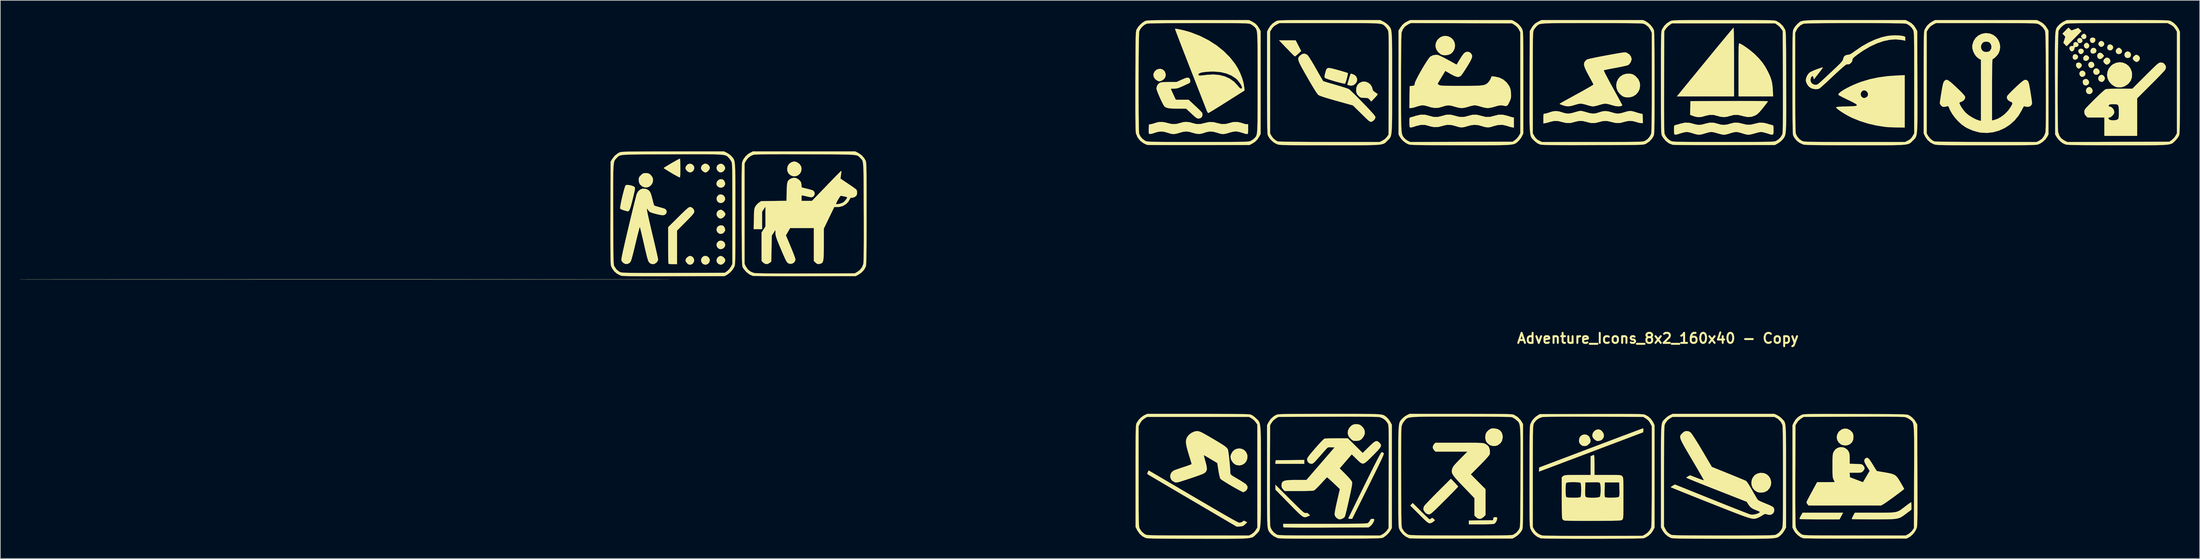
<source format=kicad_pcb>
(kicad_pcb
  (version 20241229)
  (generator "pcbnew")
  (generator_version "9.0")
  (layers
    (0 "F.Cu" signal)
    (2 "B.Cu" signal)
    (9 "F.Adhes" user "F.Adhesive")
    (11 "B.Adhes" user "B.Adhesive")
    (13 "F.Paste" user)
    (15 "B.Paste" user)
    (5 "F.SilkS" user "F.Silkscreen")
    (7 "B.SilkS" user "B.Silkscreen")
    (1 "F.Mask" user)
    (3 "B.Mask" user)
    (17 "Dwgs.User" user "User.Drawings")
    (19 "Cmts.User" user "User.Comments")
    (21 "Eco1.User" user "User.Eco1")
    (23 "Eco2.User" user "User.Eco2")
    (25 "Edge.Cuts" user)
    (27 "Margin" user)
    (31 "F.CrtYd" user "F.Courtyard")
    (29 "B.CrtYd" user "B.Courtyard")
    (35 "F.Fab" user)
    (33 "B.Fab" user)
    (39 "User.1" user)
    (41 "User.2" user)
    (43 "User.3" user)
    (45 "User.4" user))
  (footprint "Adventure_Icons_8x2_160x40 - Copy"
    (layer "F.Cu")
    (at 249.422 19.521)
    (property "Reference" "Adventure_Icons_8x2_160x40 - Copy" (at 0 29 0) (layer "F.SilkS") (effects (font (size 1.524 1.524) (thickness 0.3))))
    (attr through_hole)
    (fp_poly (pts (xy -53.848 48.128) (xy -58.261 48.128) (xy -58.235 47.853) (xy -58.208 47.578) (xy -56.028 47.555) (xy -53.848 47.532) (xy -53.848 48.128)) (stroke (width 0.01) (type solid)) (fill yes) (layer "F.SilkS"))
    (fp_poly (pts (xy 64.454 -16.735) (xy 64.606 -16.585) (xy 64.66 -16.372) (xy 64.606 -16.182) (xy 64.45 -16.041) (xy 64.234 -15.999) (xy 64.028 -16.059) (xy 63.926 -16.166) (xy 63.844 -16.422) (xy 63.914 -16.619) (xy 64.013 -16.708) (xy 64.243 -16.788) (xy 64.454 -16.735)) (stroke (width 0.01) (type solid)) (fill yes) (layer "F.SilkS"))
    (fp_poly (pts (xy 63.708 -14.283) (xy 63.879 -14.158) (xy 63.977 -13.974) (xy 63.965 -13.766) (xy 63.883 -13.634) (xy 63.67 -13.492) (xy 63.435 -13.474) (xy 63.263 -13.564) (xy 63.177 -13.748) (xy 63.173 -13.984) (xy 63.249 -14.183) (xy 63.283 -14.22) (xy 63.498 -14.315) (xy 63.708 -14.283)) (stroke (width 0.01) (type solid)) (fill yes) (layer "F.SilkS"))
    (fp_poly (pts (xy 64.681 -15.09) (xy 64.828 -14.926) (xy 64.853 -14.709) (xy 64.739 -14.488) (xy 64.7 -14.449) (xy 64.476 -14.321) (xy 64.267 -14.362) (xy 64.148 -14.463) (xy 64.017 -14.701) (xy 64.031 -14.923) (xy 64.173 -15.089) (xy 64.424 -15.155) (xy 64.431 -15.155) (xy 64.681 -15.09)) (stroke (width 0.01) (type solid)) (fill yes) (layer "F.SilkS"))
    (fp_poly (pts (xy 64.841 -11.757) (xy 65.012 -11.611) (xy 65.104 -11.405) (xy 65.09 -11.178) (xy 64.954 -10.977) (xy 64.712 -10.851) (xy 64.467 -10.881) (xy 64.317 -10.992) (xy 64.192 -11.234) (xy 64.201 -11.489) (xy 64.339 -11.698) (xy 64.378 -11.727) (xy 64.62 -11.808) (xy 64.841 -11.757)) (stroke (width 0.01) (type solid)) (fill yes) (layer "F.SilkS"))
    (fp_poly (pts (xy 64.998 -17.407) (xy 65.124 -17.294) (xy 65.251 -17.128) (xy 65.257 -16.961) (xy 65.23 -16.872) (xy 65.088 -16.674) (xy 64.88 -16.606) (xy 64.657 -16.676) (xy 64.568 -16.754) (xy 64.451 -16.973) (xy 64.501 -17.179) (xy 64.705 -17.353) (xy 64.878 -17.433) (xy 64.998 -17.407)) (stroke (width 0.01) (type solid)) (fill yes) (layer "F.SilkS"))
    (fp_poly (pts (xy 65.362 -16.043) (xy 65.49 -15.967) (xy 65.661 -15.77) (xy 65.693 -15.529) (xy 65.581 -15.302) (xy 65.568 -15.288) (xy 65.349 -15.166) (xy 65.122 -15.207) (xy 64.995 -15.31) (xy 64.868 -15.55) (xy 64.899 -15.786) (xy 65.066 -15.967) (xy 65.232 -16.057) (xy 65.362 -16.043)) (stroke (width 0.01) (type solid)) (fill yes) (layer "F.SilkS"))
    (fp_poly (pts (xy 65.4 -14.108) (xy 65.616 -13.918) (xy 65.674 -13.726) (xy 65.588 -13.513) (xy 65.401 -13.348) (xy 65.164 -13.289) (xy 64.942 -13.344) (xy 64.859 -13.415) (xy 64.77 -13.624) (xy 64.801 -13.843) (xy 64.921 -14.03) (xy 65.099 -14.147) (xy 65.305 -14.153) (xy 65.4 -14.108)) (stroke (width 0.01) (type solid)) (fill yes) (layer "F.SilkS"))
    (fp_poly (pts (xy 66.196 -13.112) (xy 66.367 -12.965) (xy 66.459 -12.76) (xy 66.444 -12.533) (xy 66.308 -12.332) (xy 66.066 -12.206) (xy 65.821 -12.235) (xy 65.672 -12.347) (xy 65.546 -12.588) (xy 65.555 -12.843) (xy 65.693 -13.053) (xy 65.732 -13.081) (xy 65.975 -13.163) (xy 66.196 -13.112)) (stroke (width 0.01) (type solid)) (fill yes) (layer "F.SilkS"))
    (fp_poly (pts (xy 66.509 -16.766) (xy 66.531 -16.747) (xy 66.625 -16.547) (xy 66.595 -16.313) (xy 66.478 -16.142) (xy 66.246 -16.014) (xy 66.023 -16.054) (xy 65.919 -16.135) (xy 65.806 -16.343) (xy 65.801 -16.58) (xy 65.888 -16.747) (xy 66.071 -16.832) (xy 66.31 -16.838) (xy 66.509 -16.766)) (stroke (width 0.01) (type solid)) (fill yes) (layer "F.SilkS"))
    (fp_poly (pts (xy 67.524 -14.498) (xy 67.752 -14.302) (xy 67.763 -14.287) (xy 67.936 -14.055) (xy 67.763 -13.822) (xy 67.543 -13.626) (xy 67.301 -13.566) (xy 67.08 -13.651) (xy 67.03 -13.697) (xy 66.905 -13.944) (xy 66.914 -14.211) (xy 67.049 -14.429) (xy 67.28 -14.543) (xy 67.524 -14.498)) (stroke (width 0.01) (type solid)) (fill yes) (layer "F.SilkS"))
    (fp_poly (pts (xy 67.841 -16.193) (xy 67.847 -16.186) (xy 67.973 -15.948) (xy 67.946 -15.712) (xy 67.799 -15.541) (xy 67.572 -15.425) (xy 67.386 -15.451) (xy 67.225 -15.579) (xy 67.081 -15.775) (xy 67.083 -15.965) (xy 67.188 -16.152) (xy 67.385 -16.308) (xy 67.622 -16.323) (xy 67.841 -16.193)) (stroke (width 0.01) (type solid)) (fill yes) (layer "F.SilkS"))
    (fp_poly (pts (xy 68.976 -15.785) (xy 69.229 -15.63) (xy 69.33 -15.403) (xy 69.314 -15.225) (xy 69.183 -15.004) (xy 68.96 -14.891) (xy 68.702 -14.912) (xy 68.656 -14.932) (xy 68.479 -15.091) (xy 68.418 -15.302) (xy 68.455 -15.52) (xy 68.575 -15.702) (xy 68.76 -15.802) (xy 68.976 -15.785)) (stroke (width 0.01) (type solid)) (fill yes) (layer "F.SilkS"))
    (fp_poly (pts (xy 71.804 -14.661) (xy 71.973 -14.481) (xy 72.046 -14.244) (xy 72.004 -14.001) (xy 71.896 -13.856) (xy 71.655 -13.734) (xy 71.391 -13.741) (xy 71.175 -13.871) (xy 71.049 -14.115) (xy 71.061 -14.369) (xy 71.191 -14.584) (xy 71.417 -14.714) (xy 71.558 -14.732) (xy 71.804 -14.661)) (stroke (width 0.01) (type solid)) (fill yes) (layer "F.SilkS"))
    (fp_poly (pts (xy 27.662 56.595) (xy 24.631 56.595) (xy 23.932 56.593) (xy 23.287 56.588) (xy 22.717 56.58) (xy 22.24 56.57) (xy 21.876 56.559) (xy 21.643 56.545) (xy 21.562 56.531) (xy 21.581 56.43) (xy 21.667 56.23) (xy 21.777 56.023) (xy 22.03 55.579) (xy 28.204 55.579) (xy 27.662 56.595)) (stroke (width 0.01) (type solid)) (fill yes) (layer "F.SilkS"))
    (fp_poly (pts (xy 65.926 -9.238) (xy 66.106 -9.049) (xy 66.203 -8.801) (xy 66.209 -8.725) (xy 66.139 -8.472) (xy 65.96 -8.298) (xy 65.724 -8.223) (xy 65.478 -8.265) (xy 65.323 -8.379) (xy 65.197 -8.623) (xy 65.202 -8.885) (xy 65.317 -9.119) (xy 65.521 -9.276) (xy 65.711 -9.313) (xy 65.926 -9.238)) (stroke (width 0.01) (type solid)) (fill yes) (layer "F.SilkS"))
    (fp_poly (pts (xy 66.54 -15.237) (xy 66.705 -15.094) (xy 66.785 -14.893) (xy 66.749 -14.672) (xy 66.672 -14.559) (xy 66.468 -14.431) (xy 66.22 -14.398) (xy 66.006 -14.466) (xy 65.972 -14.495) (xy 65.873 -14.7) (xy 65.893 -14.944) (xy 66.022 -15.157) (xy 66.086 -15.208) (xy 66.323 -15.286) (xy 66.54 -15.237)) (stroke (width 0.01) (type solid)) (fill yes) (layer "F.SilkS"))
    (fp_poly (pts (xy 66.934 -12.121) (xy 67.132 -11.969) (xy 67.239 -11.816) (xy 67.274 -11.576) (xy 67.182 -11.371) (xy 67.001 -11.228) (xy 66.775 -11.17) (xy 66.542 -11.223) (xy 66.427 -11.309) (xy 66.302 -11.528) (xy 66.302 -11.763) (xy 66.402 -11.973) (xy 66.576 -12.119) (xy 66.8 -12.158) (xy 66.934 -12.121)) (stroke (width 0.01) (type solid)) (fill yes) (layer "F.SilkS"))
    (fp_poly (pts (xy -142.344 14.207) (xy -142.125 14.431) (xy -142.027 14.704) (xy -142.065 14.961) (xy -142.208 15.181) (xy -142.424 15.338) (xy -142.681 15.409) (xy -142.946 15.37) (xy -143.174 15.213) (xy -143.335 14.936) (xy -143.353 14.638) (xy -143.237 14.366) (xy -142.996 14.166) (xy -142.953 14.147) (xy -142.638 14.099) (xy -142.344 14.207)) (stroke (width 0.01) (type solid)) (fill yes) (layer "F.SilkS"))
    (fp_poly (pts (xy 64.189 -13.027) (xy 64.388 -12.923) (xy 64.525 -12.756) (xy 64.555 -12.554) (xy 64.52 -12.454) (xy 64.394 -12.299) (xy 64.22 -12.164) (xy 64.075 -12.107) (xy 63.992 -12.15) (xy 63.858 -12.239) (xy 63.714 -12.425) (xy 63.669 -12.667) (xy 63.731 -12.888) (xy 63.771 -12.937) (xy 63.969 -13.041) (xy 64.189 -13.027)) (stroke (width 0.01) (type solid)) (fill yes) (layer "F.SilkS"))
    (fp_poly (pts (xy 65.402 -10.478) (xy 65.598 -10.269) (xy 65.63 -10.207) (xy 65.667 -9.959) (xy 65.573 -9.744) (xy 65.386 -9.595) (xy 65.142 -9.544) (xy 64.925 -9.6) (xy 64.771 -9.74) (xy 64.704 -9.984) (xy 64.702 -10.009) (xy 64.707 -10.241) (xy 64.797 -10.388) (xy 64.896 -10.463) (xy 65.155 -10.547) (xy 65.402 -10.478)) (stroke (width 0.01) (type solid)) (fill yes) (layer "F.SilkS"))
    (fp_poly (pts (xy 70.267 -15.286) (xy 70.426 -15.181) (xy 70.594 -15.008) (xy 70.682 -14.825) (xy 70.682 -14.822) (xy 70.648 -14.586) (xy 70.5 -14.414) (xy 70.285 -14.325) (xy 70.052 -14.333) (xy 69.849 -14.457) (xy 69.803 -14.516) (xy 69.713 -14.778) (xy 69.788 -15.024) (xy 69.988 -15.213) (xy 70.144 -15.298) (xy 70.267 -15.286)) (stroke (width 0.01) (type solid)) (fill yes) (layer "F.SilkS"))
    (fp_poly (pts (xy -147.192 2.417) (xy -146.968 2.546) (xy -146.785 2.785) (xy -146.741 3.075) (xy -146.836 3.368) (xy -146.952 3.518) (xy -147.22 3.693) (xy -147.5 3.7) (xy -147.785 3.54) (xy -147.852 3.478) (xy -148.042 3.241) (xy -148.09 3.025) (xy -148.007 2.779) (xy -148.001 2.767) (xy -147.78 2.498) (xy -147.5 2.38) (xy -147.192 2.417)) (stroke (width 0.01) (type solid)) (fill yes) (layer "F.SilkS"))
    (fp_poly (pts (xy -147.014 16.577) (xy -146.952 16.633) (xy -146.79 16.896) (xy -146.763 17.184) (xy -146.853 17.455) (xy -147.045 17.666) (xy -147.321 17.774) (xy -147.411 17.78) (xy -147.661 17.714) (xy -147.88 17.52) (xy -148.056 17.248) (xy -148.076 17.01) (xy -147.94 16.768) (xy -147.852 16.673) (xy -147.567 16.473) (xy -147.286 16.441) (xy -147.014 16.577)) (stroke (width 0.01) (type solid)) (fill yes) (layer "F.SilkS"))
    (fp_poly (pts (xy -144.758 16.502) (xy -144.522 16.701) (xy -144.388 16.976) (xy -144.374 17.103) (xy -144.451 17.396) (xy -144.65 17.632) (xy -144.925 17.766) (xy -145.051 17.78) (xy -145.348 17.701) (xy -145.521 17.572) (xy -145.685 17.307) (xy -145.712 17.018) (xy -145.619 16.747) (xy -145.422 16.538) (xy -145.14 16.431) (xy -145.051 16.425) (xy -144.758 16.502)) (stroke (width 0.01) (type solid)) (fill yes) (layer "F.SilkS"))
    (fp_poly (pts (xy -142.541 2.4) (xy -142.271 2.578) (xy -142.217 2.638) (xy -142.055 2.922) (xy -142.061 3.196) (xy -142.235 3.465) (xy -142.308 3.535) (xy -142.59 3.698) (xy -142.875 3.693) (xy -143.146 3.522) (xy -143.15 3.518) (xy -143.325 3.245) (xy -143.36 2.947) (xy -143.256 2.673) (xy -143.135 2.546) (xy -142.831 2.389) (xy -142.541 2.4)) (stroke (width 0.01) (type solid)) (fill yes) (layer "F.SilkS"))
    (fp_poly (pts (xy -142.54 7.081) (xy -142.27 7.233) (xy -142.086 7.498) (xy -142.082 7.509) (xy -142.044 7.802) (xy -142.139 8.058) (xy -142.329 8.253) (xy -142.578 8.364) (xy -142.85 8.37) (xy -143.109 8.247) (xy -143.174 8.186) (xy -143.33 7.915) (xy -143.35 7.619) (xy -143.246 7.346) (xy -143.034 7.142) (xy -142.846 7.069) (xy -142.54 7.081)) (stroke (width 0.01) (type solid)) (fill yes) (layer "F.SilkS"))
    (fp_poly (pts (xy -142.388 4.794) (xy -142.224 4.932) (xy -142.097 5.166) (xy -142.041 5.421) (xy -142.051 5.539) (xy -142.199 5.827) (xy -142.447 5.999) (xy -142.756 6.036) (xy -142.985 5.974) (xy -143.237 5.798) (xy -143.358 5.569) (xy -143.364 5.32) (xy -143.271 5.081) (xy -143.095 4.885) (xy -142.853 4.763) (xy -142.56 4.748) (xy -142.388 4.794)) (stroke (width 0.01) (type solid)) (fill yes) (layer "F.SilkS"))
    (fp_poly (pts (xy -142.318 16.611) (xy -142.251 16.673) (xy -142.058 16.924) (xy -142.021 17.16) (xy -142.141 17.415) (xy -142.223 17.52) (xy -142.485 17.729) (xy -142.773 17.773) (xy -143.075 17.648) (xy -143.135 17.605) (xy -143.318 17.365) (xy -143.362 17.075) (xy -143.267 16.783) (xy -143.15 16.633) (xy -142.882 16.458) (xy -142.602 16.451) (xy -142.318 16.611)) (stroke (width 0.01) (type solid)) (fill yes) (layer "F.SilkS"))
    (fp_poly (pts (xy 62.751 -18.148) (xy 62.984 -17.926) (xy 63.503 -18.12) (xy 64.021 -18.314) (xy 64.265 -18.068) (xy 64.509 -17.822) (xy 63.373 -16.671) (xy 62.237 -15.521) (xy 61.993 -15.782) (xy 61.748 -16.044) (xy 61.896 -16.51) (xy 62.044 -16.976) (xy 61.823 -17.21) (xy 61.603 -17.444) (xy 62.061 -17.907) (xy 62.519 -18.371) (xy 62.751 -18.148)) (stroke (width 0.01) (type solid)) (fill yes) (layer "F.SilkS"))
    (fp_poly (pts (xy 67.786 -11.103) (xy 67.965 -10.923) (xy 68.065 -10.696) (xy 68.072 -10.626) (xy 68.007 -10.397) (xy 67.847 -10.196) (xy 67.645 -10.083) (xy 67.583 -10.075) (xy 67.401 -10.122) (xy 67.244 -10.207) (xy 67.086 -10.404) (xy 67.052 -10.647) (xy 67.125 -10.888) (xy 67.29 -11.08) (xy 67.53 -11.173) (xy 67.583 -11.176) (xy 67.786 -11.103)) (stroke (width 0.01) (type solid)) (fill yes) (layer "F.SilkS"))
    (fp_poly (pts (xy 68.73 -13.65) (xy 68.749 -13.631) (xy 68.898 -13.384) (xy 68.886 -13.126) (xy 68.717 -12.893) (xy 68.696 -12.875) (xy 68.462 -12.731) (xy 68.27 -12.727) (xy 68.066 -12.869) (xy 68.026 -12.908) (xy 67.859 -13.119) (xy 67.838 -13.309) (xy 67.958 -13.532) (xy 67.993 -13.578) (xy 68.224 -13.76) (xy 68.481 -13.785) (xy 68.73 -13.65)) (stroke (width 0.01) (type solid)) (fill yes) (layer "F.SilkS"))
    (fp_poly (pts (xy -142.491 11.789) (xy -142.388 11.821) (xy -142.224 11.96) (xy -142.097 12.193) (xy -142.041 12.448) (xy -142.051 12.566) (xy -142.19 12.83) (xy -142.422 13.012) (xy -142.697 13.089) (xy -142.965 13.034) (xy -142.977 13.028) (xy -143.237 12.811) (xy -143.35 12.524) (xy -143.358 12.402) (xy -143.284 12.111) (xy -143.089 11.896) (xy -142.811 11.781) (xy -142.491 11.789)) (stroke (width 0.01) (type solid)) (fill yes) (layer "F.SilkS"))
    (fp_poly (pts (xy -144.777 2.442) (xy -144.541 2.625) (xy -144.396 2.87) (xy -144.374 3.008) (xy -144.439 3.224) (xy -144.6 3.451) (xy -144.808 3.636) (xy -145.013 3.724) (xy -145.038 3.725) (xy -145.21 3.673) (xy -145.422 3.543) (xy -145.468 3.506) (xy -145.671 3.272) (xy -145.729 3.037) (xy -145.652 2.753) (xy -145.454 2.521) (xy -145.183 2.387) (xy -145.051 2.371) (xy -144.777 2.442)) (stroke (width 0.01) (type solid)) (fill yes) (layer "F.SilkS"))
    (fp_poly (pts (xy -56.428 -16.424) (xy -55.16 -16.423) (xy -54.739 -15.609) (xy -54.318 -14.794) (xy -54.766 -14.382) (xy -54.994 -14.18) (xy -55.174 -14.033) (xy -55.271 -13.97) (xy -55.274 -13.97) (xy -55.353 -14.027) (xy -55.523 -14.183) (xy -55.758 -14.413) (xy -56.009 -14.668) (xy -56.348 -15.019) (xy -56.707 -15.392) (xy -57.034 -15.733) (xy -57.19 -15.896) (xy -57.695 -16.425) (xy -56.428 -16.424)) (stroke (width 0.01) (type solid)) (fill yes) (layer "F.SilkS"))
    (fp_poly (pts (xy 73.109 -14.149) (xy 73.308 -13.96) (xy 73.404 -13.714) (xy 73.406 -13.674) (xy 73.337 -13.436) (xy 73.166 -13.234) (xy 72.948 -13.128) (xy 72.894 -13.123) (xy 72.718 -13.181) (xy 72.525 -13.32) (xy 72.513 -13.331) (xy 72.372 -13.505) (xy 72.306 -13.649) (xy 72.305 -13.658) (xy 72.374 -13.858) (xy 72.539 -14.056) (xy 72.741 -14.195) (xy 72.862 -14.224) (xy 73.109 -14.149)) (stroke (width 0.01) (type solid)) (fill yes) (layer "F.SilkS"))
    (fp_poly (pts (xy -142.495 9.465) (xy -142.272 9.631) (xy -142.09 9.844) (xy -142.005 10.051) (xy -142.003 10.075) (xy -142.074 10.284) (xy -142.249 10.5) (xy -142.476 10.673) (xy -142.7 10.752) (xy -142.72 10.753) (xy -142.935 10.693) (xy -143.146 10.549) (xy -143.15 10.545) (xy -143.318 10.279) (xy -143.349 9.99) (xy -143.262 9.72) (xy -143.072 9.511) (xy -142.795 9.404) (xy -142.705 9.398) (xy -142.495 9.465)) (stroke (width 0.01) (type solid)) (fill yes) (layer "F.SilkS"))
    (fp_poly (pts (xy -131.352 2.06) (xy -131.025 2.196) (xy -131.001 2.209) (xy -130.654 2.487) (xy -130.454 2.845) (xy -130.404 3.188) (xy -130.478 3.591) (xy -130.675 3.923) (xy -130.964 4.164) (xy -131.314 4.296) (xy -131.691 4.3) (xy -132.059 4.16) (xy -132.388 3.875) (xy -132.568 3.51) (xy -132.605 3.199) (xy -132.531 2.77) (xy -132.319 2.418) (xy -131.989 2.173) (xy -131.65 2.054) (xy -131.352 2.06)) (stroke (width 0.01) (type solid)) (fill yes) (layer "F.SilkS"))
    (fp_poly (pts (xy -46.472 -11.271) (xy -46.246 -11.16) (xy -46.05 -11.023) (xy -45.975 -10.947) (xy -45.818 -10.633) (xy -45.803 -10.312) (xy -45.909 -10.01) (xy -46.112 -9.758) (xy -46.389 -9.581) (xy -46.718 -9.509) (xy -47.077 -9.57) (xy -47.085 -9.574) (xy -47.308 -9.659) (xy -47.072 -10.467) (xy -46.967 -10.813) (xy -46.877 -11.095) (xy -46.813 -11.274) (xy -46.791 -11.318) (xy -46.672 -11.333) (xy -46.472 -11.271)) (stroke (width 0.01) (type solid)) (fill yes) (layer "F.SilkS"))
    (fp_poly (pts (xy -75.376 -11.953) (xy -75.121 -11.707) (xy -75.058 -11.602) (xy -74.944 -11.222) (xy -74.988 -10.861) (xy -75.179 -10.547) (xy -75.506 -10.308) (xy -75.576 -10.277) (xy -75.796 -10.191) (xy -75.946 -10.172) (xy -76.107 -10.222) (xy -76.285 -10.308) (xy -76.581 -10.534) (xy -76.771 -10.838) (xy -76.832 -11.175) (xy -76.797 -11.375) (xy -76.612 -11.716) (xy -76.342 -11.949) (xy -76.022 -12.069) (xy -75.688 -12.072) (xy -75.376 -11.953)) (stroke (width 0.01) (type solid)) (fill yes) (layer "F.SilkS"))
    (fp_poly (pts (xy -8.853 42.914) (xy -8.634 43.044) (xy -8.501 43.167) (xy -8.283 43.482) (xy -8.214 43.813) (xy -8.278 44.129) (xy -8.462 44.397) (xy -8.752 44.583) (xy -9.132 44.657) (xy -9.148 44.657) (xy -9.4 44.6) (xy -9.658 44.413) (xy -9.703 44.369) (xy -9.898 44.135) (xy -9.981 43.911) (xy -9.991 43.768) (xy -9.913 43.44) (xy -9.709 43.154) (xy -9.421 42.952) (xy -9.102 42.879) (xy -8.853 42.914)) (stroke (width 0.01) (type solid)) (fill yes) (layer "F.SilkS"))
    (fp_poly (pts (xy -24.558 56.275) (xy -24.478 56.352) (xy -24.469 56.428) (xy -24.521 56.72) (xy -24.655 57.002) (xy -24.835 57.213) (xy -24.936 57.273) (xy -25.084 57.298) (xy -25.374 57.32) (xy -25.775 57.338) (xy -26.26 57.35) (xy -26.8 57.356) (xy -26.972 57.357) (xy -28.787 57.357) (xy -28.787 56.767) (xy -26.945 56.744) (xy -25.104 56.722) (xy -25.077 56.489) (xy -25.036 56.33) (xy -24.926 56.266) (xy -24.759 56.256) (xy -24.558 56.275)) (stroke (width 0.01) (type solid)) (fill yes) (layer "F.SilkS"))
    (fp_poly (pts (xy -63.343 45.848) (xy -63.004 46.024) (xy -62.731 46.303) (xy -62.552 46.682) (xy -62.503 46.944) (xy -62.535 47.395) (xy -62.702 47.783) (xy -62.978 48.089) (xy -63.334 48.293) (xy -63.744 48.374) (xy -64.179 48.311) (xy -64.312 48.262) (xy -64.647 48.028) (xy -64.911 47.666) (xy -65.037 47.357) (xy -65.088 47.114) (xy -65.066 46.89) (xy -64.987 46.648) (xy -64.762 46.253) (xy -64.456 45.979) (xy -64.098 45.822) (xy -63.717 45.78) (xy -63.343 45.848)) (stroke (width 0.01) (type solid)) (fill yes) (layer "F.SilkS"))
    (fp_poly (pts (xy -31.822 -16.995) (xy -31.453 -16.785) (xy -31.155 -16.475) (xy -30.958 -16.078) (xy -30.889 -15.621) (xy -30.968 -15.131) (xy -31.193 -14.699) (xy -31.476 -14.413) (xy -31.807 -14.243) (xy -32.208 -14.155) (xy -32.617 -14.153) (xy -32.97 -14.243) (xy -33.062 -14.293) (xy -33.473 -14.637) (xy -33.742 -15.04) (xy -33.867 -15.478) (xy -33.842 -15.925) (xy -33.664 -16.358) (xy -33.459 -16.626) (xy -33.083 -16.922) (xy -32.666 -17.075) (xy -32.236 -17.095) (xy -31.822 -16.995)) (stroke (width 0.01) (type solid)) (fill yes) (layer "F.SilkS"))
    (fp_poly (pts (xy -10.929 43.678) (xy -10.648 43.805) (xy -10.423 44.038) (xy -10.286 44.377) (xy -10.271 44.464) (xy -10.254 44.693) (xy -10.299 44.858) (xy -10.434 45.03) (xy -10.522 45.12) (xy -10.743 45.312) (xy -10.947 45.4) (xy -11.174 45.419) (xy -11.462 45.384) (xy -11.688 45.252) (xy -11.775 45.171) (xy -11.947 44.956) (xy -12.014 44.721) (xy -12.02 44.557) (xy -11.952 44.185) (xy -11.776 43.909) (xy -11.526 43.732) (xy -11.232 43.654) (xy -10.929 43.678)) (stroke (width 0.01) (type solid)) (fill yes) (layer "F.SilkS"))
    (fp_poly (pts (xy 11.537 -18.281) (xy 11.551 -18.043) (xy 11.564 -17.651) (xy 11.576 -17.115) (xy 11.585 -16.441) (xy 11.592 -15.639) (xy 11.597 -14.716) (xy 11.599 -13.68) (xy 11.599 -13.13) (xy 11.599 -7.874) (xy 2.879 -7.874) (xy 7.16 -13.102) (xy 7.829 -13.918) (xy 8.468 -14.696) (xy 9.068 -15.426) (xy 9.622 -16.097) (xy 10.122 -16.7) (xy 10.558 -17.225) (xy 10.923 -17.663) (xy 11.208 -18.002) (xy 11.406 -18.234) (xy 11.508 -18.348) (xy 11.52 -18.359) (xy 11.537 -18.281)) (stroke (width 0.01) (type solid)) (fill yes) (layer "F.SilkS"))
    (fp_poly (pts (xy 16.121 49.533) (xy 16.561 49.715) (xy 16.914 50.039) (xy 17.142 50.436) (xy 17.253 50.908) (xy 17.209 51.382) (xy 17.019 51.823) (xy 16.694 52.195) (xy 16.638 52.239) (xy 16.288 52.419) (xy 15.863 52.51) (xy 15.434 52.505) (xy 15.113 52.415) (xy 14.711 52.15) (xy 14.433 51.805) (xy 14.274 51.408) (xy 14.23 50.987) (xy 14.296 50.571) (xy 14.468 50.187) (xy 14.74 49.862) (xy 15.107 49.626) (xy 15.566 49.505) (xy 15.605 49.502) (xy 16.121 49.533)) (stroke (width 0.01) (type solid)) (fill yes) (layer "F.SilkS"))
    (fp_poly (pts (xy 28.826 42.787) (xy 29.23 42.976) (xy 29.462 43.172) (xy 29.636 43.377) (xy 29.729 43.578) (xy 29.773 43.85) (xy 29.781 43.957) (xy 29.752 44.429) (xy 29.59 44.803) (xy 29.287 45.101) (xy 29.19 45.165) (xy 28.825 45.302) (xy 28.41 45.326) (xy 28.019 45.238) (xy 27.886 45.172) (xy 27.526 44.866) (xy 27.305 44.491) (xy 27.229 44.079) (xy 27.3 43.66) (xy 27.524 43.264) (xy 27.618 43.158) (xy 27.993 42.878) (xy 28.405 42.755) (xy 28.826 42.787)) (stroke (width 0.01) (type solid)) (fill yes) (layer "F.SilkS"))
    (fp_poly (pts (xy -153.828 3.828) (xy -153.619 3.902) (xy -153.407 4.065) (xy -153.381 4.088) (xy -153.131 4.409) (xy -153.022 4.753) (xy -153.036 5.099) (xy -153.156 5.42) (xy -153.362 5.695) (xy -153.636 5.897) (xy -153.96 6.004) (xy -154.315 5.992) (xy -154.683 5.836) (xy -154.711 5.818) (xy -155.006 5.553) (xy -155.165 5.229) (xy -155.21 4.837) (xy -155.192 4.595) (xy -155.115 4.406) (xy -154.944 4.202) (xy -154.883 4.139) (xy -154.67 3.944) (xy -154.49 3.846) (xy -154.268 3.813) (xy -154.119 3.81) (xy -153.828 3.828)) (stroke (width 0.01) (type solid)) (fill yes) (layer "F.SilkS"))
    (fp_poly (pts (xy -24.897 42.727) (xy -24.891 42.727) (xy -24.398 42.83) (xy -24.02 43.054) (xy -23.765 43.391) (xy -23.642 43.827) (xy -23.639 44.179) (xy -23.747 44.639) (xy -23.993 45.005) (xy -24.385 45.291) (xy -24.401 45.299) (xy -24.765 45.407) (xy -25.174 45.402) (xy -25.55 45.289) (xy -25.655 45.228) (xy -25.997 44.945) (xy -26.197 44.638) (xy -26.282 44.258) (xy -26.289 44.064) (xy -26.247 43.645) (xy -26.104 43.317) (xy -25.833 43.031) (xy -25.646 42.892) (xy -25.431 42.772) (xy -25.208 42.722) (xy -24.897 42.727)) (stroke (width 0.01) (type solid)) (fill yes) (layer "F.SilkS"))
    (fp_poly (pts (xy 63.835 -16.108) (xy 63.966 -16.002) (xy 64.066 -15.793) (xy 64.025 -15.592) (xy 63.868 -15.449) (xy 63.682 -15.409) (xy 63.505 -15.385) (xy 63.442 -15.281) (xy 63.437 -15.183) (xy 63.37 -14.959) (xy 63.207 -14.788) (xy 63.031 -14.732) (xy 62.904 -14.789) (xy 62.793 -14.887) (xy 62.67 -15.114) (xy 62.677 -15.332) (xy 62.794 -15.499) (xy 63.001 -15.569) (xy 63.104 -15.561) (xy 63.247 -15.557) (xy 63.274 -15.655) (xy 63.264 -15.721) (xy 63.284 -15.956) (xy 63.416 -16.111) (xy 63.615 -16.168) (xy 63.835 -16.108)) (stroke (width 0.01) (type solid)) (fill yes) (layer "F.SilkS"))
    (fp_poly (pts (xy -4.129 -11.322) (xy -3.815 -11.235) (xy -3.525 -11.06) (xy -3.349 -10.915) (xy -2.978 -10.492) (xy -2.766 -10.013) (xy -2.709 -9.555) (xy -2.785 -9.015) (xy -2.999 -8.547) (xy -3.327 -8.169) (xy -3.747 -7.895) (xy -4.238 -7.743) (xy -4.777 -7.728) (xy -5.15 -7.801) (xy -5.365 -7.906) (xy -5.623 -8.092) (xy -5.8 -8.25) (xy -6.125 -8.679) (xy -6.304 -9.145) (xy -6.348 -9.623) (xy -6.266 -10.088) (xy -6.069 -10.515) (xy -5.768 -10.878) (xy -5.372 -11.153) (xy -4.891 -11.314) (xy -4.539 -11.345) (xy -4.129 -11.322)) (stroke (width 0.01) (type solid)) (fill yes) (layer "F.SilkS"))
    (fp_poly (pts (xy 70.814 -13.023) (xy 71.273 -12.835) (xy 71.667 -12.535) (xy 71.971 -12.133) (xy 72.159 -11.644) (xy 72.204 -11.343) (xy 72.182 -10.775) (xy 72.02 -10.292) (xy 71.71 -9.872) (xy 71.584 -9.753) (xy 71.098 -9.425) (xy 70.574 -9.259) (xy 70.025 -9.259) (xy 69.699 -9.335) (xy 69.477 -9.443) (xy 69.21 -9.622) (xy 69.049 -9.751) (xy 68.692 -10.168) (xy 68.478 -10.642) (xy 68.404 -11.146) (xy 68.467 -11.65) (xy 68.666 -12.124) (xy 68.997 -12.54) (xy 69.306 -12.78) (xy 69.805 -13.008) (xy 70.316 -13.084) (xy 70.814 -13.023)) (stroke (width 0.01) (type solid)) (fill yes) (layer "F.SilkS"))
    (fp_poly (pts (xy -45.61 42.104) (xy -45.364 42.192) (xy -45.171 42.321) (xy -44.835 42.667) (xy -44.654 43.059) (xy -44.631 43.474) (xy -44.764 43.892) (xy -45.056 44.292) (xy -45.118 44.353) (xy -45.33 44.516) (xy -45.569 44.598) (xy -45.824 44.626) (xy -46.103 44.632) (xy -46.323 44.618) (xy -46.397 44.602) (xy -46.599 44.473) (xy -46.832 44.258) (xy -47.037 44.015) (xy -47.125 43.878) (xy -47.238 43.489) (xy -47.203 43.08) (xy -47.031 42.689) (xy -46.733 42.354) (xy -46.692 42.321) (xy -46.443 42.164) (xy -46.187 42.093) (xy -45.932 42.08) (xy -45.61 42.104)) (stroke (width 0.01) (type solid)) (fill yes) (layer "F.SilkS"))
    (fp_poly (pts (xy -36.087 55.348) (xy -35.71 55.72) (xy -35.372 56.049) (xy -35.09 56.315) (xy -34.884 56.501) (xy -34.773 56.59) (xy -34.761 56.595) (xy -34.645 56.543) (xy -34.529 56.454) (xy -34.413 56.369) (xy -34.313 56.384) (xy -34.163 56.51) (xy -34.156 56.517) (xy -33.939 56.72) (xy -34.201 56.954) (xy -34.516 57.148) (xy -34.737 57.187) (xy -34.839 57.175) (xy -34.952 57.13) (xy -35.094 57.037) (xy -35.283 56.882) (xy -35.535 56.65) (xy -35.867 56.327) (xy -36.298 55.899) (xy -36.364 55.833) (xy -37.716 54.479) (xy -37.337 54.1) (xy -36.087 55.348)) (stroke (width 0.01) (type solid)) (fill yes) (layer "F.SilkS"))
    (fp_poly (pts (xy -56.066 53.486) (xy -55.494 54.056) (xy -55.029 54.516) (xy -54.658 54.879) (xy -54.367 55.154) (xy -54.145 55.354) (xy -53.979 55.49) (xy -53.856 55.573) (xy -53.762 55.613) (xy -53.686 55.623) (xy -53.631 55.616) (xy -53.419 55.612) (xy -53.239 55.721) (xy -53.178 55.783) (xy -52.974 55.999) (xy -53.281 56.128) (xy -53.46 56.201) (xy -53.615 56.251) (xy -53.76 56.268) (xy -53.91 56.242) (xy -54.079 56.163) (xy -54.283 56.02) (xy -54.536 55.805) (xy -54.853 55.506) (xy -55.247 55.115) (xy -55.735 54.621) (xy -56.187 54.16) (xy -58.243 52.065) (xy -58.247 51.686) (xy -58.251 51.307) (xy -56.066 53.486)) (stroke (width 0.01) (type solid)) (fill yes) (layer "F.SilkS"))
    (fp_poly (pts (xy -148.912 1.689) (xy -148.89 1.913) (xy -148.874 2.256) (xy -148.864 2.691) (xy -148.861 3.048) (xy -148.864 3.602) (xy -148.874 4.004) (xy -148.892 4.272) (xy -148.92 4.425) (xy -148.959 4.48) (xy -148.967 4.481) (xy -149.073 4.437) (xy -149.297 4.321) (xy -149.611 4.147) (xy -149.989 3.931) (xy -150.237 3.786) (xy -150.631 3.549) (xy -150.969 3.341) (xy -151.224 3.176) (xy -151.373 3.07) (xy -151.401 3.041) (xy -151.332 2.983) (xy -151.145 2.859) (xy -150.868 2.688) (xy -150.532 2.487) (xy -150.167 2.273) (xy -149.802 2.064) (xy -149.466 1.875) (xy -149.19 1.726) (xy -149.003 1.632) (xy -148.939 1.609) (xy -148.912 1.689)) (stroke (width 0.01) (type solid)) (fill yes) (layer "F.SilkS"))
    (fp_poly (pts (xy 12.425 -15.964) (xy 12.705 -15.827) (xy 13.075 -15.602) (xy 13.498 -15.315) (xy 13.939 -14.991) (xy 14.361 -14.655) (xy 14.728 -14.333) (xy 14.737 -14.324) (xy 15.389 -13.671) (xy 15.922 -13.034) (xy 16.374 -12.362) (xy 16.767 -11.642) (xy 17.053 -11.026) (xy 17.254 -10.486) (xy 17.386 -9.958) (xy 17.466 -9.381) (xy 17.503 -8.826) (xy 17.547 -7.874) (xy 12.277 -7.874) (xy 12.277 -11.947) (xy 12.277 -12.883) (xy 12.278 -13.664) (xy 12.281 -14.303) (xy 12.285 -14.814) (xy 12.292 -15.21) (xy 12.302 -15.507) (xy 12.315 -15.717) (xy 12.333 -15.854) (xy 12.354 -15.933) (xy 12.381 -15.966) (xy 12.413 -15.968) (xy 12.425 -15.964)) (stroke (width 0.01) (type solid)) (fill yes) (layer "F.SilkS"))
    (fp_poly (pts (xy -147.122 9.051) (xy -146.898 9.248) (xy -146.763 9.518) (xy -146.745 9.663) (xy -146.757 9.767) (xy -146.804 9.882) (xy -146.901 10.029) (xy -147.061 10.223) (xy -147.299 10.482) (xy -147.63 10.825) (xy -148.057 11.258) (xy -149.369 12.58) (xy -149.369 17.695) (xy -149.99 17.695) (xy -150.3 17.688) (xy -150.54 17.669) (xy -150.663 17.642) (xy -150.668 17.639) (xy -150.681 17.544) (xy -150.694 17.299) (xy -150.704 16.926) (xy -150.713 16.445) (xy -150.72 15.877) (xy -150.723 15.241) (xy -150.724 14.821) (xy -150.724 12.059) (xy -149.174 10.517) (xy -148.679 10.028) (xy -148.288 9.65) (xy -147.986 9.369) (xy -147.757 9.173) (xy -147.59 9.051) (xy -147.468 8.989) (xy -147.392 8.975) (xy -147.122 9.051)) (stroke (width 0.01) (type solid)) (fill yes) (layer "F.SilkS"))
    (fp_poly (pts (xy -2.221 42.785) (xy -2.214 42.966) (xy -2.217 43.014) (xy -2.244 43.319) (xy -10.16 46.315) (xy -11.266 46.734) (xy -12.326 47.135) (xy -13.33 47.514) (xy -14.268 47.869) (xy -15.128 48.194) (xy -15.9 48.485) (xy -16.574 48.739) (xy -17.139 48.952) (xy -17.584 49.119) (xy -17.898 49.237) (xy -18.071 49.301) (xy -18.103 49.312) (xy -18.113 49.239) (xy -18.107 49.054) (xy -18.103 48.999) (xy -18.076 48.685) (xy -10.202 45.702) (xy -9.099 45.284) (xy -8.04 44.883) (xy -7.036 44.504) (xy -6.099 44.15) (xy -5.238 43.826) (xy -4.466 43.535) (xy -3.791 43.281) (xy -3.226 43.069) (xy -2.78 42.903) (xy -2.465 42.787) (xy -2.291 42.724) (xy -2.26 42.714) (xy -2.221 42.785)) (stroke (width 0.01) (type solid)) (fill yes) (layer "F.SilkS"))
    (fp_poly (pts (xy -49.742 -12.163) (xy -49.321 -12.059) (xy -48.762 -11.906) (xy -48.746 -11.901) (xy -48.272 -11.768) (xy -47.854 -11.646) (xy -47.521 -11.544) (xy -47.299 -11.469) (xy -47.217 -11.434) (xy -47.213 -11.333) (xy -47.249 -11.115) (xy -47.314 -10.825) (xy -47.398 -10.507) (xy -47.487 -10.204) (xy -47.571 -9.962) (xy -47.637 -9.824) (xy -47.646 -9.814) (xy -47.744 -9.817) (xy -47.978 -9.861) (xy -48.318 -9.941) (xy -48.739 -10.049) (xy -49.135 -10.158) (xy -49.609 -10.297) (xy -50.032 -10.431) (xy -50.374 -10.55) (xy -50.606 -10.643) (xy -50.692 -10.693) (xy -50.757 -10.777) (xy -50.778 -10.887) (xy -50.755 -11.065) (xy -50.686 -11.355) (xy -50.668 -11.426) (xy -50.585 -11.74) (xy -50.505 -11.97) (xy -50.404 -12.121) (xy -50.259 -12.2) (xy -50.046 -12.212) (xy -49.742 -12.163)) (stroke (width 0.01) (type solid)) (fill yes) (layer "F.SilkS"))
    (fp_poly (pts (xy -44.511 -10.12) (xy -44.12 -9.966) (xy -43.788 -9.698) (xy -43.553 -9.345) (xy -43.466 -9.054) (xy -43.407 -8.827) (xy -43.289 -8.667) (xy -43.064 -8.511) (xy -43.042 -8.498) (xy -42.83 -8.358) (xy -42.696 -8.24) (xy -42.672 -8.196) (xy -42.727 -8.1) (xy -42.875 -7.918) (xy -43.086 -7.684) (xy -43.164 -7.602) (xy -43.657 -7.093) (xy -43.889 -7.369) (xy -44.024 -7.515) (xy -44.155 -7.599) (xy -44.335 -7.638) (xy -44.618 -7.652) (xy -44.708 -7.654) (xy -45.025 -7.664) (xy -45.232 -7.698) (xy -45.388 -7.777) (xy -45.552 -7.921) (xy -45.605 -7.974) (xy -45.801 -8.196) (xy -45.903 -8.41) (xy -45.951 -8.699) (xy -45.955 -8.743) (xy -45.923 -9.222) (xy -45.754 -9.621) (xy -45.461 -9.922) (xy -45.058 -10.105) (xy -44.926 -10.132) (xy -44.511 -10.12)) (stroke (width 0.01) (type solid)) (fill yes) (layer "F.SilkS"))
    (fp_poly (pts (xy -30.98 50.964) (xy -30.74 51.217) (xy -30.549 51.425) (xy -30.436 51.558) (xy -30.416 51.587) (xy -30.469 51.658) (xy -30.628 51.834) (xy -30.882 52.102) (xy -31.215 52.446) (xy -31.615 52.854) (xy -32.068 53.312) (xy -32.494 53.739) (xy -33.058 54.299) (xy -33.515 54.751) (xy -33.88 55.105) (xy -34.166 55.374) (xy -34.385 55.568) (xy -34.551 55.699) (xy -34.677 55.779) (xy -34.776 55.82) (xy -34.861 55.832) (xy -34.874 55.833) (xy -35.122 55.784) (xy -35.365 55.618) (xy -35.441 55.545) (xy -35.664 55.247) (xy -35.725 54.947) (xy -35.627 54.618) (xy -35.608 54.58) (xy -35.52 54.466) (xy -35.326 54.249) (xy -35.043 53.946) (xy -34.684 53.572) (xy -34.266 53.143) (xy -33.804 52.675) (xy -33.505 52.376) (xy -31.523 50.4) (xy -30.98 50.964)) (stroke (width 0.01) (type solid)) (fill yes) (layer "F.SilkS"))
    (fp_poly (pts (xy -156.764 5.624) (xy -156.457 5.676) (xy -156.16 5.761) (xy -155.928 5.868) (xy -155.861 5.92) (xy -155.81 5.978) (xy -155.78 6.05) (xy -155.772 6.159) (xy -155.791 6.328) (xy -155.839 6.582) (xy -155.92 6.943) (xy -156.037 7.434) (xy -156.104 7.713) (xy -156.264 8.355) (xy -156.399 8.846) (xy -156.514 9.205) (xy -156.617 9.446) (xy -156.714 9.586) (xy -156.812 9.643) (xy -156.854 9.645) (xy -156.981 9.62) (xy -157.214 9.561) (xy -157.446 9.497) (xy -157.726 9.401) (xy -157.941 9.296) (xy -158.029 9.223) (xy -158.037 9.099) (xy -158.006 8.842) (xy -157.944 8.484) (xy -157.857 8.055) (xy -157.752 7.586) (xy -157.638 7.109) (xy -157.521 6.652) (xy -157.408 6.248) (xy -157.308 5.927) (xy -157.226 5.72) (xy -157.188 5.662) (xy -157.026 5.616) (xy -156.764 5.624)) (stroke (width 0.01) (type solid)) (fill yes) (layer "F.SilkS"))
    (fp_poly (pts (xy -41.902 46.398) (xy -41.786 46.465) (xy -41.758 46.494) (xy -41.745 46.542) (xy -41.752 46.619) (xy -41.784 46.735) (xy -41.846 46.902) (xy -41.942 47.131) (xy -42.079 47.433) (xy -42.26 47.819) (xy -42.492 48.3) (xy -42.778 48.886) (xy -43.124 49.59) (xy -43.535 50.421) (xy -44.016 51.391) (xy -44.092 51.545) (xy -46.555 56.51) (xy -46.864 56.51) (xy -47.057 56.492) (xy -47.145 56.447) (xy -47.145 56.434) (xy -47.104 56.347) (xy -46.994 56.12) (xy -46.823 55.768) (xy -46.595 55.301) (xy -46.318 54.734) (xy -45.997 54.079) (xy -45.639 53.348) (xy -45.251 52.556) (xy -44.837 51.713) (xy -44.662 51.355) (xy -44.102 50.218) (xy -43.612 49.232) (xy -43.192 48.394) (xy -42.841 47.704) (xy -42.556 47.158) (xy -42.338 46.754) (xy -42.184 46.49) (xy -42.094 46.364) (xy -42.074 46.351) (xy -41.902 46.398)) (stroke (width 0.01) (type solid)) (fill yes) (layer "F.SilkS"))
    (fp_poly (pts (xy -43.258 56.539) (xy -43.182 56.615) (xy -43.182 56.616) (xy -43.241 56.855) (xy -43.387 57.144) (xy -43.581 57.421) (xy -43.784 57.619) (xy -44.069 57.822) (xy -50.509 57.845) (xy -51.539 57.848) (xy -52.519 57.849) (xy -53.436 57.849) (xy -54.278 57.847) (xy -55.031 57.844) (xy -55.683 57.84) (xy -56.219 57.834) (xy -56.627 57.828) (xy -56.893 57.82) (xy -57.005 57.811) (xy -57.007 57.81) (xy -57.05 57.69) (xy -57.065 57.512) (xy -57.065 57.272) (xy -50.736 57.271) (xy -49.483 57.27) (xy -48.389 57.268) (xy -47.446 57.264) (xy -46.644 57.259) (xy -45.974 57.252) (xy -45.426 57.243) (xy -44.991 57.231) (xy -44.66 57.218) (xy -44.423 57.202) (xy -44.271 57.184) (xy -44.196 57.164) (xy -44.015 57.013) (xy -43.867 56.793) (xy -43.863 56.784) (xy -43.75 56.593) (xy -43.597 56.518) (xy -43.461 56.51) (xy -43.258 56.539)) (stroke (width 0.01) (type solid)) (fill yes) (layer "F.SilkS"))
    (fp_poly (pts (xy 13.641 -7.179) (xy 14.429 -7.176) (xy 15.126 -7.172) (xy 15.717 -7.166) (xy 16.19 -7.159) (xy 16.529 -7.15) (xy 16.723 -7.141) (xy 16.764 -7.133) (xy 16.714 -7.047) (xy 16.575 -6.855) (xy 16.368 -6.583) (xy 16.111 -6.256) (xy 16.007 -6.125) (xy 15.677 -5.722) (xy 15.417 -5.431) (xy 15.201 -5.224) (xy 15 -5.074) (xy 14.786 -4.955) (xy 14.785 -4.955) (xy 14.23 -4.765) (xy 13.647 -4.732) (xy 13.018 -4.855) (xy 12.882 -4.9) (xy 12.207 -5.055) (xy 11.557 -5.05) (xy 10.989 -4.902) (xy 10.461 -4.76) (xy 10.033 -4.723) (xy 9.478 -4.783) (xy 9.077 -4.902) (xy 8.468 -5.055) (xy 7.826 -5.052) (xy 7.273 -4.924) (xy 6.762 -4.775) (xy 6.336 -4.715) (xy 5.945 -4.737) (xy 5.876 -4.748) (xy 5.559 -4.827) (xy 5.246 -4.932) (xy 5.218 -4.943) (xy 4.905 -5.074) (xy 4.929 -6.114) (xy 4.953 -7.154) (xy 10.858 -7.176) (xy 11.842 -7.179) (xy 12.773 -7.18) (xy 13.641 -7.179)) (stroke (width 0.01) (type solid)) (fill yes) (layer "F.SilkS"))
    (fp_poly (pts (xy 38.584 54.047) (xy 38.601 54.251) (xy 38.608 54.536) (xy 38.608 54.543) (xy 38.608 55.116) (xy 37.825 55.705) (xy 37.546 55.915) (xy 37.305 56.088) (xy 37.083 56.229) (xy 36.861 56.341) (xy 36.62 56.427) (xy 36.342 56.49) (xy 36.006 56.535) (xy 35.595 56.564) (xy 35.088 56.58) (xy 34.468 56.589) (xy 33.715 56.591) (xy 32.886 56.592) (xy 32.154 56.591) (xy 31.476 56.589) (xy 30.87 56.584) (xy 30.355 56.578) (xy 29.949 56.57) (xy 29.671 56.561) (xy 29.539 56.551) (xy 29.531 56.548) (xy 29.544 56.456) (xy 29.623 56.262) (xy 29.735 56.04) (xy 29.985 55.579) (xy 33.048 55.577) (xy 33.884 55.577) (xy 34.571 55.575) (xy 35.131 55.567) (xy 35.583 55.549) (xy 35.948 55.516) (xy 36.248 55.464) (xy 36.501 55.389) (xy 36.73 55.285) (xy 36.955 55.15) (xy 37.195 54.978) (xy 37.473 54.766) (xy 37.686 54.602) (xy 38.006 54.36) (xy 38.276 54.16) (xy 38.469 54.024) (xy 38.558 53.97) (xy 38.559 53.97) (xy 38.584 54.047)) (stroke (width 0.01) (type solid)) (fill yes) (layer "F.SilkS"))
    (fp_poly (pts (xy -77.19 49.342) (xy -75.557 50.301) (xy -74.064 51.178) (xy -72.704 51.976) (xy -71.47 52.7) (xy -70.357 53.352) (xy -69.359 53.937) (xy -68.468 54.458) (xy -67.678 54.918) (xy -66.983 55.323) (xy -66.377 55.674) (xy -65.853 55.976) (xy -65.405 56.233) (xy -65.026 56.448) (xy -64.711 56.624) (xy -64.452 56.766) (xy -64.244 56.878) (xy -64.079 56.962) (xy -63.952 57.022) (xy -63.857 57.063) (xy -63.786 57.088) (xy -63.734 57.1) (xy -63.694 57.103) (xy -63.41 57.041) (xy -63.245 56.932) (xy -63.117 56.823) (xy -63.002 56.812) (xy -62.821 56.892) (xy -62.81 56.898) (xy -62.545 57.034) (xy -62.849 57.338) (xy -63.052 57.519) (xy -63.243 57.616) (xy -63.499 57.662) (xy -63.644 57.674) (xy -64.135 57.706) (xy -70.781 53.8) (xy -71.758 53.226) (xy -72.695 52.675) (xy -73.583 52.153) (xy -74.41 51.666) (xy -75.166 51.221) (xy -75.841 50.823) (xy -76.423 50.48) (xy -76.903 50.196) (xy -77.269 49.98) (xy -77.511 49.836) (xy -77.617 49.772) (xy -77.619 49.771) (xy -77.743 49.675) (xy -77.761 49.576) (xy -77.684 49.402) (xy -77.678 49.39) (xy -77.545 49.134) (xy -77.19 49.342)) (stroke (width 0.01) (type solid)) (fill yes) (layer "F.SilkS"))
    (fp_poly (pts (xy -29.377 44.911) (xy -28.65 44.912) (xy -28.059 44.916) (xy -27.588 44.921) (xy -27.221 44.93) (xy -26.941 44.943) (xy -26.732 44.961) (xy -26.577 44.984) (xy -26.46 45.013) (xy -26.365 45.048) (xy -26.295 45.081) (xy -26.041 45.239) (xy -25.832 45.422) (xy -25.791 45.472) (xy -25.66 45.754) (xy -25.586 46.121) (xy -25.58 46.495) (xy -25.608 46.662) (xy -25.692 46.81) (xy -25.893 47.062) (xy -26.203 47.411) (xy -26.614 47.847) (xy -27.075 48.318) (xy -28.483 49.736) (xy -27.365 50.865) (xy -26.247 51.994) (xy -26.247 55.934) (xy -26.535 56.222) (xy -26.855 56.454) (xy -27.179 56.52) (xy -27.495 56.419) (xy -27.693 56.263) (xy -27.94 56.015) (xy -27.94 53.359) (xy -29.584 51.645) (xy -30.115 51.09) (xy -30.536 50.637) (xy -30.86 50.27) (xy -31.096 49.973) (xy -31.256 49.728) (xy -31.349 49.518) (xy -31.386 49.327) (xy -31.379 49.136) (xy -31.338 48.931) (xy -31.322 48.869) (xy -31.264 48.714) (xy -31.163 48.54) (xy -31.002 48.329) (xy -30.762 48.057) (xy -30.429 47.706) (xy -30.116 47.387) (xy -29.006 46.265) (xy -33.874 46.265) (xy -34.082 46.058) (xy -34.255 45.785) (xy -34.29 45.588) (xy -34.211 45.291) (xy -34.082 45.118) (xy -33.874 44.911) (xy -30.257 44.911) (xy -29.377 44.911)) (stroke (width 0.01) (type solid)) (fill yes) (layer "F.SilkS"))
    (fp_poly (pts (xy -71.468 -10.713) (xy -71.346 -10.628) (xy -71.338 -10.62) (xy -71.24 -10.44) (xy -71.208 -10.213) (xy -71.246 -10.014) (xy -71.311 -9.934) (xy -71.427 -9.873) (xy -71.662 -9.76) (xy -71.98 -9.611) (xy -72.3 -9.463) (xy -72.725 -9.276) (xy -73.046 -9.156) (xy -73.308 -9.088) (xy -73.555 -9.062) (xy -73.676 -9.059) (xy -73.939 -9.054) (xy -74.118 -9.042) (xy -74.168 -9.028) (xy -74.135 -8.943) (xy -74.044 -8.737) (xy -73.912 -8.445) (xy -73.79 -8.181) (xy -73.412 -7.366) (xy -71.459 -7.366) (xy -70.449 -6.427) (xy -70.105 -6.102) (xy -69.805 -5.81) (xy -69.571 -5.573) (xy -69.426 -5.413) (xy -69.39 -5.361) (xy -69.341 -5.042) (xy -69.431 -4.766) (xy -69.635 -4.57) (xy -69.929 -4.491) (xy -69.956 -4.49) (xy -70.093 -4.511) (xy -70.246 -4.58) (xy -70.44 -4.718) (xy -70.701 -4.941) (xy -71.035 -5.249) (xy -71.84 -6.005) (xy -73.11 -6.008) (xy -73.72 -6.016) (xy -74.187 -6.038) (xy -74.538 -6.08) (xy -74.799 -6.145) (xy -74.997 -6.239) (xy -75.15 -6.358) (xy -75.259 -6.507) (xy -75.411 -6.779) (xy -75.59 -7.137) (xy -75.781 -7.546) (xy -75.969 -7.971) (xy -76.137 -8.376) (xy -76.269 -8.727) (xy -76.351 -8.988) (xy -76.369 -9.098) (xy -76.296 -9.445) (xy -76.103 -9.756) (xy -75.864 -9.947) (xy -75.703 -10.004) (xy -75.461 -10.043) (xy -75.111 -10.066) (xy -74.628 -10.075) (xy -74.459 -10.075) (xy -73.301 -10.075) (xy -72.549 -10.414) (xy -72.13 -10.595) (xy -71.83 -10.702) (xy -71.619 -10.74) (xy -71.468 -10.713)) (stroke (width 0.01) (type solid)) (fill yes) (layer "F.SilkS"))
    (fp_poly (pts (xy 37.592 -3.133) (xy 36.428 -3.144) (xy 35.931 -3.153) (xy 35.429 -3.172) (xy 34.979 -3.197) (xy 34.639 -3.225) (xy 34.629 -3.226) (xy 33.309 -3.429) (xy 32.005 -3.732) (xy 30.759 -4.124) (xy 29.612 -4.592) (xy 29.218 -4.784) (xy 28.76 -5.03) (xy 28.315 -5.291) (xy 27.909 -5.549) (xy 27.564 -5.789) (xy 27.306 -5.994) (xy 27.16 -6.146) (xy 27.136 -6.203) (xy 27.183 -6.244) (xy 27.336 -6.277) (xy 27.609 -6.304) (xy 28.018 -6.327) (xy 28.578 -6.347) (xy 28.701 -6.35) (xy 29.256 -6.366) (xy 29.663 -6.383) (xy 29.948 -6.402) (xy 30.13 -6.428) (xy 30.234 -6.461) (xy 30.283 -6.506) (xy 30.295 -6.541) (xy 30.274 -6.61) (xy 30.176 -6.701) (xy 29.984 -6.823) (xy 29.68 -6.987) (xy 29.249 -7.202) (xy 28.932 -7.355) (xy 28.484 -7.572) (xy 28.09 -7.77) (xy 27.776 -7.935) (xy 27.565 -8.053) (xy 27.486 -8.11) (xy 27.49 -8.155) (xy 30.884 -8.155) (xy 30.968 -7.894) (xy 31.077 -7.769) (xy 31.28 -7.645) (xy 31.483 -7.638) (xy 31.706 -7.719) (xy 31.913 -7.887) (xy 31.997 -8.116) (xy 31.971 -8.363) (xy 31.847 -8.587) (xy 31.636 -8.749) (xy 31.374 -8.805) (xy 31.23 -8.755) (xy 31.069 -8.65) (xy 30.917 -8.43) (xy 30.884 -8.155) (xy 27.49 -8.155) (xy 27.498 -8.24) (xy 27.651 -8.419) (xy 27.926 -8.637) (xy 28.303 -8.881) (xy 28.765 -9.143) (xy 29.293 -9.411) (xy 29.869 -9.675) (xy 30.473 -9.924) (xy 30.975 -10.108) (xy 32.254 -10.494) (xy 33.59 -10.779) (xy 35.014 -10.97) (xy 36.343 -11.063) (xy 37.592 -11.118) (xy 37.592 -3.133)) (stroke (width 0.01) (type solid)) (fill yes) (layer "F.SilkS"))
    (fp_poly (pts (xy -53.523 -14.296) (xy -53.343 -14.161) (xy -53.231 -14.022) (xy -53.052 -13.759) (xy -52.822 -13.395) (xy -52.555 -12.953) (xy -52.265 -12.458) (xy -52.065 -12.107) (xy -51.78 -11.602) (xy -51.52 -11.145) (xy -51.297 -10.757) (xy -51.124 -10.46) (xy -51.013 -10.274) (xy -50.977 -10.221) (xy -50.88 -10.179) (xy -50.644 -10.101) (xy -50.294 -9.992) (xy -49.853 -9.86) (xy -49.346 -9.714) (xy -49.103 -9.645) (xy -48.559 -9.488) (xy -48.056 -9.336) (xy -47.623 -9.197) (xy -47.287 -9.081) (xy -47.075 -8.997) (xy -47.033 -8.975) (xy -46.912 -8.876) (xy -46.69 -8.67) (xy -46.384 -8.375) (xy -46.01 -8.005) (xy -45.586 -7.577) (xy -45.126 -7.108) (xy -44.893 -6.866) (xy -44.335 -6.286) (xy -43.889 -5.813) (xy -43.546 -5.438) (xy -43.295 -5.151) (xy -43.129 -4.939) (xy -43.037 -4.793) (xy -43.011 -4.707) (xy -43.084 -4.456) (xy -43.272 -4.218) (xy -43.525 -4.049) (xy -43.629 -4.015) (xy -43.716 -4.004) (xy -43.811 -4.025) (xy -43.93 -4.09) (xy -44.091 -4.215) (xy -44.313 -4.414) (xy -44.614 -4.7) (xy -45.01 -5.088) (xy -45.153 -5.229) (xy -46.44 -6.499) (xy -48.937 -7.195) (xy -49.782 -7.434) (xy -50.468 -7.637) (xy -51 -7.805) (xy -51.385 -7.941) (xy -51.628 -8.047) (xy -51.703 -8.092) (xy -51.832 -8.232) (xy -52.029 -8.507) (xy -52.295 -8.92) (xy -52.633 -9.476) (xy -53.045 -10.177) (xy -53.375 -10.75) (xy -53.787 -11.473) (xy -54.119 -12.064) (xy -54.378 -12.542) (xy -54.567 -12.921) (xy -54.693 -13.218) (xy -54.761 -13.45) (xy -54.776 -13.631) (xy -54.744 -13.779) (xy -54.669 -13.909) (xy -54.558 -14.037) (xy -54.491 -14.105) (xy -54.171 -14.337) (xy -53.846 -14.4) (xy -53.523 -14.296)) (stroke (width 0.01) (type solid)) (fill yes) (layer "F.SilkS"))
    (fp_poly (pts (xy -35.456 -5.086) (xy -34.817 -4.921) (xy -34.798 -4.913) (xy -34.173 -4.747) (xy -33.528 -4.741) (xy -32.9 -4.894) (xy -32.851 -4.914) (xy -32.219 -5.082) (xy -31.562 -5.088) (xy -30.902 -4.933) (xy -30.861 -4.918) (xy -30.202 -4.751) (xy -29.543 -4.745) (xy -28.91 -4.9) (xy -28.87 -4.916) (xy -28.245 -5.08) (xy -27.591 -5.084) (xy -26.941 -4.931) (xy -26.896 -4.914) (xy -26.242 -4.749) (xy -25.579 -4.753) (xy -24.935 -4.917) (xy -24.279 -5.083) (xy -23.617 -5.085) (xy -22.945 -4.93) (xy -22.625 -4.827) (xy -22.338 -4.742) (xy -22.162 -4.699) (xy -21.929 -4.653) (xy -21.929 -3.114) (xy -22.246 -3.171) (xy -22.514 -3.234) (xy -22.842 -3.333) (xy -23.011 -3.392) (xy -23.653 -3.538) (xy -24.331 -3.519) (xy -25.019 -3.346) (xy -25.436 -3.213) (xy -25.776 -3.152) (xy -26.103 -3.162) (xy -26.477 -3.244) (xy -26.805 -3.344) (xy -27.398 -3.499) (xy -27.936 -3.543) (xy -28.485 -3.477) (xy -28.98 -3.343) (xy -29.428 -3.213) (xy -29.782 -3.153) (xy -30.103 -3.161) (xy -30.452 -3.239) (xy -30.776 -3.346) (xy -31.461 -3.521) (xy -32.101 -3.54) (xy -32.722 -3.406) (xy -32.826 -3.368) (xy -33.448 -3.212) (xy -34.097 -3.196) (xy -34.719 -3.321) (xy -34.865 -3.374) (xy -35.465 -3.532) (xy -36.105 -3.532) (xy -36.794 -3.373) (xy -36.872 -3.346) (xy -37.263 -3.216) (xy -37.527 -3.15) (xy -37.694 -3.143) (xy -37.79 -3.189) (xy -37.816 -3.295) (xy -37.835 -3.526) (xy -37.845 -3.839) (xy -37.846 -3.949) (xy -37.844 -4.294) (xy -37.83 -4.505) (xy -37.794 -4.619) (xy -37.724 -4.672) (xy -37.613 -4.699) (xy -37.412 -4.749) (xy -37.119 -4.837) (xy -36.83 -4.931) (xy -36.132 -5.089) (xy -35.456 -5.086)) (stroke (width 0.01) (type solid)) (fill yes) (layer "F.SilkS"))
    (fp_poly (pts (xy -11.569 -5.647) (xy -11.27 -5.577) (xy -10.929 -5.479) (xy -10.871 -5.461) (xy -10.312 -5.31) (xy -9.838 -5.259) (xy -9.399 -5.309) (xy -9.039 -5.42) (xy -8.498 -5.589) (xy -8.015 -5.646) (xy -7.524 -5.591) (xy -7.08 -5.469) (xy -6.601 -5.329) (xy -6.208 -5.266) (xy -5.837 -5.281) (xy -5.421 -5.372) (xy -5.131 -5.461) (xy -4.694 -5.591) (xy -4.353 -5.654) (xy -4.049 -5.651) (xy -3.724 -5.583) (xy -3.465 -5.501) (xy -3.135 -5.397) (xy -2.817 -5.307) (xy -2.643 -5.265) (xy -2.328 -5.2) (xy -2.304 -4.505) (xy -2.279 -3.81) (xy -2.576 -3.81) (xy -2.83 -3.842) (xy -3.144 -3.924) (xy -3.302 -3.979) (xy -3.884 -4.124) (xy -4.503 -4.132) (xy -5.099 -4.003) (xy -5.183 -3.971) (xy -5.792 -3.82) (xy -6.44 -3.825) (xy -7.062 -3.974) (xy -7.734 -4.126) (xy -8.396 -4.112) (xy -8.931 -3.972) (xy -9.553 -3.823) (xy -10.192 -3.82) (xy -10.799 -3.964) (xy -10.826 -3.975) (xy -11.422 -4.124) (xy -12.052 -4.131) (xy -12.656 -3.995) (xy -12.718 -3.971) (xy -13.327 -3.82) (xy -13.975 -3.825) (xy -14.597 -3.974) (xy -15.214 -4.119) (xy -15.819 -4.13) (xy -16.351 -4.011) (xy -16.675 -3.908) (xy -17.013 -3.826) (xy -17.081 -3.813) (xy -17.441 -3.752) (xy -17.441 -4.501) (xy -17.44 -4.858) (xy -17.428 -5.078) (xy -17.398 -5.195) (xy -17.339 -5.241) (xy -17.243 -5.249) (xy -17.231 -5.249) (xy -17.033 -5.279) (xy -16.756 -5.356) (xy -16.574 -5.42) (xy -16.035 -5.589) (xy -15.56 -5.648) (xy -15.088 -5.596) (xy -14.654 -5.47) (xy -14.158 -5.321) (xy -13.729 -5.263) (xy -13.303 -5.294) (xy -12.815 -5.414) (xy -12.666 -5.461) (xy -12.324 -5.563) (xy -12.013 -5.638) (xy -11.793 -5.672) (xy -11.769 -5.673) (xy -11.569 -5.647)) (stroke (width 0.01) (type solid)) (fill yes) (layer "F.SilkS"))
    (fp_poly (pts (xy -71.284 -3.938) (xy -70.884 -3.819) (xy -70.271 -3.664) (xy -69.627 -3.673) (xy -69.038 -3.818) (xy -68.362 -3.972) (xy -67.677 -3.957) (xy -67.106 -3.816) (xy -66.444 -3.663) (xy -65.801 -3.674) (xy -65.26 -3.819) (xy -64.658 -3.973) (xy -64.025 -3.981) (xy -63.416 -3.845) (xy -63.349 -3.819) (xy -63.051 -3.718) (xy -62.775 -3.653) (xy -62.65 -3.641) (xy -62.399 -3.641) (xy -62.399 -2.879) (xy -62.4 -2.511) (xy -62.422 -2.276) (xy -62.493 -2.157) (xy -62.641 -2.137) (xy -62.894 -2.198) (xy -63.281 -2.323) (xy -63.297 -2.328) (xy -63.659 -2.432) (xy -64.011 -2.507) (xy -64.282 -2.54) (xy -64.304 -2.54) (xy -64.563 -2.513) (xy -64.909 -2.442) (xy -65.274 -2.341) (xy -65.312 -2.328) (xy -65.758 -2.197) (xy -66.112 -2.136) (xy -66.436 -2.147) (xy -66.793 -2.229) (xy -67.098 -2.33) (xy -67.708 -2.494) (xy -68.255 -2.526) (xy -68.782 -2.425) (xy -68.939 -2.371) (xy -69.436 -2.21) (xy -69.863 -2.147) (xy -70.287 -2.181) (xy -70.776 -2.309) (xy -70.813 -2.321) (xy -71.33 -2.467) (xy -71.769 -2.526) (xy -72.194 -2.498) (xy -72.673 -2.383) (xy -72.847 -2.328) (xy -73.293 -2.197) (xy -73.647 -2.136) (xy -73.972 -2.147) (xy -74.328 -2.229) (xy -74.634 -2.33) (xy -75.242 -2.494) (xy -75.789 -2.526) (xy -76.322 -2.427) (xy -76.472 -2.377) (xy -76.923 -2.227) (xy -77.238 -2.153) (xy -77.431 -2.154) (xy -77.516 -2.224) (xy -77.536 -2.364) (xy -77.544 -2.62) (xy -77.539 -2.939) (xy -77.537 -2.969) (xy -77.512 -3.594) (xy -77.166 -3.653) (xy -76.846 -3.73) (xy -76.523 -3.839) (xy -76.488 -3.853) (xy -76.012 -3.975) (xy -75.459 -3.984) (xy -74.881 -3.881) (xy -74.696 -3.823) (xy -74.017 -3.666) (xy -73.366 -3.67) (xy -72.795 -3.819) (xy -72.268 -3.961) (xy -71.84 -3.997) (xy -71.284 -3.938)) (stroke (width 0.01) (type solid)) (fill yes) (layer "F.SilkS"))
    (fp_poly (pts (xy -73.196 -18.16) (xy -72.863 -18.097) (xy -72.465 -18.009) (xy -72.036 -17.903) (xy -71.609 -17.787) (xy -71.216 -17.669) (xy -71.13 -17.64) (xy -69.726 -17.094) (xy -68.414 -16.43) (xy -67.208 -15.657) (xy -66.118 -14.782) (xy -65.156 -13.814) (xy -64.392 -12.844) (xy -63.961 -12.147) (xy -63.586 -11.384) (xy -63.286 -10.6) (xy -63.077 -9.84) (xy -62.98 -9.192) (xy -62.95 -8.774) (xy -65.659 -7.058) (xy -66.27 -6.673) (xy -66.838 -6.317) (xy -67.347 -6.002) (xy -67.78 -5.737) (xy -68.122 -5.531) (xy -68.355 -5.395) (xy -68.464 -5.339) (xy -68.468 -5.338) (xy -68.55 -5.409) (xy -68.657 -5.595) (xy -68.736 -5.779) (xy -68.794 -5.928) (xy -68.908 -6.222) (xy -69.073 -6.647) (xy -69.285 -7.19) (xy -69.538 -7.837) (xy -69.826 -8.574) (xy -70.145 -9.389) (xy -70.489 -10.268) (xy -70.852 -11.198) (xy -70.859 -11.215) (xy -69.977 -11.215) (xy -69.963 -11.134) (xy -69.907 -11.083) (xy -69.784 -11.06) (xy -69.57 -11.064) (xy -69.243 -11.094) (xy -68.777 -11.15) (xy -68.635 -11.168) (xy -67.681 -11.222) (xy -66.781 -11.138) (xy -65.947 -10.924) (xy -65.197 -10.583) (xy -64.544 -10.121) (xy -64.003 -9.544) (xy -63.947 -9.469) (xy -63.735 -9.219) (xy -63.548 -9.081) (xy -63.408 -9.062) (xy -63.336 -9.171) (xy -63.331 -9.235) (xy -63.385 -9.426) (xy -63.528 -9.696) (xy -63.73 -10) (xy -63.962 -10.296) (xy -64.194 -10.54) (xy -64.25 -10.589) (xy -64.921 -11.039) (xy -65.706 -11.369) (xy -66.596 -11.579) (xy -67.583 -11.665) (xy -68.199 -11.658) (xy -68.877 -11.61) (xy -69.39 -11.539) (xy -69.741 -11.443) (xy -69.934 -11.322) (xy -69.977 -11.215) (xy -70.859 -11.215) (xy -71.231 -12.165) (xy -71.239 -12.185) (xy -71.612 -13.14) (xy -71.966 -14.049) (xy -72.296 -14.899) (xy -72.598 -15.678) (xy -72.866 -16.374) (xy -73.095 -16.975) (xy -73.283 -17.468) (xy -73.422 -17.841) (xy -73.51 -18.083) (xy -73.54 -18.181) (xy -73.54 -18.182) (xy -73.433 -18.191) (xy -73.196 -18.16)) (stroke (width 0.01) (type solid)) (fill yes) (layer "F.SilkS"))
    (fp_poly (pts (xy 76.863 -13.01) (xy 77.054 -12.898) (xy 77.166 -12.778) (xy 77.343 -12.502) (xy 77.37 -12.239) (xy 77.264 -11.955) (xy 77.177 -11.842) (xy 76.983 -11.627) (xy 76.699 -11.323) (xy 76.339 -10.947) (xy 75.918 -10.514) (xy 75.45 -10.04) (xy 75.063 -9.653) (xy 72.983 -7.579) (xy 72.983 -1.863) (xy 67.987 -1.863) (xy 67.987 -4.505) (xy 68.605 -4.505) (xy 68.713 -4.366) (xy 68.893 -4.28) (xy 69.175 -4.236) (xy 69.495 -4.237) (xy 69.793 -4.281) (xy 70 -4.365) (xy 70.081 -4.432) (xy 70.134 -4.521) (xy 70.166 -4.664) (xy 70.182 -4.893) (xy 70.188 -5.241) (xy 70.189 -5.505) (xy 70.185 -5.973) (xy 70.162 -6.298) (xy 70.1 -6.506) (xy 69.98 -6.623) (xy 69.782 -6.675) (xy 69.486 -6.688) (xy 69.308 -6.689) (xy 68.997 -6.681) (xy 68.811 -6.649) (xy 68.707 -6.582) (xy 68.665 -6.519) (xy 68.618 -6.389) (xy 68.686 -6.351) (xy 68.708 -6.35) (xy 69.013 -6.272) (xy 69.273 -6.065) (xy 69.45 -5.77) (xy 69.511 -5.449) (xy 69.446 -5.244) (xy 69.284 -5.013) (xy 69.072 -4.808) (xy 68.858 -4.678) (xy 68.758 -4.657) (xy 68.606 -4.617) (xy 68.605 -4.505) (xy 67.987 -4.505) (xy 67.987 -4.657) (xy 65.434 -4.657) (xy 65.187 -4.904) (xy 65.014 -5.122) (xy 64.946 -5.362) (xy 64.939 -5.519) (xy 64.942 -5.635) (xy 64.961 -5.74) (xy 65.008 -5.852) (xy 65.098 -5.987) (xy 65.245 -6.163) (xy 65.463 -6.397) (xy 65.765 -6.706) (xy 66.166 -7.108) (xy 66.442 -7.384) (xy 66.867 -7.801) (xy 67.264 -8.181) (xy 67.615 -8.505) (xy 67.9 -8.757) (xy 68.101 -8.919) (xy 68.183 -8.971) (xy 68.346 -8.999) (xy 68.656 -9.023) (xy 69.091 -9.042) (xy 69.629 -9.054) (xy 70.247 -9.059) (xy 70.34 -9.059) (xy 72.258 -9.059) (xy 74.254 -11.049) (xy 74.797 -11.589) (xy 75.234 -12.021) (xy 75.579 -12.358) (xy 75.847 -12.611) (xy 76.052 -12.792) (xy 76.207 -12.913) (xy 76.328 -12.986) (xy 76.428 -13.023) (xy 76.521 -13.037) (xy 76.599 -13.039) (xy 76.863 -13.01)) (stroke (width 0.01) (type solid)) (fill yes) (layer "F.SilkS"))
    (fp_poly (pts (xy -196.641 19.994) (xy -192.748 19.994) (xy -188.884 19.994) (xy -185.063 19.995) (xy -181.3 19.995) (xy -177.612 19.996) (xy -174.012 19.997) (xy -170.517 19.998) (xy -167.142 19.999) (xy -163.901 20.001) (xy -160.81 20.002) (xy -159.974 20.003) (xy -158.305 20.003) (xy -156.803 20.004) (xy -155.468 20.005) (xy -154.297 20.006) (xy -153.289 20.007) (xy -152.443 20.008) (xy -151.757 20.009) (xy -151.229 20.01) (xy -150.857 20.01) (xy -150.641 20.011) (xy -150.579 20.012) (xy -150.668 20.013) (xy -150.908 20.014) (xy -151.297 20.014) (xy -151.833 20.015) (xy -152.515 20.016) (xy -153.341 20.016) (xy -154.31 20.017) (xy -155.419 20.018) (xy -156.668 20.018) (xy -158.055 20.019) (xy -159.579 20.019) (xy -161.236 20.02) (xy -163.027 20.02) (xy -164.95 20.021) (xy -167.003 20.021) (xy -169.184 20.022) (xy -171.492 20.022) (xy -173.925 20.022) (xy -176.481 20.023) (xy -179.16 20.023) (xy -181.96 20.023) (xy -184.878 20.023) (xy -187.914 20.024) (xy -191.066 20.024) (xy -194.332 20.024) (xy -197.71 20.024) (xy -200 20.024) (xy -203.452 20.024) (xy -206.793 20.024) (xy -210.02 20.024) (xy -213.132 20.024) (xy -216.128 20.023) (xy -219.006 20.023) (xy -221.765 20.023) (xy -224.403 20.023) (xy -226.917 20.022) (xy -229.308 20.022) (xy -231.573 20.022) (xy -233.71 20.021) (xy -235.719 20.021) (xy -237.597 20.02) (xy -239.343 20.02) (xy -240.955 20.019) (xy -242.432 20.019) (xy -243.772 20.018) (xy -244.974 20.017) (xy -246.036 20.017) (xy -246.956 20.016) (xy -247.733 20.015) (xy -248.366 20.015) (xy -248.852 20.014) (xy -249.19 20.013) (xy -249.379 20.013) (xy -249.417 20.012) (xy -249.302 20.011) (xy -249.034 20.01) (xy -248.609 20.009) (xy -248.028 20.008) (xy -247.287 20.008) (xy -246.386 20.007) (xy -245.323 20.006) (xy -244.096 20.005) (xy -242.705 20.004) (xy -241.146 20.003) (xy -240.026 20.003) (xy -236.98 20.001) (xy -233.779 20) (xy -230.44 19.998) (xy -226.977 19.997) (xy -223.405 19.996) (xy -219.74 19.996) (xy -215.997 19.995) (xy -212.19 19.994) (xy -208.337 19.994) (xy -204.45 19.994) (xy -200.547 19.994) (xy -196.641 19.994)) (stroke (width 0.01) (type solid)) (fill yes) (layer "F.SilkS"))
    (fp_poly (pts (xy 4.786 -3.855) (xy 5.343 -3.716) (xy 5.694 -3.617) (xy 6.054 -3.552) (xy 6.265 -3.536) (xy 6.573 -3.566) (xy 6.941 -3.642) (xy 7.188 -3.716) (xy 7.86 -3.87) (xy 8.51 -3.865) (xy 9.077 -3.716) (xy 9.605 -3.574) (xy 10.033 -3.538) (xy 10.588 -3.598) (xy 10.989 -3.716) (xy 11.602 -3.871) (xy 12.254 -3.864) (xy 12.882 -3.714) (xy 13.538 -3.563) (xy 14.184 -3.575) (xy 14.766 -3.72) (xy 15.425 -3.872) (xy 16.081 -3.859) (xy 16.637 -3.727) (xy 16.948 -3.629) (xy 17.228 -3.549) (xy 17.378 -3.513) (xy 17.491 -3.486) (xy 17.559 -3.432) (xy 17.595 -3.318) (xy 17.609 -3.106) (xy 17.611 -2.762) (xy 17.611 -2.75) (xy 17.608 -2.404) (xy 17.582 -2.179) (xy 17.507 -2.062) (xy 17.354 -2.038) (xy 17.098 -2.094) (xy 16.712 -2.217) (xy 16.629 -2.244) (xy 16.281 -2.346) (xy 15.958 -2.421) (xy 15.722 -2.455) (xy 15.697 -2.455) (xy 15.48 -2.429) (xy 15.166 -2.359) (xy 14.818 -2.26) (xy 14.766 -2.244) (xy 14.409 -2.141) (xy 14.069 -2.066) (xy 13.811 -2.032) (xy 13.788 -2.032) (xy 13.542 -2.061) (xy 13.209 -2.136) (xy 12.861 -2.241) (xy 12.853 -2.244) (xy 12.506 -2.349) (xy 12.174 -2.425) (xy 11.926 -2.455) (xy 11.922 -2.455) (xy 11.677 -2.427) (xy 11.346 -2.352) (xy 10.999 -2.247) (xy 10.99 -2.244) (xy 10.644 -2.138) (xy 10.314 -2.062) (xy 10.068 -2.032) (xy 10.063 -2.032) (xy 9.825 -2.059) (xy 9.495 -2.129) (xy 9.138 -2.229) (xy 9.093 -2.244) (xy 8.74 -2.346) (xy 8.405 -2.421) (xy 8.156 -2.455) (xy 8.132 -2.455) (xy 7.894 -2.427) (xy 7.568 -2.352) (xy 7.224 -2.247) (xy 7.213 -2.244) (xy 6.863 -2.138) (xy 6.524 -2.062) (xy 6.268 -2.032) (xy 6.265 -2.032) (xy 6.012 -2.061) (xy 5.674 -2.136) (xy 5.323 -2.242) (xy 5.318 -2.244) (xy 4.973 -2.349) (xy 4.646 -2.425) (xy 4.404 -2.455) (xy 4.399 -2.455) (xy 4.165 -2.429) (xy 3.838 -2.358) (xy 3.484 -2.259) (xy 3.437 -2.244) (xy 3.025 -2.111) (xy 2.748 -2.043) (xy 2.58 -2.051) (xy 2.493 -2.151) (xy 2.46 -2.356) (xy 2.455 -2.68) (xy 2.455 -2.75) (xy 2.457 -3.098) (xy 2.47 -3.313) (xy 2.505 -3.43) (xy 2.573 -3.485) (xy 2.684 -3.513) (xy 2.688 -3.513) (xy 2.894 -3.564) (xy 3.188 -3.65) (xy 3.429 -3.727) (xy 4.113 -3.874) (xy 4.786 -3.855)) (stroke (width 0.01) (type solid)) (fill yes) (layer "F.SilkS"))
    (fp_poly (pts (xy 36.68 -17.167) (xy 37.163 -17.112) (xy 37.249 -17.096) (xy 37.499 -17.036) (xy 37.626 -16.969) (xy 37.671 -16.856) (xy 37.677 -16.685) (xy 37.677 -16.367) (xy 37.063 -16.486) (xy 36.215 -16.57) (xy 35.303 -16.506) (xy 34.34 -16.3) (xy 33.339 -15.955) (xy 32.312 -15.476) (xy 31.272 -14.867) (xy 30.409 -14.267) (xy 30.066 -14.005) (xy 29.84 -13.815) (xy 29.708 -13.671) (xy 29.646 -13.55) (xy 29.633 -13.444) (xy 29.569 -13.206) (xy 29.409 -12.978) (xy 29.203 -12.817) (xy 29.066 -12.776) (xy 28.85 -12.763) (xy 28.733 -12.755) (xy 28.62 -12.693) (xy 28.398 -12.522) (xy 28.079 -12.252) (xy 27.674 -11.892) (xy 27.194 -11.453) (xy 26.672 -10.964) (xy 26.195 -10.516) (xy 25.751 -10.102) (xy 25.356 -9.739) (xy 25.027 -9.44) (xy 24.781 -9.223) (xy 24.634 -9.101) (xy 24.609 -9.084) (xy 24.299 -8.988) (xy 23.913 -8.982) (xy 23.519 -9.06) (xy 23.227 -9.188) (xy 22.916 -9.453) (xy 22.675 -9.809) (xy 22.54 -10.195) (xy 22.523 -10.377) (xy 22.593 -10.743) (xy 22.77 -11.122) (xy 23.018 -11.44) (xy 23.126 -11.532) (xy 23.295 -11.631) (xy 23.555 -11.753) (xy 23.872 -11.887) (xy 24.211 -12.02) (xy 24.541 -12.139) (xy 24.826 -12.231) (xy 25.033 -12.285) (xy 25.129 -12.287) (xy 25.131 -12.276) (xy 25.071 -12.182) (xy 24.927 -11.983) (xy 24.719 -11.707) (xy 24.468 -11.382) (xy 24.43 -11.333) (xy 23.756 -10.471) (xy 23.687 -10.739) (xy 23.606 -10.947) (xy 23.509 -10.988) (xy 23.389 -10.864) (xy 23.321 -10.744) (xy 23.232 -10.414) (xy 23.288 -10.102) (xy 23.465 -9.848) (xy 23.742 -9.688) (xy 23.98 -9.652) (xy 24.066 -9.65) (xy 24.14 -9.652) (xy 24.214 -9.669) (xy 24.302 -9.711) (xy 24.417 -9.788) (xy 24.572 -9.912) (xy 24.779 -10.092) (xy 25.052 -10.34) (xy 25.403 -10.667) (xy 25.846 -11.082) (xy 26.393 -11.597) (xy 26.711 -11.896) (xy 27.176 -12.335) (xy 27.53 -12.677) (xy 27.791 -12.939) (xy 27.972 -13.139) (xy 28.089 -13.293) (xy 28.158 -13.42) (xy 28.194 -13.536) (xy 28.201 -13.581) (xy 28.323 -13.92) (xy 28.56 -14.138) (xy 28.901 -14.224) (xy 28.944 -14.225) (xy 29.11 -14.245) (xy 29.296 -14.315) (xy 29.533 -14.453) (xy 29.853 -14.675) (xy 30.057 -14.825) (xy 31.041 -15.498) (xy 32.056 -16.075) (xy 33.074 -16.543) (xy 34.064 -16.89) (xy 34.967 -17.097) (xy 35.518 -17.16) (xy 36.11 -17.183) (xy 36.68 -17.167)) (stroke (width 0.01) (type solid)) (fill yes) (layer "F.SilkS"))
    (fp_poly (pts (xy -154.192 6.195) (xy -153.812 6.351) (xy -153.636 6.486) (xy -153.492 6.666) (xy -153.368 6.921) (xy -153.248 7.279) (xy -153.119 7.77) (xy -153.094 7.874) (xy -153.006 8.226) (xy -152.925 8.515) (xy -152.863 8.702) (xy -152.84 8.748) (xy -152.735 8.798) (xy -152.506 8.875) (xy -152.19 8.965) (xy -151.992 9.017) (xy -151.64 9.116) (xy -151.345 9.213) (xy -151.15 9.296) (xy -151.102 9.329) (xy -150.951 9.585) (xy -150.97 9.852) (xy -151.067 10.02) (xy -151.2 10.146) (xy -151.37 10.217) (xy -151.606 10.232) (xy -151.933 10.19) (xy -152.377 10.091) (xy -152.711 10.005) (xy -153.102 9.895) (xy -153.366 9.805) (xy -153.54 9.716) (xy -153.66 9.609) (xy -153.748 9.491) (xy -153.941 9.204) (xy -153.941 9.462) (xy -153.922 9.597) (xy -153.867 9.879) (xy -153.78 10.288) (xy -153.665 10.806) (xy -153.527 11.415) (xy -153.369 12.096) (xy -153.196 12.831) (xy -153.095 13.255) (xy -152.915 14.009) (xy -152.749 14.717) (xy -152.599 15.362) (xy -152.471 15.926) (xy -152.368 16.389) (xy -152.294 16.735) (xy -152.254 16.944) (xy -152.248 16.995) (xy -152.307 17.187) (xy -152.454 17.403) (xy -152.495 17.448) (xy -152.799 17.653) (xy -153.122 17.701) (xy -153.434 17.589) (xy -153.588 17.462) (xy -153.656 17.38) (xy -153.721 17.266) (xy -153.788 17.104) (xy -153.862 16.874) (xy -153.95 16.558) (xy -154.055 16.138) (xy -154.184 15.596) (xy -154.342 14.913) (xy -154.407 14.626) (xy -154.553 13.989) (xy -154.689 13.409) (xy -154.81 12.904) (xy -154.91 12.496) (xy -154.986 12.203) (xy -155.031 12.045) (xy -155.042 12.023) (xy -155.071 12.103) (xy -155.135 12.327) (xy -155.227 12.678) (xy -155.343 13.134) (xy -155.479 13.677) (xy -155.628 14.288) (xy -155.717 14.656) (xy -155.894 15.39) (xy -156.038 15.976) (xy -156.155 16.434) (xy -156.25 16.782) (xy -156.329 17.037) (xy -156.397 17.218) (xy -156.461 17.342) (xy -156.525 17.429) (xy -156.591 17.492) (xy -156.905 17.663) (xy -157.229 17.669) (xy -157.535 17.515) (xy -157.719 17.328) (xy -157.841 17.133) (xy -157.841 17.132) (xy -157.849 17.047) (xy -157.834 16.884) (xy -157.794 16.632) (xy -157.727 16.282) (xy -157.631 15.822) (xy -157.503 15.244) (xy -157.342 14.537) (xy -157.146 13.69) (xy -156.911 12.695) (xy -156.777 12.127) (xy -156.565 11.241) (xy -156.362 10.396) (xy -156.171 9.607) (xy -155.996 8.891) (xy -155.841 8.263) (xy -155.709 7.74) (xy -155.606 7.337) (xy -155.534 7.071) (xy -155.502 6.966) (xy -155.28 6.577) (xy -154.967 6.311) (xy -154.594 6.18) (xy -154.192 6.195)) (stroke (width 0.01) (type solid)) (fill yes) (layer "F.SilkS"))
    (fp_poly (pts (xy -4.847 -14.572) (xy -4.759 -14.543) (xy -4.674 -14.504) (xy -4.67 -14.502) (xy -4.348 -14.276) (xy -4.118 -13.978) (xy -4.009 -13.654) (xy -4.011 -13.474) (xy -4.15 -13.063) (xy -4.407 -12.74) (xy -4.51 -12.663) (xy -4.648 -12.611) (xy -4.925 -12.538) (xy -5.313 -12.449) (xy -5.783 -12.351) (xy -6.308 -12.25) (xy -6.435 -12.227) (xy -6.958 -12.131) (xy -7.424 -12.041) (xy -7.808 -11.963) (xy -8.084 -11.901) (xy -8.225 -11.862) (xy -8.237 -11.855) (xy -8.213 -11.77) (xy -8.115 -11.554) (xy -7.951 -11.226) (xy -7.731 -10.801) (xy -7.463 -10.297) (xy -7.157 -9.731) (xy -6.862 -9.195) (xy -6.526 -8.588) (xy -6.218 -8.027) (xy -5.947 -7.53) (xy -5.722 -7.114) (xy -5.553 -6.796) (xy -5.449 -6.594) (xy -5.419 -6.525) (xy -5.49 -6.451) (xy -5.609 -6.403) (xy -6.005 -6.354) (xy -6.476 -6.404) (xy -7.051 -6.558) (xy -7.061 -6.562) (xy -7.411 -6.664) (xy -7.737 -6.739) (xy -7.977 -6.773) (xy -8.001 -6.773) (xy -8.223 -6.747) (xy -8.54 -6.677) (xy -8.89 -6.578) (xy -8.941 -6.562) (xy -9.289 -6.46) (xy -9.612 -6.385) (xy -9.848 -6.351) (xy -9.872 -6.35) (xy -10.089 -6.376) (xy -10.403 -6.446) (xy -10.752 -6.545) (xy -10.803 -6.562) (xy -11.157 -6.664) (xy -11.491 -6.739) (xy -11.741 -6.773) (xy -11.765 -6.773) (xy -12.001 -6.746) (xy -12.327 -6.673) (xy -12.676 -6.57) (xy -12.7 -6.562) (xy -13.227 -6.413) (xy -13.676 -6.363) (xy -14.103 -6.412) (xy -14.469 -6.52) (xy -14.722 -6.615) (xy -14.902 -6.689) (xy -14.959 -6.718) (xy -14.965 -6.733) (xy -14.947 -6.758) (xy -14.892 -6.8) (xy -14.786 -6.867) (xy -14.616 -6.967) (xy -14.369 -7.108) (xy -14.03 -7.296) (xy -13.587 -7.541) (xy -13.026 -7.85) (xy -12.334 -8.23) (xy -12.129 -8.343) (xy -11.559 -8.657) (xy -11.041 -8.948) (xy -10.592 -9.205) (xy -10.23 -9.417) (xy -9.972 -9.574) (xy -9.837 -9.666) (xy -9.821 -9.684) (xy -9.861 -9.78) (xy -9.969 -9.997) (xy -10.133 -10.309) (xy -10.339 -10.691) (xy -10.507 -10.997) (xy -10.821 -11.581) (xy -11.045 -12.046) (xy -11.186 -12.412) (xy -11.249 -12.7) (xy -11.241 -12.93) (xy -11.167 -13.124) (xy -11.143 -13.163) (xy -10.972 -13.366) (xy -10.815 -13.499) (xy -10.689 -13.543) (xy -10.416 -13.612) (xy -10.019 -13.701) (xy -9.518 -13.807) (xy -8.934 -13.924) (xy -8.287 -14.048) (xy -7.802 -14.137) (xy -7.042 -14.276) (xy -6.43 -14.386) (xy -5.948 -14.47) (xy -5.578 -14.53) (xy -5.301 -14.568) (xy -5.099 -14.586) (xy -4.954 -14.587) (xy -4.847 -14.572)) (stroke (width 0.01) (type solid)) (fill yes) (layer "F.SilkS"))
    (fp_poly (pts (xy -21.802 -19.29) (xy -21.254 -18.913) (xy -20.841 -18.438) (xy -20.665 -18.119) (xy -20.636 -18.05) (xy -20.61 -17.977) (xy -20.588 -17.887) (xy -20.568 -17.77) (xy -20.552 -17.615) (xy -20.538 -17.412) (xy -20.526 -17.149) (xy -20.517 -16.817) (xy -20.509 -16.404) (xy -20.503 -15.899) (xy -20.499 -15.293) (xy -20.496 -14.573) (xy -20.494 -13.73) (xy -20.493 -12.753) (xy -20.492 -11.631) (xy -20.492 -10.352) (xy -20.492 -9.991) (xy -20.491 -2.244) (xy -20.689 -1.82) (xy -20.87 -1.517) (xy -21.117 -1.203) (xy -21.273 -1.043) (xy -21.384 -0.939) (xy -21.485 -0.848) (xy -21.586 -0.769) (xy -21.7 -0.699) (xy -21.835 -0.64) (xy -22.004 -0.59) (xy -22.217 -0.548) (xy -22.484 -0.514) (xy -22.816 -0.487) (xy -23.224 -0.466) (xy -23.72 -0.451) (xy -24.312 -0.44) (xy -25.013 -0.433) (xy -25.833 -0.429) (xy -26.783 -0.427) (xy -27.873 -0.427) (xy -29.115 -0.428) (xy -30.051 -0.429) (xy -31.388 -0.431) (xy -32.567 -0.433) (xy -33.596 -0.436) (xy -34.486 -0.44) (xy -35.248 -0.445) (xy -35.891 -0.452) (xy -36.426 -0.461) (xy -36.863 -0.471) (xy -37.211 -0.483) (xy -37.482 -0.496) (xy -37.685 -0.513) (xy -37.831 -0.531) (xy -37.929 -0.552) (xy -37.938 -0.555) (xy -38.322 -0.736) (xy -38.716 -1.025) (xy -39.067 -1.376) (xy -39.31 -1.725) (xy -39.497 -2.074) (xy -39.497 -8.619) (xy -39.114 -8.619) (xy -39.114 -7.456) (xy -39.113 -6.44) (xy -39.11 -5.561) (xy -39.105 -4.807) (xy -39.097 -4.168) (xy -39.085 -3.632) (xy -39.07 -3.189) (xy -39.049 -2.827) (xy -39.024 -2.536) (xy -38.992 -2.305) (xy -38.955 -2.123) (xy -38.91 -1.978) (xy -38.857 -1.86) (xy -38.797 -1.757) (xy -38.727 -1.66) (xy -38.661 -1.573) (xy -38.445 -1.356) (xy -38.168 -1.158) (xy -38.083 -1.111) (xy -37.719 -0.93) (xy -29.923 -0.952) (xy -22.128 -0.974) (xy -21.779 -1.205) (xy -21.526 -1.421) (xy -21.283 -1.704) (xy -21.193 -1.84) (xy -20.955 -2.244) (xy -20.955 -17.657) (xy -21.171 -18.078) (xy -21.435 -18.461) (xy -21.8 -18.753) (xy -22.212 -19.008) (xy -37.627 -19.053) (xy -38.064 -18.839) (xy -38.515 -18.53) (xy -38.838 -18.111) (xy -39.025 -17.611) (xy -39.042 -17.449) (xy -39.057 -17.122) (xy -39.071 -16.634) (xy -39.083 -15.989) (xy -39.093 -15.192) (xy -39.101 -14.246) (xy -39.107 -13.156) (xy -39.111 -11.926) (xy -39.114 -10.56) (xy -39.114 -9.941) (xy -39.114 -8.619) (xy -39.497 -8.619) (xy -39.497 -17.907) (xy -39.272 -18.288) (xy -38.932 -18.759) (xy -38.528 -19.108) (xy -38.142 -19.321) (xy -37.719 -19.516) (xy -22.225 -19.516) (xy -21.802 -19.29)) (stroke (width 0.01) (type solid)) (fill yes) (layer "F.SilkS"))
    (fp_poly (pts (xy 28.148 45.597) (xy 28.532 45.733) (xy 28.864 45.993) (xy 29.053 46.264) (xy 29.137 46.472) (xy 29.186 46.739) (xy 29.208 47.108) (xy 29.21 47.336) (xy 29.21 48.113) (xy 30.149 48.142) (xy 30.561 48.156) (xy 30.839 48.175) (xy 31.021 48.208) (xy 31.141 48.262) (xy 31.237 48.346) (xy 31.292 48.408) (xy 31.459 48.672) (xy 31.469 48.912) (xy 31.318 49.161) (xy 31.249 49.235) (xy 31.132 49.345) (xy 31.02 49.416) (xy 30.874 49.457) (xy 30.656 49.477) (xy 30.327 49.482) (xy 30.101 49.483) (xy 29.2 49.483) (xy 29.252 50.174) (xy 30.226 50.547) (xy 30.6 50.689) (xy 30.91 50.807) (xy 31.127 50.888) (xy 31.218 50.92) (xy 31.219 50.921) (xy 31.266 50.853) (xy 31.382 50.667) (xy 31.547 50.392) (xy 31.741 50.063) (xy 32.244 49.204) (xy 31.828 48.54) (xy 31.59 48.134) (xy 31.458 47.83) (xy 31.426 47.603) (xy 31.489 47.426) (xy 31.577 47.327) (xy 31.734 47.22) (xy 31.886 47.205) (xy 32.05 47.295) (xy 32.242 47.501) (xy 32.476 47.837) (xy 32.732 48.254) (xy 32.949 48.612) (xy 33.136 48.911) (xy 33.276 49.124) (xy 33.352 49.224) (xy 33.359 49.229) (xy 33.454 49.243) (xy 33.686 49.281) (xy 34.02 49.338) (xy 34.428 49.408) (xy 34.568 49.433) (xy 35.139 49.537) (xy 35.573 49.635) (xy 35.904 49.747) (xy 36.162 49.893) (xy 36.38 50.094) (xy 36.589 50.368) (xy 36.82 50.737) (xy 36.934 50.93) (xy 37.146 51.291) (xy 37.322 51.6) (xy 37.447 51.827) (xy 37.504 51.943) (xy 37.506 51.951) (xy 37.441 52.017) (xy 37.262 52.165) (xy 36.991 52.375) (xy 36.652 52.632) (xy 36.268 52.918) (xy 35.863 53.216) (xy 35.46 53.508) (xy 35.083 53.778) (xy 34.754 54.008) (xy 34.498 54.181) (xy 34.36 54.267) (xy 33.994 54.476) (xy 28.472 54.477) (xy 22.951 54.478) (xy 22.774 54.288) (xy 22.659 54.104) (xy 22.637 53.944) (xy 22.689 53.825) (xy 22.809 53.582) (xy 22.985 53.244) (xy 23.202 52.834) (xy 23.447 52.381) (xy 23.46 52.357) (xy 24.243 50.922) (xy 25.584 50.922) (xy 26.038 50.921) (xy 26.427 50.917) (xy 26.721 50.91) (xy 26.892 50.903) (xy 26.924 50.898) (xy 26.889 50.815) (xy 26.802 50.634) (xy 26.755 50.541) (xy 26.697 50.415) (xy 26.655 50.276) (xy 26.624 50.098) (xy 26.604 49.855) (xy 26.592 49.521) (xy 26.587 49.071) (xy 26.585 48.48) (xy 26.585 48.433) (xy 26.587 47.832) (xy 26.592 47.373) (xy 26.603 47.032) (xy 26.622 46.782) (xy 26.652 46.596) (xy 26.694 46.449) (xy 26.751 46.315) (xy 26.761 46.295) (xy 27.017 45.936) (xy 27.357 45.699) (xy 27.745 45.586) (xy 28.148 45.597)) (stroke (width 0.01) (type solid)) (fill yes) (layer "F.SilkS"))
    (fp_poly (pts (xy -70.063 43.141) (xy -69.906 43.17) (xy -69.722 43.232) (xy -69.491 43.334) (xy -69.195 43.486) (xy -68.814 43.698) (xy -68.328 43.978) (xy -67.718 44.337) (xy -67.664 44.369) (xy -67.066 44.725) (xy -66.596 45.01) (xy -66.238 45.237) (xy -65.972 45.419) (xy -65.781 45.568) (xy -65.647 45.699) (xy -65.551 45.824) (xy -65.484 45.939) (xy -65.447 46.078) (xy -65.401 46.355) (xy -65.35 46.737) (xy -65.297 47.192) (xy -65.244 47.689) (xy -65.196 48.197) (xy -65.155 48.682) (xy -65.126 49.114) (xy -65.11 49.461) (xy -65.109 49.57) (xy -65.092 49.665) (xy -65.027 49.762) (xy -64.892 49.879) (xy -64.666 50.031) (xy -64.327 50.236) (xy -64.029 50.41) (xy -63.624 50.649) (xy -63.254 50.878) (xy -62.953 51.074) (xy -62.755 51.216) (xy -62.717 51.248) (xy -62.519 51.521) (xy -62.484 51.811) (xy -62.613 52.092) (xy -62.744 52.227) (xy -62.946 52.368) (xy -63.119 52.443) (xy -63.149 52.446) (xy -63.262 52.405) (xy -63.497 52.29) (xy -63.831 52.113) (xy -64.241 51.888) (xy -64.704 51.625) (xy -64.899 51.512) (xy -65.378 51.229) (xy -65.811 50.964) (xy -66.176 50.732) (xy -66.449 50.547) (xy -66.608 50.425) (xy -66.633 50.398) (xy -66.693 50.248) (xy -66.767 49.969) (xy -66.845 49.598) (xy -66.92 49.174) (xy -66.929 49.115) (xy -67.098 48.012) (xy -68.114 47.399) (xy -68.481 47.181) (xy -68.791 46.999) (xy -69.019 46.87) (xy -69.138 46.809) (xy -69.149 46.806) (xy -69.135 46.89) (xy -69.083 47.103) (xy -69.002 47.41) (xy -68.919 47.709) (xy -68.783 48.218) (xy -68.703 48.597) (xy -68.679 48.879) (xy -68.709 49.094) (xy -68.794 49.272) (xy -68.879 49.385) (xy -68.965 49.471) (xy -69.089 49.557) (xy -69.27 49.65) (xy -69.528 49.758) (xy -69.882 49.891) (xy -70.351 50.056) (xy -70.957 50.261) (xy -71.182 50.336) (xy -71.815 50.546) (xy -72.31 50.708) (xy -72.686 50.827) (xy -72.965 50.906) (xy -73.169 50.952) (xy -73.317 50.969) (xy -73.432 50.962) (xy -73.535 50.937) (xy -73.606 50.914) (xy -73.951 50.716) (xy -74.173 50.433) (xy -74.269 50.1) (xy -74.235 49.753) (xy -74.067 49.428) (xy -73.803 49.189) (xy -73.658 49.12) (xy -73.383 49.013) (xy -73.012 48.88) (xy -72.577 48.733) (xy -72.301 48.643) (xy -71.863 48.498) (xy -71.488 48.366) (xy -71.204 48.257) (xy -71.037 48.182) (xy -71.004 48.154) (xy -71.031 48.055) (xy -71.1 47.821) (xy -71.203 47.48) (xy -71.331 47.059) (xy -71.457 46.646) (xy -71.653 45.98) (xy -71.786 45.446) (xy -71.859 45.019) (xy -71.873 44.672) (xy -71.828 44.382) (xy -71.726 44.123) (xy -71.592 43.904) (xy -71.321 43.617) (xy -70.96 43.37) (xy -70.569 43.197) (xy -70.212 43.133) (xy -70.063 43.141)) (stroke (width 0.01) (type solid)) (fill yes) (layer "F.SilkS"))
    (fp_poly (pts (xy -46.087 45.351) (xy -44.959 46.468) (xy -44.04 45.562) (xy -43.634 45.171) (xy -43.32 44.896) (xy -43.077 44.728) (xy -42.881 44.659) (xy -42.712 44.679) (xy -42.547 44.779) (xy -42.411 44.904) (xy -42.268 45.062) (xy -42.182 45.207) (xy -42.164 45.359) (xy -42.222 45.537) (xy -42.367 45.757) (xy -42.606 46.041) (xy -42.951 46.405) (xy -43.37 46.83) (xy -43.838 47.299) (xy -44.206 47.654) (xy -44.497 47.901) (xy -44.734 48.046) (xy -44.938 48.094) (xy -45.132 48.05) (xy -45.338 47.919) (xy -45.578 47.707) (xy -45.874 47.419) (xy -46.62 46.689) (xy -47.538 47.754) (xy -48.456 48.819) (xy -47.553 49.724) (xy -47.149 50.143) (xy -46.843 50.492) (xy -46.646 50.756) (xy -46.573 50.898) (xy -46.557 51.011) (xy -46.562 51.18) (xy -46.592 51.423) (xy -46.649 51.758) (xy -46.737 52.202) (xy -46.858 52.773) (xy -47.017 53.489) (xy -47.039 53.59) (xy -47.181 54.213) (xy -47.314 54.789) (xy -47.435 55.293) (xy -47.537 55.705) (xy -47.615 56.001) (xy -47.663 56.16) (xy -47.669 56.175) (xy -47.843 56.361) (xy -48.111 56.513) (xy -48.398 56.591) (xy -48.461 56.595) (xy -48.662 56.541) (xy -48.888 56.409) (xy -48.928 56.378) (xy -49.13 56.14) (xy -49.231 55.891) (xy -49.227 55.705) (xy -49.18 55.371) (xy -49.094 54.902) (xy -48.97 54.313) (xy -48.854 53.801) (xy -48.432 51.98) (xy -49.383 51.072) (xy -49.712 50.761) (xy -49.999 50.499) (xy -50.221 50.305) (xy -50.357 50.197) (xy -50.386 50.183) (xy -50.459 50.249) (xy -50.623 50.419) (xy -50.859 50.671) (xy -51.145 50.982) (xy -51.308 51.161) (xy -51.626 51.502) (xy -51.92 51.801) (xy -52.165 52.032) (xy -52.336 52.171) (xy -52.383 52.198) (xy -52.523 52.22) (xy -52.806 52.239) (xy -53.207 52.256) (xy -53.7 52.268) (xy -54.26 52.275) (xy -54.707 52.277) (xy -56.824 52.277) (xy -57.072 52.029) (xy -57.259 51.78) (xy -57.319 51.505) (xy -57.319 51.473) (xy -57.303 51.203) (xy -57.244 50.993) (xy -57.122 50.836) (xy -56.919 50.724) (xy -56.617 50.65) (xy -56.197 50.607) (xy -55.641 50.587) (xy -55.088 50.583) (xy -53.525 50.583) (xy -49.246 45.63) (xy -49.748 45.604) (xy -50.036 45.596) (xy -50.218 45.624) (xy -50.356 45.709) (xy -50.504 45.863) (xy -50.649 46.027) (xy -50.88 46.288) (xy -51.168 46.615) (xy -51.487 46.977) (xy -51.628 47.138) (xy -51.965 47.518) (xy -52.215 47.787) (xy -52.399 47.964) (xy -52.539 48.067) (xy -52.656 48.116) (xy -52.773 48.128) (xy -52.777 48.128) (xy -53.081 48.052) (xy -53.306 47.849) (xy -53.419 47.556) (xy -53.425 47.462) (xy -53.41 47.353) (xy -53.355 47.221) (xy -53.249 47.049) (xy -53.078 46.817) (xy -52.828 46.509) (xy -52.487 46.105) (xy -52.19 45.761) (xy -51.823 45.343) (xy -51.482 44.969) (xy -51.187 44.658) (xy -50.955 44.43) (xy -50.807 44.303) (xy -50.772 44.285) (xy -50.633 44.27) (xy -50.354 44.256) (xy -49.964 44.245) (xy -49.492 44.238) (xy -48.968 44.235) (xy -48.902 44.234) (xy -47.216 44.233) (xy -46.087 45.351)) (stroke (width 0.01) (type solid)) (fill yes) (layer "F.SilkS"))
    (fp_poly (pts (xy 58.124 -19.321) (xy 58.611 -19.036) (xy 58.996 -18.663) (xy 59.253 -18.288) (xy 59.478 -17.907) (xy 59.478 -2.074) (xy 59.291 -1.725) (xy 59.011 -1.33) (xy 58.629 -0.967) (xy 58.202 -0.683) (xy 57.884 -0.55) (xy 57.79 -0.528) (xy 57.66 -0.508) (xy 57.484 -0.491) (xy 57.25 -0.476) (xy 56.95 -0.464) (xy 56.572 -0.454) (xy 56.105 -0.445) (xy 55.539 -0.439) (xy 54.864 -0.434) (xy 54.069 -0.43) (xy 53.143 -0.428) (xy 52.075 -0.426) (xy 50.856 -0.426) (xy 49.959 -0.426) (xy 48.656 -0.427) (xy 47.512 -0.428) (xy 46.515 -0.429) (xy 45.654 -0.432) (xy 44.918 -0.435) (xy 44.297 -0.44) (xy 43.779 -0.446) (xy 43.354 -0.454) (xy 43.009 -0.464) (xy 42.735 -0.476) (xy 42.52 -0.491) (xy 42.353 -0.508) (xy 42.224 -0.528) (xy 42.121 -0.551) (xy 42.033 -0.577) (xy 42.009 -0.585) (xy 41.507 -0.842) (xy 41.066 -1.232) (xy 40.723 -1.72) (xy 40.673 -1.82) (xy 40.472 -2.244) (xy 40.473 -9.991) (xy 40.474 -11.311) (xy 40.474 -12.474) (xy 40.475 -13.488) (xy 40.477 -14.365) (xy 40.48 -15.116) (xy 40.484 -15.751) (xy 40.489 -16.281) (xy 40.496 -16.717) (xy 40.505 -17.069) (xy 40.516 -17.349) (xy 40.529 -17.567) (xy 40.545 -17.733) (xy 40.548 -17.751) (xy 40.936 -17.751) (xy 40.936 -2.244) (xy 41.126 -1.889) (xy 41.413 -1.498) (xy 41.797 -1.176) (xy 42.082 -1.026) (xy 42.205 -1.01) (xy 42.493 -0.996) (xy 42.939 -0.984) (xy 43.538 -0.972) (xy 44.286 -0.962) (xy 45.176 -0.954) (xy 46.203 -0.947) (xy 47.362 -0.942) (xy 48.647 -0.938) (xy 49.975 -0.937) (xy 57.66 -0.931) (xy 58.049 -1.114) (xy 58.468 -1.402) (xy 58.79 -1.813) (xy 58.995 -2.322) (xy 59.013 -2.398) (xy 59.032 -2.547) (xy 59.047 -2.816) (xy 59.06 -3.21) (xy 59.071 -3.734) (xy 59.079 -4.394) (xy 59.084 -5.195) (xy 59.088 -6.143) (xy 59.088 -7.243) (xy 59.087 -8.5) (xy 59.083 -9.92) (xy 59.082 -10.245) (xy 59.077 -11.548) (xy 59.072 -12.693) (xy 59.066 -13.689) (xy 59.061 -14.549) (xy 59.054 -15.281) (xy 59.047 -15.898) (xy 59.038 -16.409) (xy 59.028 -16.826) (xy 59.016 -17.158) (xy 59.003 -17.417) (xy 58.987 -17.614) (xy 58.969 -17.758) (xy 58.949 -17.861) (xy 58.925 -17.934) (xy 58.919 -17.949) (xy 58.635 -18.38) (xy 58.231 -18.735) (xy 57.954 -18.891) (xy 57.889 -18.918) (xy 57.811 -18.941) (xy 57.708 -18.962) (xy 57.57 -18.979) (xy 57.387 -18.994) (xy 57.147 -19.007) (xy 56.84 -19.017) (xy 56.456 -19.026) (xy 55.982 -19.033) (xy 55.409 -19.038) (xy 54.726 -19.042) (xy 53.923 -19.044) (xy 52.987 -19.046) (xy 51.91 -19.047) (xy 50.679 -19.048) (xy 49.984 -19.048) (xy 42.353 -19.05) (xy 41.9 -18.813) (xy 41.524 -18.565) (xy 41.244 -18.244) (xy 41.192 -18.164) (xy 40.936 -17.751) (xy 40.548 -17.751) (xy 40.564 -17.859) (xy 40.585 -17.955) (xy 40.61 -18.032) (xy 40.639 -18.101) (xy 40.647 -18.119) (xy 40.977 -18.647) (xy 41.447 -19.082) (xy 41.783 -19.29) (xy 42.206 -19.516) (xy 57.7 -19.516) (xy 58.124 -19.321)) (stroke (width 0.01) (type solid)) (fill yes) (layer "F.SilkS"))
    (fp_poly (pts (xy -28.708 -14.632) (xy -28.488 -14.458) (xy -28.479 -14.448) (xy -28.354 -14.276) (xy -28.29 -14.099) (xy -28.293 -13.895) (xy -28.369 -13.64) (xy -28.525 -13.31) (xy -28.767 -12.883) (xy -29.007 -12.487) (xy -29.269 -12.068) (xy -29.518 -11.684) (xy -29.733 -11.366) (xy -29.893 -11.144) (xy -29.954 -11.07) (xy -30.15 -10.91) (xy -30.371 -10.841) (xy -30.641 -10.867) (xy -30.985 -10.991) (xy -31.428 -11.218) (xy -31.575 -11.301) (xy -32.375 -11.76) (xy -32.963 -10.779) (xy -33.551 -9.797) (xy -33.349 -9.642) (xy -33.287 -9.602) (xy -33.204 -9.569) (xy -33.084 -9.543) (xy -32.91 -9.523) (xy -32.664 -9.508) (xy -32.33 -9.498) (xy -31.89 -9.491) (xy -31.328 -9.487) (xy -30.626 -9.485) (xy -30.004 -9.485) (xy -29.124 -9.485) (xy -28.396 -9.489) (xy -27.803 -9.498) (xy -27.327 -9.515) (xy -26.952 -9.541) (xy -26.659 -9.579) (xy -26.432 -9.63) (xy -26.254 -9.697) (xy -26.107 -9.782) (xy -25.973 -9.886) (xy -25.878 -9.973) (xy -25.69 -10.199) (xy -25.515 -10.486) (xy -25.473 -10.574) (xy -25.311 -10.946) (xy -24.808 -10.893) (xy -24.143 -10.743) (xy -23.548 -10.448) (xy -23.044 -10.021) (xy -22.653 -9.477) (xy -22.651 -9.472) (xy -22.511 -9.18) (xy -22.428 -8.893) (xy -22.382 -8.539) (xy -22.368 -8.331) (xy -22.356 -7.96) (xy -22.374 -7.688) (xy -22.433 -7.448) (xy -22.545 -7.17) (xy -22.563 -7.128) (xy -22.742 -6.76) (xy -22.896 -6.531) (xy -23.051 -6.42) (xy -23.232 -6.405) (xy -23.373 -6.436) (xy -23.708 -6.504) (xy -24.046 -6.504) (xy -24.438 -6.432) (xy -24.858 -6.308) (xy -25.228 -6.204) (xy -25.597 -6.128) (xy -25.889 -6.096) (xy -25.908 -6.096) (xy -26.189 -6.123) (xy -26.554 -6.196) (xy -26.928 -6.298) (xy -26.958 -6.308) (xy -27.308 -6.41) (xy -27.634 -6.485) (xy -27.874 -6.519) (xy -27.898 -6.519) (xy -28.119 -6.493) (xy -28.437 -6.423) (xy -28.787 -6.324) (xy -28.837 -6.308) (xy -29.208 -6.204) (xy -29.576 -6.128) (xy -29.868 -6.096) (xy -29.887 -6.096) (xy -30.169 -6.123) (xy -30.534 -6.196) (xy -30.907 -6.298) (xy -30.937 -6.308) (xy -31.418 -6.445) (xy -31.812 -6.503) (xy -32.184 -6.481) (xy -32.595 -6.378) (xy -32.808 -6.306) (xy -33.407 -6.144) (xy -33.962 -6.11) (xy -34.534 -6.205) (xy -34.866 -6.308) (xy -35.216 -6.414) (xy -35.555 -6.49) (xy -35.811 -6.519) (xy -35.814 -6.519) (xy -36.068 -6.491) (xy -36.406 -6.415) (xy -36.756 -6.31) (xy -36.762 -6.308) (xy -37.092 -6.203) (xy -37.392 -6.128) (xy -37.599 -6.096) (xy -37.609 -6.096) (xy -37.85 -6.096) (xy -37.827 -7.768) (xy -37.804 -9.44) (xy -37.423 -9.483) (xy -37.189 -9.516) (xy -37.076 -9.577) (xy -37.039 -9.707) (xy -37.033 -9.836) (xy -36.986 -10.011) (xy -36.861 -10.303) (xy -36.673 -10.685) (xy -36.437 -11.131) (xy -36.168 -11.617) (xy -35.881 -12.116) (xy -35.589 -12.604) (xy -35.31 -13.053) (xy -35.056 -13.439) (xy -34.843 -13.736) (xy -34.685 -13.919) (xy -34.658 -13.942) (xy -34.257 -14.148) (xy -33.793 -14.218) (xy -33.511 -14.192) (xy -33.345 -14.134) (xy -33.063 -14.008) (xy -32.695 -13.828) (xy -32.273 -13.609) (xy -31.943 -13.43) (xy -30.656 -12.721) (xy -30.181 -13.506) (xy -29.895 -13.962) (xy -29.665 -14.286) (xy -29.468 -14.5) (xy -29.286 -14.623) (xy -29.096 -14.675) (xy -28.985 -14.681) (xy -28.708 -14.632)) (stroke (width 0.01) (type solid)) (fill yes) (layer "F.SilkS"))
    (fp_poly (pts (xy 4.663 43.164) (xy 4.887 43.28) (xy 5.036 43.408) (xy 5.148 43.546) (xy 5.333 43.812) (xy 5.578 44.185) (xy 5.869 44.646) (xy 6.196 45.175) (xy 6.544 45.753) (xy 6.772 46.138) (xy 8.218 48.594) (xy 10.734 49.612) (xy 11.355 49.864) (xy 11.932 50.1) (xy 12.444 50.311) (xy 12.871 50.489) (xy 13.193 50.625) (xy 13.388 50.71) (xy 13.433 50.732) (xy 13.533 50.838) (xy 13.696 51.066) (xy 13.905 51.39) (xy 14.143 51.785) (xy 14.353 52.151) (xy 14.601 52.588) (xy 14.829 52.982) (xy 15.022 53.305) (xy 15.163 53.53) (xy 15.229 53.623) (xy 15.358 53.711) (xy 15.611 53.841) (xy 15.953 53.994) (xy 16.349 54.155) (xy 16.393 54.173) (xy 16.794 54.335) (xy 17.147 54.494) (xy 17.417 54.632) (xy 17.567 54.731) (xy 17.574 54.738) (xy 17.714 55.007) (xy 17.721 55.315) (xy 17.601 55.601) (xy 17.496 55.717) (xy 17.279 55.862) (xy 17.049 55.91) (xy 16.75 55.866) (xy 16.593 55.822) (xy 16.397 55.775) (xy 16.242 55.788) (xy 16.063 55.877) (xy 15.885 55.995) (xy 15.589 56.176) (xy 15.277 56.333) (xy 15.146 56.386) (xy 15.008 56.434) (xy 14.878 56.472) (xy 14.745 56.496) (xy 14.598 56.503) (xy 14.425 56.49) (xy 14.215 56.452) (xy 13.956 56.387) (xy 13.638 56.291) (xy 13.25 56.159) (xy 12.779 55.99) (xy 12.215 55.778) (xy 11.546 55.521) (xy 10.761 55.215) (xy 9.85 54.856) (xy 8.8 54.44) (xy 7.98 54.116) (xy 7.021 53.735) (xy 6.108 53.372) (xy 5.255 53.032) (xy 4.473 52.719) (xy 3.774 52.438) (xy 3.171 52.194) (xy 2.675 51.992) (xy 2.298 51.837) (xy 2.052 51.733) (xy 1.95 51.686) (xy 1.948 51.684) (xy 2.015 51.62) (xy 2.182 51.51) (xy 2.269 51.459) (xy 2.59 51.276) (xy 8.217 53.539) (xy 9.15 53.914) (xy 10.042 54.271) (xy 10.881 54.605) (xy 11.652 54.91) (xy 12.343 55.182) (xy 12.94 55.416) (xy 13.43 55.605) (xy 13.801 55.746) (xy 14.038 55.832) (xy 14.122 55.859) (xy 14.429 55.874) (xy 14.792 55.826) (xy 15.14 55.731) (xy 15.399 55.604) (xy 15.418 55.589) (xy 15.5 55.514) (xy 15.512 55.455) (xy 15.43 55.391) (xy 15.23 55.303) (xy 14.974 55.203) (xy 14.549 55.022) (xy 14.241 54.84) (xy 14.001 54.619) (xy 13.781 54.324) (xy 13.741 54.261) (xy 13.52 53.911) (xy 8.919 52.104) (xy 8.083 51.775) (xy 7.297 51.464) (xy 6.572 51.175) (xy 5.925 50.915) (xy 5.368 50.689) (xy 4.915 50.504) (xy 4.58 50.363) (xy 4.377 50.274) (xy 4.318 50.242) (xy 4.385 50.171) (xy 4.552 50.062) (xy 4.608 50.031) (xy 4.898 49.875) (xy 5.933 50.272) (xy 6.32 50.418) (xy 6.646 50.534) (xy 6.881 50.612) (xy 6.995 50.639) (xy 7.001 50.638) (xy 6.966 50.561) (xy 6.853 50.353) (xy 6.672 50.03) (xy 6.43 49.607) (xy 6.136 49.1) (xy 5.799 48.522) (xy 5.429 47.89) (xy 5.21 47.518) (xy 4.736 46.715) (xy 4.343 46.044) (xy 4.026 45.49) (xy 3.778 45.04) (xy 3.596 44.68) (xy 3.474 44.394) (xy 3.406 44.17) (xy 3.388 43.993) (xy 3.413 43.849) (xy 3.478 43.724) (xy 3.577 43.603) (xy 3.704 43.472) (xy 3.715 43.461) (xy 3.94 43.26) (xy 4.13 43.162) (xy 4.356 43.133) (xy 4.394 43.133) (xy 4.663 43.164)) (stroke (width 0.01) (type solid)) (fill yes) (layer "F.SilkS"))
    (fp_poly (pts (xy 26.524 40.519) (xy 27.545 40.52) (xy 28.714 40.523) (xy 30.041 40.527) (xy 30.099 40.527) (xy 31.425 40.531) (xy 32.592 40.535) (xy 33.611 40.539) (xy 34.493 40.543) (xy 35.247 40.549) (xy 35.886 40.554) (xy 36.419 40.561) (xy 36.857 40.57) (xy 37.211 40.58) (xy 37.491 40.592) (xy 37.708 40.605) (xy 37.873 40.622) (xy 37.995 40.64) (xy 38.087 40.662) (xy 38.158 40.687) (xy 38.219 40.714) (xy 38.671 41.019) (xy 39.071 41.441) (xy 39.306 41.801) (xy 39.497 42.159) (xy 39.52 49.815) (xy 39.524 51.152) (xy 39.526 52.33) (xy 39.527 53.361) (xy 39.527 54.253) (xy 39.525 55.018) (xy 39.522 55.666) (xy 39.516 56.208) (xy 39.509 56.655) (xy 39.499 57.016) (xy 39.487 57.302) (xy 39.473 57.525) (xy 39.456 57.693) (xy 39.437 57.819) (xy 39.416 57.908) (xy 39.22 58.343) (xy 38.908 58.772) (xy 38.526 59.138) (xy 38.238 59.329) (xy 37.888 59.516) (xy 30.141 59.529) (xy 28.802 59.53) (xy 27.562 59.53) (xy 26.428 59.527) (xy 25.407 59.523) (xy 24.509 59.517) (xy 23.74 59.51) (xy 23.108 59.501) (xy 22.621 59.49) (xy 22.286 59.478) (xy 22.11 59.464) (xy 22.094 59.461) (xy 21.695 59.285) (xy 21.294 58.992) (xy 20.943 58.627) (xy 20.726 58.299) (xy 20.489 57.845) (xy 20.49 52.724) (xy 20.927 52.724) (xy 20.928 53.914) (xy 20.932 54.94) (xy 20.938 55.806) (xy 20.947 56.514) (xy 20.958 57.065) (xy 20.971 57.462) (xy 20.987 57.707) (xy 20.999 57.787) (xy 21.174 58.17) (xy 21.466 58.536) (xy 21.827 58.828) (xy 21.92 58.881) (xy 21.977 58.909) (xy 22.046 58.933) (xy 22.136 58.954) (xy 22.258 58.972) (xy 22.423 58.988) (xy 22.642 59.001) (xy 22.924 59.012) (xy 23.282 59.021) (xy 23.725 59.028) (xy 24.264 59.034) (xy 24.909 59.038) (xy 25.672 59.041) (xy 26.562 59.043) (xy 27.591 59.045) (xy 28.769 59.046) (xy 29.98 59.046) (xy 37.735 59.05) (xy 38.108 58.853) (xy 38.389 58.657) (xy 38.655 58.397) (xy 38.735 58.295) (xy 38.989 57.935) (xy 39.012 50.174) (xy 39.017 48.81) (xy 39.021 47.605) (xy 39.023 46.548) (xy 39.023 45.63) (xy 39.021 44.839) (xy 39.016 44.165) (xy 39.006 43.597) (xy 38.991 43.126) (xy 38.971 42.741) (xy 38.945 42.431) (xy 38.912 42.185) (xy 38.871 41.995) (xy 38.822 41.848) (xy 38.764 41.734) (xy 38.696 41.644) (xy 38.617 41.566) (xy 38.528 41.49) (xy 38.427 41.406) (xy 38.421 41.401) (xy 37.973 41.121) (xy 37.644 41.014) (xy 37.492 40.996) (xy 37.211 40.981) (xy 36.798 40.968) (xy 36.248 40.957) (xy 35.556 40.95) (xy 34.719 40.944) (xy 33.73 40.941) (xy 32.586 40.941) (xy 31.283 40.943) (xy 29.815 40.947) (xy 29.718 40.947) (xy 22.225 40.974) (xy 21.825 41.209) (xy 21.407 41.549) (xy 21.19 41.844) (xy 20.955 42.244) (xy 20.932 49.848) (xy 20.928 51.37) (xy 20.927 52.724) (xy 20.49 52.724) (xy 20.49 50.044) (xy 20.491 42.244) (xy 20.689 41.82) (xy 20.986 41.355) (xy 21.393 40.958) (xy 21.86 40.676) (xy 21.937 40.645) (xy 22.011 40.621) (xy 22.107 40.599) (xy 22.233 40.581) (xy 22.401 40.565) (xy 22.622 40.552) (xy 22.906 40.542) (xy 23.263 40.533) (xy 23.704 40.527) (xy 24.241 40.522) (xy 24.882 40.519) (xy 25.64 40.518) (xy 26.524 40.519)) (stroke (width 0.01) (type solid)) (fill yes) (layer "F.SilkS"))
    (fp_poly (pts (xy -4.955 40.519) (xy -4.306 40.521) (xy -3.762 40.526) (xy -3.314 40.532) (xy -2.951 40.54) (xy -2.662 40.551) (xy -2.437 40.564) (xy -2.265 40.579) (xy -2.135 40.597) (xy -2.038 40.618) (xy -1.962 40.642) (xy -1.955 40.644) (xy -1.483 40.904) (xy -1.063 41.287) (xy -0.745 41.745) (xy -0.707 41.82) (xy -0.51 42.244) (xy -0.509 50.044) (xy -0.508 57.845) (xy -0.745 58.299) (xy -1.042 58.725) (xy -1.438 59.094) (xy -1.884 59.365) (xy -2.168 59.467) (xy -2.306 59.48) (xy -2.597 59.493) (xy -3.027 59.504) (xy -3.581 59.514) (xy -4.244 59.523) (xy -5.001 59.531) (xy -5.838 59.537) (xy -6.739 59.543) (xy -7.689 59.547) (xy -8.674 59.55) (xy -9.679 59.552) (xy -10.689 59.552) (xy -11.689 59.552) (xy -12.665 59.55) (xy -13.6 59.546) (xy -14.481 59.542) (xy -15.293 59.536) (xy -16.021 59.529) (xy -16.65 59.521) (xy -17.164 59.511) (xy -17.55 59.5) (xy -17.792 59.488) (xy -17.87 59.478) (xy -18.381 59.241) (xy -18.841 58.877) (xy -19.205 58.423) (xy -19.389 58.055) (xy -19.418 57.973) (xy -19.444 57.885) (xy -19.466 57.78) (xy -19.47 57.753) (xy -19.05 57.753) (xy -18.853 58.127) (xy -18.548 58.533) (xy -18.131 58.848) (xy -17.649 59.035) (xy -17.611 59.043) (xy -17.47 59.054) (xy -17.173 59.065) (xy -16.732 59.074) (xy -16.16 59.083) (xy -15.471 59.09) (xy -14.677 59.096) (xy -13.79 59.101) (xy -12.824 59.104) (xy -11.792 59.106) (xy -10.706 59.107) (xy -9.779 59.106) (xy -2.328 59.092) (xy -1.982 58.907) (xy -1.586 58.629) (xy -1.26 58.273) (xy -1.049 57.889) (xy -1.021 57.803) (xy -1.003 57.65) (xy -0.987 57.329) (xy -0.973 56.839) (xy -0.961 56.182) (xy -0.951 55.357) (xy -0.943 54.367) (xy -0.937 53.211) (xy -0.934 51.89) (xy -0.932 50.404) (xy -0.932 49.937) (xy -0.931 42.39) (xy -1.168 41.937) (xy -1.416 41.561) (xy -1.737 41.281) (xy -1.817 41.229) (xy -2.23 40.974) (xy -9.73 40.947) (xy -11.224 40.943) (xy -12.553 40.941) (xy -13.72 40.942) (xy -14.729 40.944) (xy -15.583 40.95) (xy -16.287 40.958) (xy -16.844 40.969) (xy -17.257 40.982) (xy -17.531 40.998) (xy -17.658 41.013) (xy -18.131 41.193) (xy -18.541 41.497) (xy -18.843 41.89) (xy -18.89 41.984) (xy -18.917 42.049) (xy -18.94 42.127) (xy -18.961 42.229) (xy -18.978 42.365) (xy -18.994 42.546) (xy -19.006 42.782) (xy -19.017 43.084) (xy -19.025 43.463) (xy -19.032 43.93) (xy -19.037 44.495) (xy -19.041 45.169) (xy -19.044 45.963) (xy -19.046 46.887) (xy -19.047 47.952) (xy -19.048 49.169) (xy -19.048 50.041) (xy -19.05 57.753) (xy -19.47 57.753) (xy -19.485 57.648) (xy -19.501 57.476) (xy -19.515 57.255) (xy -19.526 56.973) (xy -19.535 56.62) (xy -19.542 56.184) (xy -19.547 55.654) (xy -19.551 55.02) (xy -19.553 54.27) (xy -19.555 53.394) (xy -19.555 52.381) (xy -19.555 51.219) (xy -19.554 50.009) (xy -19.553 48.655) (xy -19.551 47.461) (xy -19.548 46.417) (xy -19.544 45.513) (xy -19.539 44.74) (xy -19.532 44.087) (xy -19.524 43.545) (xy -19.514 43.105) (xy -19.502 42.757) (xy -19.488 42.49) (xy -19.472 42.296) (xy -19.454 42.164) (xy -19.436 42.091) (xy -19.146 41.525) (xy -18.722 41.048) (xy -18.428 40.828) (xy -17.996 40.55) (xy -10.162 40.527) (xy -8.824 40.523) (xy -7.645 40.52) (xy -6.615 40.518) (xy -5.721 40.518) (xy -4.955 40.519)) (stroke (width 0.01) (type solid)) (fill yes) (layer "F.SilkS"))
    (fp_poly (pts (xy 71.345 -19.516) (xy 72.512 -19.515) (xy 73.53 -19.514) (xy 74.411 -19.512) (xy 75.166 -19.508) (xy 75.804 -19.504) (xy 76.336 -19.498) (xy 76.773 -19.491) (xy 77.126 -19.482) (xy 77.404 -19.47) (xy 77.62 -19.457) (xy 77.782 -19.441) (xy 77.903 -19.422) (xy 77.992 -19.401) (xy 78.061 -19.377) (xy 78.086 -19.366) (xy 78.536 -19.082) (xy 78.944 -18.695) (xy 79.253 -18.259) (xy 79.303 -18.161) (xy 79.5 -17.738) (xy 79.501 -10.043) (xy 79.501 -8.634) (xy 79.499 -7.386) (xy 79.496 -6.291) (xy 79.492 -5.341) (xy 79.486 -4.528) (xy 79.478 -3.844) (xy 79.469 -3.28) (xy 79.458 -2.828) (xy 79.445 -2.481) (xy 79.429 -2.23) (xy 79.412 -2.066) (xy 79.398 -1.999) (xy 79.245 -1.686) (xy 78.966 -1.322) (xy 78.827 -1.172) (xy 78.708 -1.047) (xy 78.603 -0.937) (xy 78.501 -0.841) (xy 78.391 -0.758) (xy 78.263 -0.686) (xy 78.105 -0.626) (xy 77.907 -0.575) (xy 77.658 -0.534) (xy 77.348 -0.501) (xy 76.966 -0.475) (xy 76.501 -0.456) (xy 75.942 -0.442) (xy 75.279 -0.434) (xy 74.501 -0.429) (xy 73.597 -0.427) (xy 72.556 -0.427) (xy 71.369 -0.428) (xy 70.023 -0.429) (xy 69.94 -0.429) (xy 68.6 -0.431) (xy 67.419 -0.433) (xy 66.387 -0.436) (xy 65.494 -0.44) (xy 64.73 -0.446) (xy 64.085 -0.453) (xy 63.549 -0.461) (xy 63.112 -0.471) (xy 62.764 -0.483) (xy 62.494 -0.497) (xy 62.294 -0.514) (xy 62.151 -0.532) (xy 62.058 -0.553) (xy 61.622 -0.761) (xy 61.198 -1.093) (xy 60.837 -1.508) (xy 60.727 -1.679) (xy 60.494 -2.074) (xy 60.475 -8.5) (xy 60.884 -8.5) (xy 60.884 -7.533) (xy 60.886 -6.605) (xy 60.89 -5.732) (xy 60.895 -4.928) (xy 60.903 -4.208) (xy 60.912 -3.587) (xy 60.924 -3.08) (xy 60.937 -2.703) (xy 60.953 -2.469) (xy 60.961 -2.414) (xy 61.137 -1.892) (xy 61.425 -1.489) (xy 61.84 -1.186) (xy 61.905 -1.152) (xy 62.353 -0.929) (xy 70.116 -0.951) (xy 77.879 -0.974) (xy 78.246 -1.231) (xy 78.513 -1.466) (xy 78.754 -1.755) (xy 78.825 -1.866) (xy 79.036 -2.244) (xy 79.036 -17.751) (xy 78.782 -18.168) (xy 78.541 -18.488) (xy 78.239 -18.723) (xy 78.068 -18.817) (xy 77.609 -19.05) (xy 69.983 -19.048) (xy 68.67 -19.048) (xy 67.515 -19.047) (xy 66.508 -19.045) (xy 65.638 -19.043) (xy 64.894 -19.04) (xy 64.267 -19.035) (xy 63.744 -19.029) (xy 63.315 -19.022) (xy 62.969 -19.012) (xy 62.697 -19.001) (xy 62.486 -18.987) (xy 62.326 -18.971) (xy 62.207 -18.952) (xy 62.117 -18.93) (xy 62.046 -18.905) (xy 62.018 -18.892) (xy 61.687 -18.681) (xy 61.36 -18.372) (xy 61.099 -18.028) (xy 61.018 -17.876) (xy 61 -17.754) (xy 60.983 -17.476) (xy 60.968 -17.06) (xy 60.953 -16.518) (xy 60.94 -15.867) (xy 60.928 -15.121) (xy 60.917 -14.296) (xy 60.908 -13.405) (xy 60.9 -12.464) (xy 60.894 -11.489) (xy 60.889 -10.493) (xy 60.886 -9.491) (xy 60.884 -8.5) (xy 60.475 -8.5) (xy 60.471 -9.815) (xy 60.467 -11.177) (xy 60.464 -12.38) (xy 60.462 -13.434) (xy 60.461 -14.351) (xy 60.464 -15.142) (xy 60.469 -15.816) (xy 60.479 -16.384) (xy 60.493 -16.858) (xy 60.512 -17.247) (xy 60.537 -17.563) (xy 60.568 -17.816) (xy 60.607 -18.016) (xy 60.653 -18.174) (xy 60.707 -18.302) (xy 60.771 -18.408) (xy 60.844 -18.505) (xy 60.928 -18.602) (xy 61.007 -18.694) (xy 61.254 -18.927) (xy 61.574 -19.157) (xy 61.788 -19.278) (xy 62.272 -19.516) (xy 70.019 -19.516) (xy 71.345 -19.516)) (stroke (width 0.01) (type solid)) (fill yes) (layer "F.SilkS"))
    (fp_poly (pts (xy -68.662 40.509) (xy -67.415 40.511) (xy -66.32 40.514) (xy -65.37 40.518) (xy -64.557 40.524) (xy -63.873 40.532) (xy -63.309 40.541) (xy -62.857 40.552) (xy -62.51 40.565) (xy -62.258 40.581) (xy -62.095 40.598) (xy -62.028 40.612) (xy -61.714 40.765) (xy -61.351 41.044) (xy -61.201 41.183) (xy -61.076 41.302) (xy -60.966 41.407) (xy -60.869 41.51) (xy -60.786 41.62) (xy -60.714 41.749) (xy -60.654 41.908) (xy -60.603 42.106) (xy -60.562 42.356) (xy -60.529 42.667) (xy -60.503 43.051) (xy -60.483 43.518) (xy -60.47 44.079) (xy -60.46 44.745) (xy -60.455 45.526) (xy -60.452 46.433) (xy -60.452 47.477) (xy -60.452 48.67) (xy -60.452 50.02) (xy -60.452 50.033) (xy -60.452 51.383) (xy -60.452 52.575) (xy -60.453 53.618) (xy -60.455 54.525) (xy -60.461 55.305) (xy -60.47 55.97) (xy -60.483 56.53) (xy -60.502 56.996) (xy -60.527 57.378) (xy -60.559 57.688) (xy -60.599 57.937) (xy -60.647 58.134) (xy -60.705 58.291) (xy -60.774 58.419) (xy -60.854 58.527) (xy -60.946 58.628) (xy -61.052 58.732) (xy -61.158 58.836) (xy -61.275 58.956) (xy -61.378 59.062) (xy -61.478 59.155) (xy -61.585 59.235) (xy -61.71 59.304) (xy -61.864 59.363) (xy -62.058 59.411) (xy -62.302 59.451) (xy -62.607 59.483) (xy -62.984 59.508) (xy -63.443 59.526) (xy -63.995 59.539) (xy -64.65 59.548) (xy -65.42 59.552) (xy -66.316 59.554) (xy -67.346 59.554) (xy -68.524 59.553) (xy -69.858 59.551) (xy -70.056 59.551) (xy -71.395 59.55) (xy -72.575 59.548) (xy -73.607 59.545) (xy -74.5 59.541) (xy -75.264 59.536) (xy -75.91 59.529) (xy -76.448 59.522) (xy -76.889 59.512) (xy -77.242 59.501) (xy -77.518 59.488) (xy -77.727 59.473) (xy -77.878 59.455) (xy -77.984 59.435) (xy -78.03 59.421) (xy -78.499 59.173) (xy -78.922 58.792) (xy -79.258 58.316) (xy -79.306 58.222) (xy -79.544 57.738) (xy -79.544 49.991) (xy -79.544 48.665) (xy -79.544 47.498) (xy -79.542 46.48) (xy -79.54 45.599) (xy -79.537 44.844) (xy -79.533 44.206) (xy -79.527 43.674) (xy -79.52 43.237) (xy -79.51 42.884) (xy -79.499 42.606) (xy -79.486 42.401) (xy -79.079 42.401) (xy -79.077 50.027) (xy -79.076 51.34) (xy -79.076 52.494) (xy -79.074 53.5) (xy -79.072 54.369) (xy -79.069 55.112) (xy -79.064 55.739) (xy -79.058 56.261) (xy -79.051 56.689) (xy -79.041 57.034) (xy -79.03 57.307) (xy -79.016 57.517) (xy -79 57.676) (xy -78.981 57.796) (xy -78.959 57.885) (xy -78.934 57.956) (xy -78.918 57.992) (xy -78.628 58.431) (xy -78.214 58.794) (xy -78.02 58.91) (xy -77.963 58.933) (xy -77.877 58.953) (xy -77.751 58.971) (xy -77.576 58.986) (xy -77.341 58.999) (xy -77.035 59.01) (xy -76.649 59.019) (xy -76.173 59.027) (xy -75.595 59.033) (xy -74.905 59.037) (xy -74.094 59.041) (xy -73.15 59.043) (xy -72.064 59.045) (xy -70.825 59.046) (xy -70.011 59.047) (xy -62.257 59.05) (xy -61.883 58.853) (xy -61.492 58.553) (xy -61.256 58.246) (xy -61.002 57.836) (xy -61.002 42.131) (xy -61.26 41.764) (xy -61.495 41.497) (xy -61.783 41.256) (xy -61.895 41.185) (xy -62.272 40.974) (xy -77.78 40.974) (xy -78.196 41.228) (xy -78.516 41.469) (xy -78.752 41.771) (xy -78.846 41.942) (xy -79.079 42.401) (xy -79.486 42.401) (xy -79.486 42.39) (xy -79.47 42.228) (xy -79.451 42.107) (xy -79.43 42.018) (xy -79.405 41.949) (xy -79.394 41.924) (xy -79.111 41.474) (xy -78.723 41.066) (xy -78.288 40.757) (xy -78.19 40.707) (xy -77.766 40.51) (xy -70.071 40.509) (xy -68.662 40.509)) (stroke (width 0.01) (type solid)) (fill yes) (layer "F.SilkS"))
    (fp_poly (pts (xy -9.704 46.855) (xy -9.681 47.087) (xy -9.664 47.45) (xy -9.654 47.926) (xy -9.652 48.297) (xy -9.652 49.821) (xy -7.635 49.821) (xy -7 49.822) (xy -6.512 49.824) (xy -6.15 49.831) (xy -5.891 49.843) (xy -5.715 49.864) (xy -5.598 49.894) (xy -5.52 49.936) (xy -5.457 49.992) (xy -5.433 50.017) (xy -5.386 50.072) (xy -5.347 50.134) (xy -5.317 50.222) (xy -5.293 50.352) (xy -5.276 50.542) (xy -5.264 50.809) (xy -5.256 51.169) (xy -5.252 51.64) (xy -5.25 52.239) (xy -5.249 52.983) (xy -5.249 53.349) (xy -5.25 54.16) (xy -5.251 54.818) (xy -5.254 55.341) (xy -5.261 55.746) (xy -5.271 56.049) (xy -5.285 56.267) (xy -5.306 56.417) (xy -5.333 56.516) (xy -5.368 56.581) (xy -5.411 56.629) (xy -5.427 56.645) (xy -5.474 56.681) (xy -5.538 56.712) (xy -5.631 56.737) (xy -5.77 56.758) (xy -5.968 56.775) (xy -6.24 56.788) (xy -6.6 56.798) (xy -7.062 56.806) (xy -7.641 56.812) (xy -8.351 56.816) (xy -9.207 56.821) (xy -9.851 56.823) (xy -10.695 56.825) (xy -11.488 56.824) (xy -12.216 56.82) (xy -12.86 56.814) (xy -13.405 56.805) (xy -13.833 56.794) (xy -14.128 56.781) (xy -14.274 56.767) (xy -14.282 56.765) (xy -14.471 56.632) (xy -14.557 56.52) (xy -14.584 56.381) (xy -14.607 56.075) (xy -14.624 55.607) (xy -14.637 54.978) (xy -14.645 54.193) (xy -14.647 53.262) (xy -14.647 52.107) (xy -14.055 52.107) (xy -14.045 52.625) (xy -14.016 52.98) (xy -13.969 53.169) (xy -13.953 53.191) (xy -13.807 53.244) (xy -13.495 53.277) (xy -13.019 53.292) (xy -12.869 53.293) (xy -12.351 53.283) (xy -11.996 53.254) (xy -11.807 53.207) (xy -11.786 53.191) (xy -11.733 53.045) (xy -11.699 52.733) (xy -11.691 52.471) (xy -11.08 52.471) (xy -11.077 52.78) (xy -11.058 52.981) (xy -11.023 53.102) (xy -10.967 53.173) (xy -10.951 53.186) (xy -10.784 53.244) (xy -10.5 53.281) (xy -10.144 53.299) (xy -9.76 53.297) (xy -9.393 53.278) (xy -9.088 53.24) (xy -8.891 53.184) (xy -8.854 53.16) (xy -8.792 53.013) (xy -8.748 52.742) (xy -8.732 52.536) (xy -8.117 52.536) (xy -8.115 52.85) (xy -8.101 53.05) (xy -8.072 53.163) (xy -8.024 53.217) (xy -7.982 53.234) (xy -7.766 53.266) (xy -7.452 53.283) (xy -7.085 53.286) (xy -6.709 53.277) (xy -6.37 53.256) (xy -6.112 53.225) (xy -5.982 53.186) (xy -5.921 53.121) (xy -5.881 53.014) (xy -5.859 52.834) (xy -5.853 52.552) (xy -5.858 52.137) (xy -5.86 52.022) (xy -5.884 50.964) (xy -8.086 50.964) (xy -8.109 52.079) (xy -8.117 52.536) (xy -8.732 52.536) (xy -8.721 52.393) (xy -8.713 52.01) (xy -8.723 51.638) (xy -8.754 51.322) (xy -8.804 51.107) (xy -8.827 51.062) (xy -8.892 51.001) (xy -8.999 50.961) (xy -9.179 50.939) (xy -9.462 50.933) (xy -9.876 50.938) (xy -9.992 50.94) (xy -11.049 50.964) (xy -11.073 52.022) (xy -11.08 52.471) (xy -11.691 52.471) (xy -11.685 52.257) (xy -11.684 52.107) (xy -11.694 51.589) (xy -11.722 51.234) (xy -11.77 51.045) (xy -11.786 51.024) (xy -11.916 50.977) (xy -12.173 50.944) (xy -12.512 50.925) (xy -12.892 50.919) (xy -13.27 50.926) (xy -13.602 50.947) (xy -13.846 50.982) (xy -13.953 51.024) (xy -14.006 51.169) (xy -14.039 51.481) (xy -14.054 51.957) (xy -14.055 52.107) (xy -14.647 52.107) (xy -14.647 50.172) (xy -14.424 49.997) (xy -14.345 49.941) (xy -14.252 49.898) (xy -14.122 49.867) (xy -13.934 49.846) (xy -13.665 49.832) (xy -13.292 49.825) (xy -12.792 49.822) (xy -12.223 49.821) (xy -10.245 49.821) (xy -10.245 46.97) (xy -10.029 46.872) (xy -9.843 46.799) (xy -9.733 46.773) (xy -9.704 46.855)) (stroke (width 0.01) (type solid)) (fill yes) (layer "F.SilkS"))
    (fp_poly (pts (xy -121.788 0.725) (xy -121.269 1.076) (xy -120.855 1.548) (xy -120.658 1.899) (xy -120.631 1.965) (xy -120.608 2.043) (xy -120.587 2.144) (xy -120.57 2.28) (xy -120.555 2.46) (xy -120.542 2.695) (xy -120.532 2.997) (xy -120.523 3.375) (xy -120.517 3.841) (xy -120.512 4.404) (xy -120.508 5.077) (xy -120.506 5.868) (xy -120.504 6.79) (xy -120.504 7.853) (xy -120.503 9.066) (xy -120.504 9.991) (xy -120.504 11.368) (xy -120.506 12.585) (xy -120.509 13.652) (xy -120.513 14.577) (xy -120.518 15.37) (xy -120.525 16.04) (xy -120.533 16.596) (xy -120.543 17.048) (xy -120.555 17.404) (xy -120.569 17.675) (xy -120.585 17.869) (xy -120.603 17.996) (xy -120.617 18.049) (xy -120.868 18.524) (xy -121.252 18.949) (xy -121.698 19.266) (xy -122.149 19.516) (xy -129.896 19.53) (xy -131.031 19.532) (xy -132.12 19.532) (xy -133.152 19.531) (xy -134.114 19.528) (xy -134.993 19.524) (xy -135.778 19.519) (xy -136.456 19.513) (xy -137.014 19.506) (xy -137.441 19.499) (xy -137.725 19.49) (xy -137.852 19.481) (xy -137.855 19.48) (xy -138.365 19.243) (xy -138.835 18.875) (xy -139.222 18.414) (xy -139.348 18.203) (xy -139.375 18.146) (xy -139.399 18.076) (xy -139.42 17.981) (xy -139.438 17.852) (xy -139.454 17.677) (xy -139.467 17.446) (xy -139.478 17.149) (xy -139.488 16.775) (xy -139.496 16.312) (xy -139.503 15.752) (xy -139.509 15.082) (xy -139.514 14.292) (xy -139.519 13.372) (xy -139.523 12.311) (xy -139.527 11.098) (xy -139.53 10.202) (xy -139.534 8.741) (xy -139.536 7.442) (xy -139.536 6.301) (xy -139.534 5.312) (xy -139.529 4.469) (xy -139.522 3.765) (xy -139.514 3.195) (xy -139.502 2.753) (xy -139.489 2.433) (xy -139.48 2.328) (xy -139.082 2.328) (xy -139.082 17.653) (xy -138.883 18.057) (xy -138.571 18.51) (xy -138.143 18.84) (xy -137.701 19.018) (xy -137.593 19.038) (xy -137.419 19.055) (xy -137.168 19.069) (xy -136.831 19.082) (xy -136.399 19.092) (xy -135.864 19.1) (xy -135.215 19.106) (xy -134.444 19.11) (xy -133.541 19.112) (xy -132.497 19.113) (xy -131.304 19.112) (xy -129.951 19.109) (xy -129.811 19.109) (xy -122.318 19.092) (xy -121.967 18.904) (xy -121.528 18.582) (xy -121.198 18.158) (xy -121.006 17.669) (xy -121.003 17.658) (xy -120.985 17.501) (xy -120.97 17.207) (xy -120.957 16.774) (xy -120.947 16.197) (xy -120.939 15.472) (xy -120.934 14.596) (xy -120.931 13.565) (xy -120.931 12.375) (xy -120.933 11.023) (xy -120.937 9.737) (xy -120.942 8.419) (xy -120.946 7.259) (xy -120.95 6.248) (xy -120.955 5.373) (xy -120.961 4.625) (xy -120.97 3.991) (xy -120.982 3.463) (xy -120.997 3.028) (xy -121.017 2.676) (xy -121.042 2.396) (xy -121.073 2.178) (xy -121.111 2.01) (xy -121.156 1.882) (xy -121.209 1.783) (xy -121.271 1.702) (xy -121.342 1.628) (xy -121.423 1.551) (xy -121.483 1.493) (xy -121.568 1.405) (xy -121.642 1.328) (xy -121.716 1.26) (xy -121.801 1.201) (xy -121.908 1.151) (xy -122.047 1.109) (xy -122.229 1.073) (xy -122.465 1.044) (xy -122.766 1.021) (xy -123.142 1.003) (xy -123.603 0.988) (xy -124.162 0.978) (xy -124.828 0.97) (xy -125.612 0.964) (xy -126.525 0.96) (xy -127.578 0.956) (xy -128.781 0.952) (xy -129.811 0.949) (xy -131.252 0.945) (xy -132.529 0.943) (xy -133.65 0.943) (xy -134.621 0.946) (xy -135.448 0.95) (xy -136.138 0.957) (xy -136.697 0.966) (xy -137.131 0.977) (xy -137.448 0.99) (xy -137.653 1.007) (xy -137.74 1.021) (xy -138.18 1.221) (xy -138.578 1.546) (xy -138.883 1.956) (xy -138.894 1.977) (xy -139.082 2.328) (xy -139.48 2.328) (xy -139.472 2.229) (xy -139.459 2.151) (xy -139.262 1.7) (xy -138.943 1.268) (xy -138.544 0.905) (xy -138.289 0.745) (xy -137.835 0.508) (xy -122.225 0.508) (xy -121.788 0.725)) (stroke (width 0.01) (type solid)) (fill yes) (layer "F.SilkS"))
    (fp_poly (pts (xy 18.161 40.707) (xy 18.473 40.893) (xy 18.785 41.141) (xy 18.91 41.266) (xy 19.011 41.374) (xy 19.1 41.468) (xy 19.178 41.559) (xy 19.246 41.657) (xy 19.304 41.772) (xy 19.353 41.916) (xy 19.394 42.099) (xy 19.428 42.332) (xy 19.455 42.626) (xy 19.475 42.991) (xy 19.491 43.437) (xy 19.502 43.976) (xy 19.509 44.618) (xy 19.514 45.374) (xy 19.516 46.255) (xy 19.516 47.271) (xy 19.516 48.432) (xy 19.516 49.75) (xy 19.516 50.033) (xy 19.516 57.822) (xy 19.286 58.257) (xy 19.085 58.57) (xy 18.831 58.872) (xy 18.705 58.994) (xy 18.597 59.088) (xy 18.499 59.171) (xy 18.4 59.244) (xy 18.291 59.307) (xy 18.159 59.361) (xy 17.995 59.406) (xy 17.787 59.444) (xy 17.526 59.475) (xy 17.199 59.5) (xy 16.797 59.519) (xy 16.308 59.533) (xy 15.722 59.543) (xy 15.029 59.549) (xy 14.217 59.553) (xy 13.276 59.554) (xy 12.195 59.553) (xy 10.963 59.552) (xy 9.954 59.551) (xy 8.615 59.55) (xy 7.435 59.548) (xy 6.403 59.545) (xy 5.51 59.541) (xy 4.746 59.536) (xy 4.1 59.529) (xy 3.562 59.522) (xy 3.121 59.512) (xy 2.768 59.501) (xy 2.492 59.488) (xy 2.283 59.473) (xy 2.132 59.455) (xy 2.026 59.435) (xy 1.98 59.421) (xy 1.535 59.188) (xy 1.117 58.832) (xy 0.776 58.398) (xy 0.695 58.257) (xy 0.466 57.822) (xy 0.466 50.071) (xy 0.931 50.071) (xy 0.931 57.662) (xy 1.147 58.095) (xy 1.33 58.403) (xy 1.555 58.639) (xy 1.871 58.851) (xy 2.032 58.938) (xy 2.099 58.958) (xy 2.227 58.975) (xy 2.425 58.99) (xy 2.702 59.003) (xy 3.068 59.014) (xy 3.531 59.024) (xy 4.101 59.031) (xy 4.787 59.038) (xy 5.598 59.042) (xy 6.543 59.046) (xy 7.633 59.048) (xy 8.874 59.049) (xy 9.978 59.049) (xy 11.31 59.049) (xy 12.484 59.049) (xy 13.509 59.047) (xy 14.396 59.045) (xy 15.155 59.041) (xy 15.797 59.036) (xy 16.332 59.03) (xy 16.771 59.022) (xy 17.124 59.012) (xy 17.401 59) (xy 17.612 58.987) (xy 17.769 58.97) (xy 17.882 58.951) (xy 17.96 58.93) (xy 17.996 58.915) (xy 18.439 58.614) (xy 18.786 58.19) (xy 18.891 57.992) (xy 18.918 57.926) (xy 18.941 57.848) (xy 18.962 57.745) (xy 18.979 57.607) (xy 18.995 57.423) (xy 19.007 57.182) (xy 19.018 56.875) (xy 19.026 56.489) (xy 19.033 56.014) (xy 19.038 55.44) (xy 19.042 54.755) (xy 19.044 53.949) (xy 19.046 53.011) (xy 19.047 51.93) (xy 19.048 50.696) (xy 19.048 50.067) (xy 19.048 48.623) (xy 19.046 47.342) (xy 19.042 46.219) (xy 19.037 45.248) (xy 19.03 44.421) (xy 19.021 43.734) (xy 19.011 43.18) (xy 18.998 42.754) (xy 18.984 42.45) (xy 18.967 42.26) (xy 18.954 42.193) (xy 18.711 41.717) (xy 18.346 41.33) (xy 18.093 41.163) (xy 17.738 40.974) (xy 2.244 40.974) (xy 1.889 41.163) (xy 1.469 41.48) (xy 1.151 41.91) (xy 1.028 42.193) (xy 1.009 42.305) (xy 0.993 42.528) (xy 0.979 42.869) (xy 0.967 43.334) (xy 0.957 43.929) (xy 0.948 44.658) (xy 0.942 45.53) (xy 0.937 46.548) (xy 0.933 47.72) (xy 0.932 49.051) (xy 0.931 50.071) (xy 0.466 50.071) (xy 0.466 50.033) (xy 0.465 48.682) (xy 0.465 47.49) (xy 0.465 46.446) (xy 0.467 45.54) (xy 0.471 44.76) (xy 0.478 44.096) (xy 0.488 43.537) (xy 0.502 43.073) (xy 0.522 42.693) (xy 0.548 42.386) (xy 0.58 42.142) (xy 0.619 41.949) (xy 0.667 41.798) (xy 0.723 41.678) (xy 0.789 41.578) (xy 0.865 41.486) (xy 0.951 41.394) (xy 1.05 41.289) (xy 1.071 41.266) (xy 1.345 41.015) (xy 1.669 40.788) (xy 1.82 40.707) (xy 2.244 40.51) (xy 17.738 40.51) (xy 18.161 40.707)) (stroke (width 0.01) (type solid)) (fill yes) (layer "F.SilkS"))
    (fp_poly (pts (xy -46.439 40.509) (xy -45.536 40.511) (xy -44.76 40.515) (xy -44.099 40.521) (xy -43.544 40.531) (xy -43.083 40.544) (xy -42.705 40.562) (xy -42.401 40.585) (xy -42.159 40.613) (xy -41.968 40.648) (xy -41.819 40.689) (xy -41.699 40.739) (xy -41.599 40.796) (xy -41.508 40.862) (xy -41.415 40.937) (xy -41.327 41.009) (xy -41.105 41.228) (xy -40.879 41.522) (xy -40.763 41.708) (xy -40.513 42.159) (xy -40.513 57.907) (xy -40.696 58.246) (xy -40.968 58.633) (xy -41.335 59.008) (xy -41.734 59.306) (xy -41.825 59.358) (xy -41.882 59.385) (xy -41.952 59.409) (xy -42.046 59.43) (xy -42.175 59.448) (xy -42.348 59.463) (xy -42.577 59.476) (xy -42.873 59.488) (xy -43.245 59.497) (xy -43.704 59.505) (xy -44.262 59.511) (xy -44.928 59.517) (xy -45.714 59.521) (xy -46.629 59.525) (xy -47.685 59.528) (xy -48.892 59.532) (xy -49.869 59.534) (xy -51.245 59.537) (xy -52.46 59.538) (xy -53.526 59.538) (xy -54.449 59.537) (xy -55.241 59.534) (xy -55.91 59.529) (xy -56.465 59.522) (xy -56.917 59.513) (xy -57.273 59.502) (xy -57.544 59.489) (xy -57.738 59.474) (xy -57.866 59.456) (xy -57.922 59.442) (xy -58.466 59.181) (xy -58.904 58.836) (xy -59.05 58.668) (xy -59.129 58.567) (xy -59.198 58.476) (xy -59.259 58.384) (xy -59.312 58.281) (xy -59.357 58.155) (xy -59.395 57.997) (xy -59.427 57.795) (xy -59.452 57.539) (xy -59.473 57.218) (xy -59.489 56.821) (xy -59.501 56.338) (xy -59.51 55.757) (xy -59.515 55.069) (xy -59.519 54.262) (xy -59.52 53.326) (xy -59.521 52.539) (xy -59.085 52.539) (xy -59.085 53.66) (xy -59.083 54.631) (xy -59.079 55.458) (xy -59.072 56.148) (xy -59.063 56.707) (xy -59.052 57.141) (xy -59.038 57.458) (xy -59.022 57.663) (xy -59.008 57.75) (xy -58.815 58.177) (xy -58.506 58.567) (xy -58.129 58.86) (xy -58.095 58.879) (xy -58.037 58.907) (xy -57.97 58.931) (xy -57.882 58.953) (xy -57.763 58.971) (xy -57.602 58.987) (xy -57.389 59) (xy -57.113 59.011) (xy -56.763 59.021) (xy -56.329 59.028) (xy -55.799 59.033) (xy -55.165 59.038) (xy -54.414 59.041) (xy -53.537 59.043) (xy -52.522 59.045) (xy -51.359 59.046) (xy -50.037 59.046) (xy -50.03 59.046) (xy -42.275 59.05) (xy -41.902 58.853) (xy -41.621 58.657) (xy -41.355 58.397) (xy -41.275 58.295) (xy -41.021 57.935) (xy -40.999 50.11) (xy -40.995 48.782) (xy -40.992 47.613) (xy -40.99 46.592) (xy -40.989 45.708) (xy -40.989 44.951) (xy -40.991 44.311) (xy -40.995 43.777) (xy -41 43.337) (xy -41.008 42.982) (xy -41.018 42.701) (xy -41.03 42.483) (xy -41.045 42.318) (xy -41.063 42.195) (xy -41.084 42.103) (xy -41.108 42.033) (xy -41.135 41.972) (xy -41.144 41.955) (xy -41.448 41.536) (xy -41.864 41.212) (xy -42.346 41.019) (xy -42.371 41.013) (xy -42.528 40.995) (xy -42.821 40.98) (xy -43.255 40.967) (xy -43.832 40.957) (xy -44.557 40.949) (xy -45.433 40.944) (xy -46.464 40.941) (xy -47.653 40.941) (xy -49.006 40.943) (xy -50.292 40.947) (xy -57.785 40.974) (xy -58.185 41.209) (xy -58.603 41.549) (xy -58.82 41.844) (xy -59.055 42.244) (xy -59.08 49.821) (xy -59.083 51.262) (xy -59.085 52.539) (xy -59.521 52.539) (xy -59.521 52.25) (xy -59.521 51.024) (xy -59.521 50.01) (xy -59.521 42.235) (xy -59.303 41.798) (xy -58.953 41.279) (xy -58.481 40.865) (xy -58.129 40.668) (xy -58.064 40.641) (xy -57.986 40.618) (xy -57.884 40.597) (xy -57.749 40.58) (xy -57.568 40.565) (xy -57.332 40.552) (xy -57.03 40.541) (xy -56.652 40.533) (xy -56.186 40.526) (xy -55.622 40.521) (xy -54.949 40.517) (xy -54.157 40.514) (xy -53.236 40.512) (xy -52.173 40.511) (xy -50.96 40.51) (xy -50.014 40.51) (xy -48.667 40.509) (xy -47.479 40.509) (xy -46.439 40.509)) (stroke (width 0.01) (type solid)) (fill yes) (layer "F.SilkS"))
    (fp_poly (pts (xy -41.806 -19.278) (xy -41.487 -19.087) (xy -41.182 -18.85) (xy -41.028 -18.696) (xy -40.935 -18.589) (xy -40.852 -18.492) (xy -40.781 -18.394) (xy -40.718 -18.284) (xy -40.665 -18.152) (xy -40.62 -17.986) (xy -40.582 -17.777) (xy -40.552 -17.513) (xy -40.527 -17.183) (xy -40.508 -16.777) (xy -40.494 -16.285) (xy -40.484 -15.694) (xy -40.477 -14.995) (xy -40.473 -14.177) (xy -40.471 -13.229) (xy -40.471 -12.14) (xy -40.471 -10.9) (xy -40.471 -9.991) (xy -40.47 -8.637) (xy -40.47 -7.441) (xy -40.471 -6.394) (xy -40.473 -5.484) (xy -40.478 -4.7) (xy -40.487 -4.032) (xy -40.5 -3.469) (xy -40.518 -3) (xy -40.542 -2.615) (xy -40.574 -2.303) (xy -40.613 -2.052) (xy -40.661 -1.854) (xy -40.718 -1.696) (xy -40.786 -1.568) (xy -40.866 -1.459) (xy -40.958 -1.359) (xy -41.063 -1.256) (xy -41.181 -1.141) (xy -41.193 -1.13) (xy -41.308 -1.012) (xy -41.41 -0.908) (xy -41.511 -0.817) (xy -41.621 -0.739) (xy -41.75 -0.671) (xy -41.91 -0.614) (xy -42.111 -0.566) (xy -42.364 -0.527) (xy -42.68 -0.496) (xy -43.069 -0.472) (xy -43.542 -0.454) (xy -44.11 -0.441) (xy -44.784 -0.432) (xy -45.574 -0.427) (xy -46.491 -0.425) (xy -47.545 -0.425) (xy -48.748 -0.425) (xy -50.032 -0.426) (xy -51.334 -0.427) (xy -52.477 -0.428) (xy -53.473 -0.429) (xy -54.333 -0.432) (xy -55.067 -0.435) (xy -55.688 -0.44) (xy -56.205 -0.446) (xy -56.63 -0.454) (xy -56.975 -0.464) (xy -57.249 -0.476) (xy -57.465 -0.49) (xy -57.632 -0.507) (xy -57.763 -0.527) (xy -57.868 -0.55) (xy -57.958 -0.576) (xy -57.997 -0.589) (xy -58.389 -0.787) (xy -58.776 -1.091) (xy -59.112 -1.455) (xy -59.351 -1.835) (xy -59.418 -2.005) (xy -59.437 -2.112) (xy -59.453 -2.304) (xy -59.468 -2.589) (xy -59.48 -2.976) (xy -59.491 -3.471) (xy -59.5 -4.084) (xy -59.507 -4.822) (xy -59.512 -5.692) (xy -59.516 -6.704) (xy -59.519 -7.864) (xy -59.52 -9.18) (xy -59.52 -10.043) (xy -59.519 -17.738) (xy -59.513 -17.751) (xy -59.055 -17.751) (xy -59.055 -2.244) (xy -58.865 -1.889) (xy -58.578 -1.498) (xy -58.194 -1.176) (xy -57.909 -1.026) (xy -57.786 -1.01) (xy -57.498 -0.996) (xy -57.052 -0.984) (xy -56.453 -0.972) (xy -55.706 -0.962) (xy -54.816 -0.954) (xy -53.789 -0.947) (xy -52.631 -0.942) (xy -51.346 -0.938) (xy -50.033 -0.937) (xy -42.367 -0.931) (xy -41.936 -1.146) (xy -41.536 -1.413) (xy -41.263 -1.71) (xy -41.021 -2.06) (xy -40.999 -9.878) (xy -40.995 -11.206) (xy -40.992 -12.376) (xy -40.99 -13.397) (xy -40.989 -14.28) (xy -40.99 -15.037) (xy -40.992 -15.677) (xy -40.995 -16.212) (xy -41.001 -16.651) (xy -41.009 -17.005) (xy -41.019 -17.286) (xy -41.031 -17.503) (xy -41.046 -17.667) (xy -41.064 -17.789) (xy -41.085 -17.88) (xy -41.109 -17.949) (xy -41.136 -18.008) (xy -41.139 -18.014) (xy -41.31 -18.285) (xy -41.516 -18.532) (xy -41.542 -18.559) (xy -41.628 -18.641) (xy -41.706 -18.714) (xy -41.787 -18.778) (xy -41.882 -18.833) (xy -42.002 -18.88) (xy -42.157 -18.92) (xy -42.358 -18.953) (xy -42.616 -18.98) (xy -42.941 -19.001) (xy -43.345 -19.018) (xy -43.836 -19.03) (xy -44.428 -19.039) (xy -45.129 -19.045) (xy -45.951 -19.048) (xy -46.904 -19.05) (xy -47.999 -19.05) (xy -49.247 -19.05) (xy -50.02 -19.05) (xy -57.628 -19.05) (xy -58.087 -18.817) (xy -58.439 -18.597) (xy -58.698 -18.323) (xy -58.801 -18.168) (xy -59.055 -17.751) (xy -59.513 -17.751) (xy -59.321 -18.161) (xy -59.043 -18.599) (xy -58.652 -19.002) (xy -58.206 -19.314) (xy -58.104 -19.366) (xy -58.042 -19.391) (xy -57.963 -19.414) (xy -57.856 -19.434) (xy -57.713 -19.451) (xy -57.521 -19.465) (xy -57.27 -19.477) (xy -56.949 -19.487) (xy -56.549 -19.495) (xy -56.058 -19.502) (xy -55.466 -19.507) (xy -54.762 -19.51) (xy -53.935 -19.513) (xy -52.976 -19.514) (xy -51.873 -19.515) (xy -50.615 -19.516) (xy -50.038 -19.516) (xy -42.291 -19.516) (xy -41.806 -19.278)) (stroke (width 0.01) (type solid)) (fill yes) (layer "F.SilkS"))
    (fp_poly (pts (xy 50.586 -17.45) (xy 51.086 -17.236) (xy 51.505 -16.909) (xy 51.827 -16.492) (xy 52.038 -16.009) (xy 52.124 -15.484) (xy 52.069 -14.941) (xy 51.897 -14.472) (xy 51.763 -14.268) (xy 51.567 -14.035) (xy 51.347 -13.812) (xy 51.143 -13.638) (xy 50.992 -13.55) (xy 50.969 -13.547) (xy 50.949 -13.462) (xy 50.931 -13.212) (xy 50.916 -12.797) (xy 50.904 -12.221) (xy 50.895 -11.487) (xy 50.888 -10.596) (xy 50.885 -9.553) (xy 50.885 -8.879) (xy 50.885 -4.212) (xy 51.14 -4.263) (xy 51.702 -4.448) (xy 52.277 -4.765) (xy 52.824 -5.186) (xy 53.305 -5.682) (xy 53.536 -5.99) (xy 53.779 -6.363) (xy 53.925 -6.625) (xy 53.978 -6.804) (xy 53.941 -6.926) (xy 53.818 -7.018) (xy 53.681 -7.079) (xy 53.364 -7.265) (xy 53.179 -7.506) (xy 53.139 -7.775) (xy 53.188 -7.933) (xy 53.283 -8.06) (xy 53.481 -8.279) (xy 53.761 -8.568) (xy 54.101 -8.906) (xy 54.481 -9.269) (xy 54.499 -9.286) (xy 54.953 -9.708) (xy 55.308 -10.021) (xy 55.58 -10.236) (xy 55.79 -10.361) (xy 55.957 -10.409) (xy 56.1 -10.39) (xy 56.237 -10.313) (xy 56.298 -10.266) (xy 56.369 -10.188) (xy 56.431 -10.063) (xy 56.493 -9.866) (xy 56.559 -9.573) (xy 56.635 -9.161) (xy 56.729 -8.606) (xy 56.731 -8.599) (xy 56.811 -8.097) (xy 56.881 -7.639) (xy 56.936 -7.257) (xy 56.97 -6.983) (xy 56.981 -6.857) (xy 56.907 -6.585) (xy 56.711 -6.389) (xy 56.428 -6.288) (xy 56.094 -6.298) (xy 55.935 -6.345) (xy 55.826 -6.375) (xy 55.74 -6.35) (xy 55.651 -6.241) (xy 55.534 -6.022) (xy 55.434 -5.816) (xy 54.939 -4.964) (xy 54.325 -4.214) (xy 53.611 -3.574) (xy 52.815 -3.054) (xy 51.954 -2.664) (xy 51.045 -2.411) (xy 50.108 -2.307) (xy 49.159 -2.359) (xy 48.894 -2.403) (xy 48.032 -2.638) (xy 47.18 -3.002) (xy 46.77 -3.23) (xy 46.244 -3.607) (xy 45.72 -4.09) (xy 45.231 -4.638) (xy 44.811 -5.212) (xy 44.494 -5.772) (xy 44.385 -6.034) (xy 44.278 -6.283) (xy 44.183 -6.387) (xy 44.112 -6.385) (xy 43.945 -6.339) (xy 43.705 -6.294) (xy 43.673 -6.289) (xy 43.427 -6.283) (xy 43.241 -6.374) (xy 43.144 -6.463) (xy 42.998 -6.651) (xy 42.927 -6.821) (xy 42.926 -6.838) (xy 42.939 -6.97) (xy 42.976 -7.238) (xy 43.033 -7.614) (xy 43.103 -8.066) (xy 43.174 -8.503) (xy 43.27 -9.067) (xy 43.35 -9.487) (xy 43.419 -9.79) (xy 43.486 -9.998) (xy 43.554 -10.137) (xy 43.612 -10.212) (xy 43.73 -10.325) (xy 43.845 -10.394) (xy 43.972 -10.41) (xy 44.128 -10.366) (xy 44.325 -10.25) (xy 44.58 -10.054) (xy 44.907 -9.77) (xy 45.321 -9.387) (xy 45.836 -8.897) (xy 45.994 -8.746) (xy 46.289 -8.45) (xy 46.537 -8.176) (xy 46.713 -7.955) (xy 46.789 -7.821) (xy 46.773 -7.566) (xy 46.623 -7.32) (xy 46.372 -7.128) (xy 46.251 -7.076) (xy 46.052 -6.997) (xy 45.932 -6.93) (xy 45.93 -6.927) (xy 45.928 -6.814) (xy 46.014 -6.604) (xy 46.168 -6.328) (xy 46.369 -6.021) (xy 46.597 -5.714) (xy 46.833 -5.441) (xy 46.891 -5.381) (xy 47.243 -5.08) (xy 47.685 -4.779) (xy 48.162 -4.509) (xy 48.621 -4.301) (xy 48.959 -4.196) (xy 49.191 -4.145) (xy 49.191 -13.458) (xy 48.946 -13.585) (xy 48.574 -13.862) (xy 48.257 -14.256) (xy 48.02 -14.721) (xy 47.885 -15.209) (xy 47.884 -15.305) (xy 49.204 -15.305) (xy 49.29 -15.044) (xy 49.472 -14.804) (xy 49.722 -14.681) (xy 50.021 -14.65) (xy 50.301 -14.677) (xy 50.502 -14.784) (xy 50.592 -14.871) (xy 50.767 -15.174) (xy 50.798 -15.517) (xy 50.685 -15.851) (xy 50.596 -15.976) (xy 50.43 -16.131) (xy 50.238 -16.2) (xy 49.996 -16.214) (xy 49.721 -16.194) (xy 49.538 -16.114) (xy 49.396 -15.976) (xy 49.226 -15.659) (xy 49.204 -15.305) (xy 47.884 -15.305) (xy 47.878 -15.672) (xy 47.881 -15.688) (xy 48.054 -16.269) (xy 48.358 -16.761) (xy 48.774 -17.144) (xy 49.281 -17.403) (xy 49.86 -17.521) (xy 50.019 -17.526) (xy 50.586 -17.45)) (stroke (width 0.01) (type solid)) (fill yes) (layer "F.SilkS"))
    (fp_poly (pts (xy -124.343 3.536) (xy -124.347 3.697) (xy -124.347 3.697) (xy -124.383 3.941) (xy -124.424 4.236) (xy -124.432 4.295) (xy -124.479 4.653) (xy -123.314 5.431) (xy -122.916 5.701) (xy -122.564 5.947) (xy -122.283 6.15) (xy -122.1 6.292) (xy -122.046 6.344) (xy -121.964 6.555) (xy -121.945 6.841) (xy -121.991 7.118) (xy -122.029 7.209) (xy -122.177 7.365) (xy -122.407 7.497) (xy -122.649 7.573) (xy -122.82 7.568) (xy -122.948 7.593) (xy -123.037 7.744) (xy -123.299 8.206) (xy -123.684 8.58) (xy -124.16 8.843) (xy -124.694 8.975) (xy -124.912 8.986) (xy -125.425 8.983) (xy -126.221 10.632) (xy -127.017 12.281) (xy -127.017 14.654) (xy -127.019 15.417) (xy -127.026 16.029) (xy -127.041 16.508) (xy -127.068 16.872) (xy -127.108 17.14) (xy -127.165 17.329) (xy -127.243 17.457) (xy -127.343 17.543) (xy -127.468 17.605) (xy -127.493 17.614) (xy -127.808 17.689) (xy -128.066 17.628) (xy -128.294 17.448) (xy -128.541 17.2) (xy -128.541 12.192) (xy -132.146 12.192) (xy -132.465 12.747) (xy -132.784 13.302) (xy -132.06 15.029) (xy -131.848 15.544) (xy -131.66 16.016) (xy -131.507 16.421) (xy -131.397 16.732) (xy -131.341 16.923) (xy -131.335 16.96) (xy -131.41 17.26) (xy -131.604 17.489) (xy -131.876 17.625) (xy -132.184 17.646) (xy -132.446 17.554) (xy -132.536 17.488) (xy -132.627 17.385) (xy -132.729 17.226) (xy -132.852 16.993) (xy -133.006 16.667) (xy -133.2 16.228) (xy -133.445 15.658) (xy -133.546 15.42) (xy -133.81 14.791) (xy -134.014 14.295) (xy -134.164 13.909) (xy -134.268 13.61) (xy -134.335 13.376) (xy -134.371 13.185) (xy -134.384 13.015) (xy -134.385 12.965) (xy -134.387 12.488) (xy -134.66 12.912) (xy -134.934 13.335) (xy -134.976 15.311) (xy -135.018 17.287) (xy -135.256 17.491) (xy -135.565 17.667) (xy -135.877 17.675) (xy -136.178 17.516) (xy -136.253 17.448) (xy -136.5 17.2) (xy -136.5 12.873) (xy -136.204 12.409) (xy -135.907 11.946) (xy -135.908 10.439) (xy -135.908 8.932) (xy -136.415 9.694) (xy -136.415 11.028) (xy -136.415 12.361) (xy -137.699 12.361) (xy -137.671 10.816) (xy -137.659 10.259) (xy -137.645 9.843) (xy -137.625 9.538) (xy -137.596 9.316) (xy -137.555 9.148) (xy -137.498 9.005) (xy -137.451 8.911) (xy -137.254 8.637) (xy -137.133 8.518) (xy -125.155 8.518) (xy -125.083 8.553) (xy -124.9 8.542) (xy -124.654 8.495) (xy -124.394 8.423) (xy -124.168 8.335) (xy -124.09 8.293) (xy -123.903 8.142) (xy -123.71 7.932) (xy -123.55 7.715) (xy -123.466 7.543) (xy -123.461 7.511) (xy -123.536 7.471) (xy -123.722 7.415) (xy -123.965 7.357) (xy -124.211 7.308) (xy -124.404 7.283) (xy -124.438 7.281) (xy -124.518 7.35) (xy -124.647 7.529) (xy -124.799 7.773) (xy -124.949 8.039) (xy -125.073 8.286) (xy -125.146 8.468) (xy -125.155 8.518) (xy -137.133 8.518) (xy -136.995 8.383) (xy -136.907 8.319) (xy -136.555 8.086) (xy -134.628 8.06) (xy -132.701 8.035) (xy -132.674 6.648) (xy -132.659 6.064) (xy -132.631 5.623) (xy -132.582 5.298) (xy -132.504 5.064) (xy -132.386 4.892) (xy -132.22 4.758) (xy -131.997 4.634) (xy -131.982 4.627) (xy -131.592 4.516) (xy -131.208 4.574) (xy -130.831 4.802) (xy -130.767 4.858) (xy -130.572 5.067) (xy -130.471 5.283) (xy -130.425 5.565) (xy -130.384 5.997) (xy -129.611 6.186) (xy -129.255 6.276) (xy -128.95 6.361) (xy -128.743 6.427) (xy -128.691 6.448) (xy -128.484 6.636) (xy -128.401 6.888) (xy -128.444 7.152) (xy -128.615 7.378) (xy -128.662 7.412) (xy -128.774 7.473) (xy -128.897 7.498) (xy -129.072 7.484) (xy -129.342 7.431) (xy -129.599 7.371) (xy -129.929 7.293) (xy -130.191 7.234) (xy -130.345 7.201) (xy -130.368 7.197) (xy -130.389 7.273) (xy -130.402 7.468) (xy -130.404 7.62) (xy -130.404 8.043) (xy -128.823 8.043) (xy -126.642 5.779) (xy -126.146 5.265) (xy -125.685 4.79) (xy -125.273 4.368) (xy -124.924 4.014) (xy -124.651 3.739) (xy -124.467 3.559) (xy -124.386 3.486) (xy -124.385 3.486) (xy -124.343 3.536)) (stroke (width 0.01) (type solid)) (fill yes) (layer "F.SilkS"))
    (fp_poly (pts (xy -1.843 -19.319) (xy -1.484 -19.087) (xy -1.135 -18.767) (xy -0.839 -18.409) (xy -0.641 -18.059) (xy -0.609 -17.969) (xy -0.59 -17.86) (xy -0.574 -17.658) (xy -0.559 -17.355) (xy -0.547 -16.946) (xy -0.537 -16.421) (xy -0.528 -15.774) (xy -0.521 -14.998) (xy -0.516 -14.085) (xy -0.513 -13.027) (xy -0.511 -11.818) (xy -0.51 -10.449) (xy -0.51 -9.896) (xy -0.51 -8.574) (xy -0.511 -7.41) (xy -0.512 -6.394) (xy -0.515 -5.515) (xy -0.518 -4.764) (xy -0.522 -4.128) (xy -0.528 -3.597) (xy -0.535 -3.161) (xy -0.544 -2.808) (xy -0.556 -2.529) (xy -0.569 -2.313) (xy -0.585 -2.148) (xy -0.604 -2.024) (xy -0.625 -1.931) (xy -0.65 -1.858) (xy -0.669 -1.812) (xy -0.938 -1.385) (xy -1.321 -0.994) (xy -1.762 -0.691) (xy -1.855 -0.645) (xy -1.924 -0.615) (xy -1.996 -0.588) (xy -2.082 -0.564) (xy -2.193 -0.543) (xy -2.34 -0.526) (xy -2.533 -0.511) (xy -2.784 -0.499) (xy -3.102 -0.488) (xy -3.5 -0.48) (xy -3.987 -0.473) (xy -4.575 -0.467) (xy -5.274 -0.463) (xy -6.095 -0.459) (xy -7.049 -0.456) (xy -8.147 -0.453) (xy -9.399 -0.451) (xy -9.906 -0.45) (xy -11.243 -0.447) (xy -12.42 -0.445) (xy -13.45 -0.445) (xy -14.341 -0.446) (xy -15.105 -0.449) (xy -15.753 -0.453) (xy -16.294 -0.459) (xy -16.738 -0.466) (xy -17.098 -0.476) (xy -17.383 -0.488) (xy -17.603 -0.503) (xy -17.769 -0.519) (xy -17.892 -0.539) (xy -17.981 -0.561) (xy -17.982 -0.561) (xy -18.347 -0.729) (xy -18.719 -1.017) (xy -18.844 -1.138) (xy -18.963 -1.253) (xy -19.067 -1.356) (xy -19.159 -1.457) (xy -19.239 -1.566) (xy -19.307 -1.694) (xy -19.365 -1.852) (xy -19.414 -2.049) (xy -19.453 -2.298) (xy -19.484 -2.608) (xy -19.509 -2.99) (xy -19.526 -3.454) (xy -19.538 -4.012) (xy -19.546 -4.674) (xy -19.549 -5.45) (xy -19.549 -6.351) (xy -19.547 -7.387) (xy -19.544 -8.57) (xy -19.539 -9.91) (xy -19.539 -10.167) (xy -19.536 -11.175) (xy -19.049 -11.175) (xy -19.049 -9.973) (xy -19.048 -2.244) (xy -18.799 -1.809) (xy -18.585 -1.497) (xy -18.333 -1.28) (xy -18.106 -1.152) (xy -17.662 -0.931) (xy -9.995 -0.933) (xy -8.679 -0.934) (xy -7.521 -0.934) (xy -6.511 -0.936) (xy -5.638 -0.938) (xy -4.892 -0.941) (xy -4.261 -0.946) (xy -3.736 -0.952) (xy -3.304 -0.959) (xy -2.956 -0.968) (xy -2.681 -0.98) (xy -2.468 -0.993) (xy -2.306 -1.01) (xy -2.185 -1.028) (xy -2.094 -1.05) (xy -2.022 -1.075) (xy -1.984 -1.092) (xy -1.603 -1.344) (xy -1.276 -1.706) (xy -1.053 -2.12) (xy -1.028 -2.195) (xy -1.009 -2.314) (xy -0.993 -2.546) (xy -0.979 -2.895) (xy -0.967 -3.369) (xy -0.957 -3.972) (xy -0.948 -4.712) (xy -0.942 -5.593) (xy -0.937 -6.622) (xy -0.934 -7.805) (xy -0.932 -9.147) (xy -0.932 -10.043) (xy -0.933 -17.568) (xy -1.135 -18.002) (xy -1.437 -18.461) (xy -1.853 -18.8) (xy -2.193 -18.954) (xy -2.305 -18.972) (xy -2.529 -18.988) (xy -2.87 -19.002) (xy -3.335 -19.014) (xy -3.93 -19.025) (xy -4.66 -19.033) (xy -5.532 -19.04) (xy -6.552 -19.045) (xy -7.724 -19.048) (xy -9.057 -19.05) (xy -10.048 -19.05) (xy -11.383 -19.05) (xy -12.559 -19.05) (xy -13.588 -19.049) (xy -14.479 -19.047) (xy -15.243 -19.042) (xy -15.892 -19.035) (xy -16.436 -19.025) (xy -16.885 -19.011) (xy -17.25 -18.992) (xy -17.542 -18.968) (xy -17.772 -18.938) (xy -17.95 -18.902) (xy -18.087 -18.859) (xy -18.194 -18.808) (xy -18.282 -18.748) (xy -18.36 -18.68) (xy -18.441 -18.603) (xy -18.486 -18.559) (xy -18.69 -18.323) (xy -18.871 -18.049) (xy -18.888 -18.016) (xy -18.916 -17.957) (xy -18.94 -17.888) (xy -18.961 -17.797) (xy -18.98 -17.675) (xy -18.995 -17.51) (xy -19.008 -17.291) (xy -19.019 -17.009) (xy -19.028 -16.652) (xy -19.035 -16.211) (xy -19.04 -15.673) (xy -19.044 -15.029) (xy -19.046 -14.268) (xy -19.048 -13.379) (xy -19.049 -12.352) (xy -19.049 -11.175) (xy -19.536 -11.175) (xy -19.516 -17.822) (xy -19.329 -18.171) (xy -19.031 -18.64) (xy -18.692 -18.987) (xy -18.263 -19.257) (xy -18.221 -19.279) (xy -17.738 -19.516) (xy -2.244 -19.516) (xy -1.843 -19.319)) (stroke (width 0.01) (type solid)) (fill yes) (layer "F.SilkS"))
    (fp_poly (pts (xy 28.367 -19.516) (xy 29.681 -19.516) (xy 29.972 -19.516) (xy 37.719 -19.516) (xy 38.202 -19.279) (xy 38.64 -19.012) (xy 38.986 -18.674) (xy 39.286 -18.217) (xy 39.311 -18.171) (xy 39.497 -17.822) (xy 39.52 -10.167) (xy 39.524 -8.798) (xy 39.528 -7.587) (xy 39.53 -6.525) (xy 39.531 -5.601) (xy 39.528 -4.803) (xy 39.521 -4.122) (xy 39.51 -3.546) (xy 39.494 -3.066) (xy 39.471 -2.67) (xy 39.441 -2.349) (xy 39.403 -2.091) (xy 39.357 -1.885) (xy 39.302 -1.722) (xy 39.236 -1.59) (xy 39.159 -1.48) (xy 39.07 -1.38) (xy 38.969 -1.28) (xy 38.854 -1.169) (xy 38.835 -1.15) (xy 38.716 -1.029) (xy 38.611 -0.922) (xy 38.508 -0.829) (xy 38.396 -0.747) (xy 38.266 -0.678) (xy 38.107 -0.619) (xy 37.907 -0.57) (xy 37.655 -0.53) (xy 37.342 -0.498) (xy 36.956 -0.473) (xy 36.487 -0.455) (xy 35.924 -0.442) (xy 35.255 -0.433) (xy 34.471 -0.429) (xy 33.561 -0.427) (xy 32.513 -0.427) (xy 31.317 -0.428) (xy 29.983 -0.429) (xy 28.633 -0.43) (xy 27.442 -0.433) (xy 26.402 -0.436) (xy 25.501 -0.44) (xy 24.73 -0.446) (xy 24.081 -0.453) (xy 23.542 -0.462) (xy 23.104 -0.473) (xy 22.758 -0.485) (xy 22.493 -0.499) (xy 22.3 -0.516) (xy 22.17 -0.535) (xy 22.113 -0.549) (xy 21.561 -0.803) (xy 21.088 -1.184) (xy 20.726 -1.661) (xy 20.579 -1.974) (xy 20.561 -2.102) (xy 20.545 -2.387) (xy 20.532 -2.831) (xy 20.52 -3.436) (xy 20.51 -4.201) (xy 20.502 -5.13) (xy 20.496 -6.222) (xy 20.492 -7.481) (xy 20.49 -8.906) (xy 20.489 -9.997) (xy 20.489 -10.043) (xy 20.913 -10.043) (xy 20.914 -8.6) (xy 20.916 -7.321) (xy 20.92 -6.2) (xy 20.925 -5.229) (xy 20.933 -4.405) (xy 20.942 -3.719) (xy 20.953 -3.168) (xy 20.966 -2.743) (xy 20.981 -2.441) (xy 20.998 -2.254) (xy 21.009 -2.195) (xy 21.208 -1.778) (xy 21.52 -1.402) (xy 21.895 -1.126) (xy 21.965 -1.092) (xy 22.031 -1.065) (xy 22.109 -1.041) (xy 22.211 -1.021) (xy 22.347 -1.003) (xy 22.528 -0.988) (xy 22.765 -0.975) (xy 23.068 -0.964) (xy 23.449 -0.956) (xy 23.917 -0.949) (xy 24.483 -0.944) (xy 25.159 -0.94) (xy 25.955 -0.937) (xy 26.882 -0.935) (xy 27.95 -0.934) (xy 29.171 -0.933) (xy 29.977 -0.933) (xy 37.643 -0.931) (xy 38.087 -1.152) (xy 38.407 -1.346) (xy 38.638 -1.587) (xy 38.78 -1.809) (xy 39.03 -2.244) (xy 39.029 -9.948) (xy 39.028 -11.269) (xy 39.028 -12.431) (xy 39.026 -13.445) (xy 39.024 -14.321) (xy 39.021 -15.071) (xy 39.017 -15.705) (xy 39.011 -16.234) (xy 39.003 -16.668) (xy 38.994 -17.019) (xy 38.983 -17.296) (xy 38.969 -17.511) (xy 38.953 -17.674) (xy 38.934 -17.795) (xy 38.913 -17.887) (xy 38.888 -17.958) (xy 38.873 -17.992) (xy 38.633 -18.366) (xy 38.295 -18.69) (xy 37.916 -18.915) (xy 37.785 -18.96) (xy 37.641 -18.977) (xy 37.344 -18.992) (xy 36.908 -19.005) (xy 36.349 -19.016) (xy 35.681 -19.027) (xy 34.92 -19.035) (xy 34.08 -19.042) (xy 33.177 -19.047) (xy 32.225 -19.051) (xy 31.239 -19.054) (xy 30.234 -19.054) (xy 29.226 -19.054) (xy 28.229 -19.051) (xy 27.258 -19.047) (xy 26.328 -19.042) (xy 25.455 -19.035) (xy 24.652 -19.027) (xy 23.936 -19.017) (xy 23.32 -19.006) (xy 22.821 -18.993) (xy 22.452 -18.979) (xy 22.23 -18.963) (xy 22.174 -18.954) (xy 21.691 -18.706) (xy 21.309 -18.327) (xy 21.116 -18.002) (xy 20.914 -17.568) (xy 20.913 -10.043) (xy 20.489 -10.043) (xy 20.489 -11.321) (xy 20.49 -12.486) (xy 20.491 -13.503) (xy 20.492 -14.383) (xy 20.495 -15.136) (xy 20.498 -15.773) (xy 20.503 -16.305) (xy 20.51 -16.743) (xy 20.519 -17.097) (xy 20.53 -17.378) (xy 20.543 -17.596) (xy 20.558 -17.763) (xy 20.577 -17.889) (xy 20.599 -17.984) (xy 20.623 -18.06) (xy 20.652 -18.127) (xy 20.666 -18.158) (xy 20.833 -18.433) (xy 21.069 -18.728) (xy 21.222 -18.883) (xy 21.332 -18.989) (xy 21.428 -19.082) (xy 21.52 -19.164) (xy 21.619 -19.235) (xy 21.734 -19.295) (xy 21.878 -19.347) (xy 22.06 -19.389) (xy 22.292 -19.424) (xy 22.584 -19.452) (xy 22.947 -19.474) (xy 23.391 -19.49) (xy 23.927 -19.502) (xy 24.567 -19.509) (xy 25.319 -19.514) (xy 26.197 -19.516) (xy 27.209 -19.516) (xy 28.367 -19.516)) (stroke (width 0.01) (type solid)) (fill yes) (layer "F.SilkS"))
    (fp_poly (pts (xy 11.311 -19.516) (xy 12.472 -19.515) (xy 13.486 -19.515) (xy 14.362 -19.513) (xy 15.112 -19.511) (xy 15.747 -19.507) (xy 16.276 -19.502) (xy 16.711 -19.495) (xy 17.063 -19.486) (xy 17.342 -19.475) (xy 17.56 -19.462) (xy 17.725 -19.446) (xy 17.851 -19.428) (xy 17.947 -19.406) (xy 18.023 -19.381) (xy 18.092 -19.352) (xy 18.126 -19.336) (xy 18.608 -19.032) (xy 19.029 -18.612) (xy 19.334 -18.13) (xy 19.336 -18.126) (xy 19.367 -18.057) (xy 19.394 -17.984) (xy 19.418 -17.897) (xy 19.438 -17.785) (xy 19.456 -17.636) (xy 19.471 -17.441) (xy 19.484 -17.188) (xy 19.494 -16.866) (xy 19.503 -16.464) (xy 19.51 -15.972) (xy 19.517 -15.379) (xy 19.522 -14.673) (xy 19.526 -13.845) (xy 19.53 -12.882) (xy 19.534 -11.775) (xy 19.538 -10.512) (xy 19.539 -10.167) (xy 19.543 -8.814) (xy 19.546 -7.62) (xy 19.548 -6.574) (xy 19.548 -5.665) (xy 19.545 -4.882) (xy 19.539 -4.215) (xy 19.529 -3.652) (xy 19.514 -3.183) (xy 19.494 -2.797) (xy 19.468 -2.483) (xy 19.436 -2.231) (xy 19.397 -2.03) (xy 19.35 -1.868) (xy 19.295 -1.736) (xy 19.231 -1.622) (xy 19.157 -1.516) (xy 19.073 -1.406) (xy 19.028 -1.348) (xy 18.795 -1.103) (xy 18.489 -0.858) (xy 18.288 -0.728) (xy 17.822 -0.466) (xy 10.16 -0.452) (xy 9.03 -0.451) (xy 7.944 -0.451) (xy 6.915 -0.453) (xy 5.956 -0.455) (xy 5.078 -0.459) (xy 4.295 -0.465) (xy 3.618 -0.471) (xy 3.061 -0.478) (xy 2.635 -0.486) (xy 2.354 -0.494) (xy 2.23 -0.504) (xy 2.229 -0.504) (xy 1.681 -0.722) (xy 1.193 -1.092) (xy 0.777 -1.603) (xy 0.624 -1.863) (xy 0.597 -1.919) (xy 0.573 -1.988) (xy 0.553 -2.079) (xy 0.535 -2.204) (xy 0.519 -2.374) (xy 0.507 -2.598) (xy 0.496 -2.887) (xy 0.487 -3.252) (xy 0.481 -3.703) (xy 0.475 -4.251) (xy 0.472 -4.907) (xy 0.469 -5.681) (xy 0.467 -6.584) (xy 0.466 -7.36) (xy 0.942 -7.36) (xy 0.943 -6.2) (xy 0.945 -5.196) (xy 0.95 -4.344) (xy 0.958 -3.638) (xy 0.967 -3.076) (xy 0.979 -2.652) (xy 0.994 -2.361) (xy 1.011 -2.2) (xy 1.016 -2.179) (xy 1.2 -1.795) (xy 1.499 -1.435) (xy 1.864 -1.154) (xy 1.989 -1.089) (xy 2.054 -1.063) (xy 2.134 -1.039) (xy 2.238 -1.019) (xy 2.377 -1.002) (xy 2.563 -0.987) (xy 2.805 -0.974) (xy 3.115 -0.964) (xy 3.504 -0.956) (xy 3.981 -0.949) (xy 4.558 -0.944) (xy 5.245 -0.94) (xy 6.053 -0.938) (xy 6.994 -0.936) (xy 8.076 -0.935) (xy 9.313 -0.935) (xy 9.991 -0.935) (xy 11.307 -0.935) (xy 12.465 -0.936) (xy 13.475 -0.937) (xy 14.348 -0.939) (xy 15.095 -0.942) (xy 15.726 -0.946) (xy 16.251 -0.952) (xy 16.683 -0.96) (xy 17.03 -0.969) (xy 17.305 -0.98) (xy 17.518 -0.994) (xy 17.679 -1.01) (xy 17.799 -1.029) (xy 17.89 -1.051) (xy 17.961 -1.076) (xy 17.992 -1.089) (xy 18.367 -1.331) (xy 18.694 -1.671) (xy 18.921 -2.054) (xy 18.966 -2.179) (xy 18.983 -2.307) (xy 18.998 -2.563) (xy 19.011 -2.952) (xy 19.021 -3.478) (xy 19.029 -4.145) (xy 19.035 -4.959) (xy 19.038 -5.923) (xy 19.039 -7.042) (xy 19.038 -8.32) (xy 19.034 -9.762) (xy 19.033 -10.166) (xy 19.008 -17.835) (xy 18.774 -18.188) (xy 18.549 -18.461) (xy 18.272 -18.713) (xy 18.188 -18.774) (xy 17.835 -19.008) (xy 2.147 -19.008) (xy 1.794 -18.774) (xy 1.521 -18.549) (xy 1.268 -18.272) (xy 1.207 -18.188) (xy 0.974 -17.835) (xy 0.948 -10.166) (xy 0.944 -8.681) (xy 0.942 -7.36) (xy 0.466 -7.36) (xy 0.466 -7.626) (xy 0.466 -8.818) (xy 0.466 -9.948) (xy 0.466 -11.272) (xy 0.466 -12.437) (xy 0.467 -13.455) (xy 0.468 -14.335) (xy 0.471 -15.088) (xy 0.474 -15.726) (xy 0.479 -16.259) (xy 0.486 -16.697) (xy 0.495 -17.051) (xy 0.506 -17.333) (xy 0.519 -17.552) (xy 0.534 -17.72) (xy 0.553 -17.847) (xy 0.575 -17.943) (xy 0.6 -18.02) (xy 0.628 -18.088) (xy 0.645 -18.126) (xy 0.95 -18.608) (xy 1.37 -19.029) (xy 1.851 -19.334) (xy 1.855 -19.336) (xy 1.923 -19.367) (xy 1.994 -19.393) (xy 2.079 -19.417) (xy 2.188 -19.437) (xy 2.332 -19.455) (xy 2.522 -19.469) (xy 2.769 -19.481) (xy 3.083 -19.491) (xy 3.475 -19.499) (xy 3.955 -19.504) (xy 4.536 -19.509) (xy 5.226 -19.512) (xy 6.037 -19.514) (xy 6.981 -19.515) (xy 8.066 -19.516) (xy 9.305 -19.516) (xy 9.991 -19.516) (xy 11.311 -19.516)) (stroke (width 0.01) (type solid)) (fill yes) (layer "F.SilkS"))
    (fp_poly (pts (xy -141.766 0.727) (xy -141.454 0.92) (xy -141.155 1.163) (xy -141.034 1.287) (xy -140.942 1.393) (xy -140.861 1.49) (xy -140.789 1.587) (xy -140.727 1.696) (xy -140.674 1.827) (xy -140.629 1.992) (xy -140.592 2.2) (xy -140.561 2.462) (xy -140.537 2.79) (xy -140.518 3.193) (xy -140.503 3.683) (xy -140.493 4.27) (xy -140.487 4.964) (xy -140.483 5.778) (xy -140.481 6.72) (xy -140.481 7.803) (xy -140.481 9.036) (xy -140.481 10.069) (xy -140.482 11.383) (xy -140.482 12.538) (xy -140.483 13.545) (xy -140.485 14.416) (xy -140.488 15.16) (xy -140.492 15.789) (xy -140.498 16.313) (xy -140.505 16.744) (xy -140.514 17.091) (xy -140.525 17.367) (xy -140.539 17.581) (xy -140.555 17.744) (xy -140.574 17.868) (xy -140.596 17.962) (xy -140.621 18.038) (xy -140.65 18.107) (xy -140.655 18.119) (xy -140.934 18.575) (xy -141.323 18.995) (xy -141.763 19.317) (xy -141.792 19.332) (xy -142.13 19.516) (xy -149.877 19.534) (xy -151.239 19.537) (xy -152.441 19.538) (xy -153.494 19.539) (xy -154.406 19.538) (xy -155.189 19.535) (xy -155.85 19.53) (xy -156.402 19.524) (xy -156.852 19.516) (xy -157.211 19.506) (xy -157.489 19.493) (xy -157.695 19.478) (xy -157.839 19.461) (xy -157.931 19.442) (xy -157.946 19.437) (xy -158.506 19.154) (xy -158.965 18.754) (xy -159.3 18.259) (xy -159.442 17.899) (xy -159.46 17.782) (xy -159.475 17.557) (xy -159.488 17.22) (xy -159.499 16.763) (xy -159.507 16.18) (xy -159.513 15.465) (xy -159.517 14.612) (xy -159.519 13.614) (xy -159.519 12.465) (xy -159.516 11.158) (xy -159.512 9.821) (xy -159.501 6.256) (xy -159.096 6.256) (xy -159.095 7.25) (xy -159.092 8.388) (xy -159.088 9.681) (xy -159.087 10.209) (xy -159.083 11.509) (xy -159.079 12.651) (xy -159.075 13.644) (xy -159.071 14.501) (xy -159.066 15.232) (xy -159.06 15.848) (xy -159.054 16.36) (xy -159.045 16.778) (xy -159.035 17.113) (xy -159.023 17.377) (xy -159.009 17.579) (xy -158.992 17.732) (xy -158.972 17.845) (xy -158.949 17.929) (xy -158.922 17.996) (xy -158.892 18.057) (xy -158.881 18.076) (xy -158.579 18.512) (xy -158.202 18.816) (xy -158.005 18.916) (xy -157.938 18.938) (xy -157.839 18.957) (xy -157.698 18.974) (xy -157.504 18.989) (xy -157.247 19.001) (xy -156.917 19.01) (xy -156.504 19.018) (xy -155.996 19.024) (xy -155.385 19.028) (xy -154.66 19.031) (xy -153.809 19.032) (xy -152.825 19.031) (xy -151.695 19.03) (xy -150.409 19.027) (xy -149.906 19.026) (xy -142.103 19.008) (xy -141.74 18.753) (xy -141.417 18.452) (xy -141.161 18.078) (xy -140.945 17.658) (xy -140.945 9.993) (xy -140.945 8.678) (xy -140.946 7.521) (xy -140.947 6.512) (xy -140.949 5.641) (xy -140.952 4.896) (xy -140.956 4.267) (xy -140.961 3.744) (xy -140.969 3.315) (xy -140.978 2.971) (xy -140.989 2.7) (xy -141.003 2.491) (xy -141.019 2.334) (xy -141.037 2.219) (xy -141.059 2.135) (xy -141.084 2.07) (xy -141.103 2.032) (xy -141.269 1.772) (xy -141.478 1.507) (xy -141.52 1.462) (xy -141.603 1.373) (xy -141.682 1.295) (xy -141.765 1.226) (xy -141.865 1.166) (xy -141.99 1.115) (xy -142.153 1.072) (xy -142.363 1.037) (xy -142.631 1.008) (xy -142.968 0.985) (xy -143.383 0.968) (xy -143.888 0.955) (xy -144.493 0.947) (xy -145.209 0.943) (xy -146.046 0.941) (xy -147.015 0.942) (xy -148.126 0.945) (xy -149.39 0.948) (xy -150.18 0.951) (xy -151.51 0.954) (xy -152.681 0.958) (xy -153.704 0.961) (xy -154.59 0.965) (xy -155.35 0.971) (xy -155.994 0.98) (xy -156.533 0.992) (xy -156.977 1.007) (xy -157.338 1.027) (xy -157.626 1.053) (xy -157.852 1.085) (xy -158.027 1.124) (xy -158.16 1.17) (xy -158.264 1.225) (xy -158.348 1.289) (xy -158.424 1.363) (xy -158.501 1.448) (xy -158.585 1.537) (xy -158.673 1.627) (xy -158.75 1.712) (xy -158.818 1.803) (xy -158.876 1.911) (xy -158.926 2.047) (xy -158.968 2.221) (xy -159.003 2.444) (xy -159.031 2.725) (xy -159.054 3.077) (xy -159.07 3.51) (xy -159.082 4.033) (xy -159.09 4.658) (xy -159.095 5.396) (xy -159.096 6.256) (xy -159.501 6.256) (xy -159.487 2.074) (xy -159.256 1.681) (xy -158.859 1.166) (xy -158.351 0.778) (xy -158.132 0.666) (xy -158.068 0.64) (xy -157.989 0.617) (xy -157.886 0.596) (xy -157.748 0.579) (xy -157.564 0.564) (xy -157.323 0.552) (xy -157.016 0.541) (xy -156.631 0.533) (xy -156.158 0.526) (xy -155.587 0.521) (xy -154.905 0.517) (xy -154.104 0.514) (xy -153.172 0.512) (xy -152.099 0.511) (xy -150.874 0.51) (xy -150 0.51) (xy -142.206 0.508) (xy -141.766 0.727)) (stroke (width 0.01) (type solid)) (fill yes) (layer "F.SilkS"))
    (fp_poly (pts (xy -61.789 -19.279) (xy -61.351 -19.012) (xy -61.005 -18.674) (xy -60.706 -18.217) (xy -60.681 -18.171) (xy -60.494 -17.822) (xy -60.494 -2.159) (xy -60.694 -1.778) (xy -61.005 -1.295) (xy -61.383 -0.93) (xy -61.764 -0.691) (xy -62.188 -0.466) (xy -69.85 -0.456) (xy -70.979 -0.455) (xy -72.063 -0.455) (xy -73.089 -0.456) (xy -74.045 -0.457) (xy -74.918 -0.459) (xy -75.697 -0.461) (xy -76.369 -0.465) (xy -76.921 -0.468) (xy -77.34 -0.472) (xy -77.616 -0.477) (xy -77.735 -0.482) (xy -77.736 -0.482) (xy -77.928 -0.544) (xy -78.196 -0.669) (xy -78.413 -0.788) (xy -78.887 -1.166) (xy -79.25 -1.653) (xy -79.476 -2.215) (xy -79.498 -2.311) (xy -79.517 -2.472) (xy -79.532 -2.768) (xy -79.545 -3.203) (xy -79.556 -3.781) (xy -79.564 -4.507) (xy -79.569 -5.383) (xy -79.572 -6.413) (xy -79.573 -7.602) (xy -79.571 -8.953) (xy -79.57 -9.225) (xy -79.084 -9.225) (xy -79.083 -8.225) (xy -79.08 -7.251) (xy -79.076 -6.319) (xy -79.07 -5.443) (xy -79.062 -4.64) (xy -79.052 -3.923) (xy -79.041 -3.308) (xy -79.028 -2.81) (xy -79.013 -2.444) (xy -78.997 -2.225) (xy -78.989 -2.178) (xy -78.811 -1.797) (xy -78.516 -1.439) (xy -78.153 -1.158) (xy -78.021 -1.089) (xy -77.956 -1.063) (xy -77.876 -1.039) (xy -77.772 -1.019) (xy -77.633 -1.002) (xy -77.447 -0.987) (xy -77.205 -0.974) (xy -76.895 -0.964) (xy -76.506 -0.956) (xy -76.029 -0.949) (xy -75.452 -0.944) (xy -74.765 -0.94) (xy -73.957 -0.938) (xy -73.016 -0.936) (xy -71.934 -0.935) (xy -70.697 -0.935) (xy -70.019 -0.935) (xy -68.703 -0.935) (xy -67.546 -0.936) (xy -66.537 -0.937) (xy -65.665 -0.939) (xy -64.919 -0.942) (xy -64.289 -0.946) (xy -63.764 -0.952) (xy -63.333 -0.959) (xy -62.986 -0.968) (xy -62.712 -0.98) (xy -62.499 -0.993) (xy -62.339 -1.009) (xy -62.218 -1.028) (xy -62.128 -1.05) (xy -62.057 -1.075) (xy -62.018 -1.092) (xy -61.741 -1.254) (xy -61.49 -1.453) (xy -61.451 -1.492) (xy -61.369 -1.578) (xy -61.296 -1.657) (xy -61.232 -1.739) (xy -61.177 -1.834) (xy -61.13 -1.954) (xy -61.091 -2.109) (xy -61.057 -2.31) (xy -61.03 -2.568) (xy -61.009 -2.892) (xy -60.992 -3.294) (xy -60.98 -3.785) (xy -60.971 -4.375) (xy -60.965 -5.074) (xy -60.962 -5.894) (xy -60.96 -6.845) (xy -60.96 -7.938) (xy -60.96 -9.183) (xy -60.96 -9.991) (xy -60.96 -11.33) (xy -60.96 -12.511) (xy -60.961 -13.545) (xy -60.963 -14.44) (xy -60.967 -15.209) (xy -60.974 -15.862) (xy -60.985 -16.41) (xy -60.999 -16.863) (xy -61.017 -17.232) (xy -61.041 -17.527) (xy -61.07 -17.76) (xy -61.106 -17.941) (xy -61.149 -18.08) (xy -61.199 -18.189) (xy -61.258 -18.277) (xy -61.325 -18.357) (xy -61.402 -18.437) (xy -61.451 -18.489) (xy -61.683 -18.687) (xy -61.964 -18.863) (xy -62.018 -18.889) (xy -62.083 -18.917) (xy -62.161 -18.94) (xy -62.262 -18.961) (xy -62.398 -18.979) (xy -62.578 -18.994) (xy -62.814 -19.007) (xy -63.117 -19.017) (xy -63.498 -19.026) (xy -63.967 -19.033) (xy -64.534 -19.038) (xy -65.212 -19.042) (xy -66.01 -19.044) (xy -66.939 -19.046) (xy -68.011 -19.047) (xy -69.236 -19.048) (xy -69.935 -19.048) (xy -71.463 -19.047) (xy -72.823 -19.044) (xy -74.017 -19.04) (xy -75.047 -19.033) (xy -75.913 -19.024) (xy -76.618 -19.013) (xy -77.163 -19.001) (xy -77.55 -18.986) (xy -77.779 -18.968) (xy -77.838 -18.959) (xy -78.166 -18.8) (xy -78.495 -18.531) (xy -78.776 -18.2) (xy -78.959 -17.858) (xy -78.975 -17.813) (xy -78.992 -17.669) (xy -79.008 -17.371) (xy -79.023 -16.935) (xy -79.036 -16.374) (xy -79.047 -15.703) (xy -79.057 -14.939) (xy -79.066 -14.096) (xy -79.073 -13.19) (xy -79.078 -12.234) (xy -79.082 -11.244) (xy -79.084 -10.236) (xy -79.084 -9.225) (xy -79.57 -9.225) (xy -79.568 -10.248) (xy -79.564 -11.545) (xy -79.56 -12.683) (xy -79.556 -13.674) (xy -79.551 -14.529) (xy -79.546 -15.258) (xy -79.541 -15.872) (xy -79.533 -16.382) (xy -79.525 -16.8) (xy -79.515 -17.136) (xy -79.502 -17.401) (xy -79.488 -17.605) (xy -79.47 -17.761) (xy -79.45 -17.879) (xy -79.427 -17.969) (xy -79.4 -18.043) (xy -79.37 -18.111) (xy -79.367 -18.119) (xy -79.153 -18.46) (xy -78.845 -18.809) (xy -78.493 -19.118) (xy -78.145 -19.342) (xy -78.016 -19.398) (xy -77.932 -19.419) (xy -77.801 -19.437) (xy -77.612 -19.453) (xy -77.355 -19.466) (xy -77.02 -19.478) (xy -76.598 -19.488) (xy -76.078 -19.496) (xy -75.451 -19.502) (xy -74.706 -19.507) (xy -73.834 -19.511) (xy -72.826 -19.514) (xy -71.67 -19.515) (xy -70.357 -19.516) (xy -69.977 -19.516) (xy -62.272 -19.516) (xy -61.789 -19.279)) (stroke (width 0.01) (type solid)) (fill yes) (layer "F.SilkS"))
    (fp_poly (pts (xy -30.019 40.51) (xy -28.69 40.51) (xy -27.521 40.511) (xy -26.499 40.513) (xy -25.615 40.515) (xy -24.858 40.518) (xy -24.216 40.522) (xy -23.681 40.528) (xy -23.241 40.535) (xy -22.885 40.545) (xy -22.603 40.556) (xy -22.384 40.569) (xy -22.217 40.585) (xy -22.093 40.603) (xy -21.999 40.625) (xy -21.927 40.649) (xy -21.886 40.666) (xy -21.336 41.006) (xy -20.898 41.474) (xy -20.763 41.681) (xy -20.532 42.074) (xy -20.532 49.991) (xy -20.532 51.33) (xy -20.532 52.51) (xy -20.533 53.541) (xy -20.535 54.435) (xy -20.538 55.202) (xy -20.542 55.851) (xy -20.548 56.395) (xy -20.555 56.842) (xy -20.564 57.204) (xy -20.574 57.491) (xy -20.587 57.714) (xy -20.603 57.882) (xy -20.62 58.008) (xy -20.641 58.1) (xy -20.665 58.17) (xy -20.687 58.219) (xy -20.966 58.638) (xy -21.352 59.027) (xy -21.785 59.326) (xy -22.14 59.516) (xy -29.887 59.53) (xy -31.022 59.532) (xy -32.112 59.532) (xy -33.144 59.531) (xy -34.105 59.528) (xy -34.985 59.524) (xy -35.769 59.519) (xy -36.447 59.513) (xy -37.006 59.506) (xy -37.433 59.499) (xy -37.716 59.49) (xy -37.843 59.481) (xy -37.847 59.48) (xy -38.376 59.234) (xy -38.848 58.855) (xy -39.225 58.379) (xy -39.364 58.119) (xy -39.393 58.05) (xy -39.419 57.976) (xy -39.441 57.885) (xy -39.461 57.767) (xy -39.478 57.611) (xy -39.492 57.407) (xy -39.503 57.142) (xy -39.512 56.808) (xy -39.52 56.392) (xy -39.526 55.884) (xy -39.53 55.273) (xy -39.533 54.549) (xy -39.535 53.7) (xy -39.536 52.717) (xy -39.537 51.587) (xy -39.537 50.301) (xy -39.537 50.069) (xy -39.538 48.716) (xy -39.538 47.946) (xy -39.102 47.946) (xy -39.1 49.351) (xy -39.097 50.29) (xy -39.093 51.583) (xy -39.089 52.717) (xy -39.085 53.703) (xy -39.081 54.553) (xy -39.076 55.278) (xy -39.07 55.887) (xy -39.063 56.392) (xy -39.055 56.805) (xy -39.045 57.135) (xy -39.032 57.394) (xy -39.018 57.593) (xy -39 57.742) (xy -38.98 57.853) (xy -38.957 57.936) (xy -38.93 58.002) (xy -38.899 58.062) (xy -38.891 58.076) (xy -38.589 58.512) (xy -38.212 58.816) (xy -38.015 58.915) (xy -37.947 58.937) (xy -37.844 58.957) (xy -37.698 58.974) (xy -37.496 58.989) (xy -37.23 59.001) (xy -36.888 59.012) (xy -36.46 59.021) (xy -35.937 59.028) (xy -35.308 59.034) (xy -34.562 59.038) (xy -33.69 59.042) (xy -32.681 59.044) (xy -31.525 59.046) (xy -30.211 59.047) (xy -29.989 59.047) (xy -28.659 59.047) (xy -27.488 59.047) (xy -26.465 59.046) (xy -25.58 59.044) (xy -24.823 59.04) (xy -24.183 59.036) (xy -23.65 59.03) (xy -23.213 59.022) (xy -22.862 59.013) (xy -22.587 59.001) (xy -22.376 58.987) (xy -22.221 58.971) (xy -22.109 58.953) (xy -22.031 58.931) (xy -21.988 58.913) (xy -21.548 58.617) (xy -21.216 58.212) (xy -21.137 58.076) (xy -21.106 58.016) (xy -21.078 57.952) (xy -21.054 57.875) (xy -21.033 57.772) (xy -21.015 57.633) (xy -21 57.448) (xy -20.987 57.206) (xy -20.976 56.895) (xy -20.968 56.504) (xy -20.96 56.024) (xy -20.954 55.443) (xy -20.949 54.75) (xy -20.945 53.935) (xy -20.941 52.987) (xy -20.937 51.894) (xy -20.933 50.646) (xy -20.932 50.209) (xy -20.928 48.852) (xy -20.924 47.654) (xy -20.922 46.604) (xy -20.922 45.692) (xy -20.925 44.906) (xy -20.932 44.237) (xy -20.943 43.674) (xy -20.959 43.206) (xy -20.981 42.823) (xy -21.009 42.513) (xy -21.045 42.268) (xy -21.089 42.075) (xy -21.142 41.924) (xy -21.204 41.805) (xy -21.276 41.707) (xy -21.36 41.62) (xy -21.455 41.533) (xy -21.538 41.458) (xy -21.803 41.249) (xy -22.084 41.084) (xy -22.237 41.023) (xy -22.385 41.004) (xy -22.69 40.988) (xy -23.154 40.974) (xy -23.777 40.962) (xy -24.562 40.952) (xy -25.509 40.944) (xy -26.621 40.938) (xy -27.899 40.934) (xy -29.344 40.932) (xy -30.02 40.932) (xy -31.363 40.932) (xy -32.548 40.931) (xy -33.584 40.932) (xy -34.483 40.935) (xy -35.255 40.94) (xy -35.912 40.949) (xy -36.463 40.961) (xy -36.919 40.979) (xy -37.292 41.003) (xy -37.591 41.033) (xy -37.828 41.071) (xy -38.013 41.117) (xy -38.156 41.171) (xy -38.269 41.236) (xy -38.362 41.312) (xy -38.446 41.399) (xy -38.531 41.498) (xy -38.603 41.581) (xy -38.877 41.968) (xy -39.026 42.386) (xy -39.029 42.402) (xy -39.047 42.567) (xy -39.063 42.878) (xy -39.076 43.337) (xy -39.086 43.946) (xy -39.094 44.709) (xy -39.099 45.628) (xy -39.102 46.706) (xy -39.102 47.946) (xy -39.538 47.946) (xy -39.538 47.521) (xy -39.537 46.474) (xy -39.535 45.565) (xy -39.531 44.782) (xy -39.523 44.115) (xy -39.512 43.553) (xy -39.497 43.086) (xy -39.476 42.702) (xy -39.45 42.392) (xy -39.418 42.144) (xy -39.379 41.947) (xy -39.332 41.792) (xy -39.277 41.668) (xy -39.213 41.562) (xy -39.139 41.466) (xy -39.055 41.369) (xy -38.984 41.287) (xy -38.731 41.047) (xy -38.414 40.818) (xy -38.253 40.727) (xy -37.813 40.508) (xy -30.019 40.51)) (stroke (width 0.01) (type solid)) (fill yes) (layer "F.SilkS")))
  (gr_rect
    (start -3 -3)
    (end 331.928 82.081)
    (stroke (width 0.1) (type default))
    (fill no)
    (layer "Edge.Cuts")))
</source>
